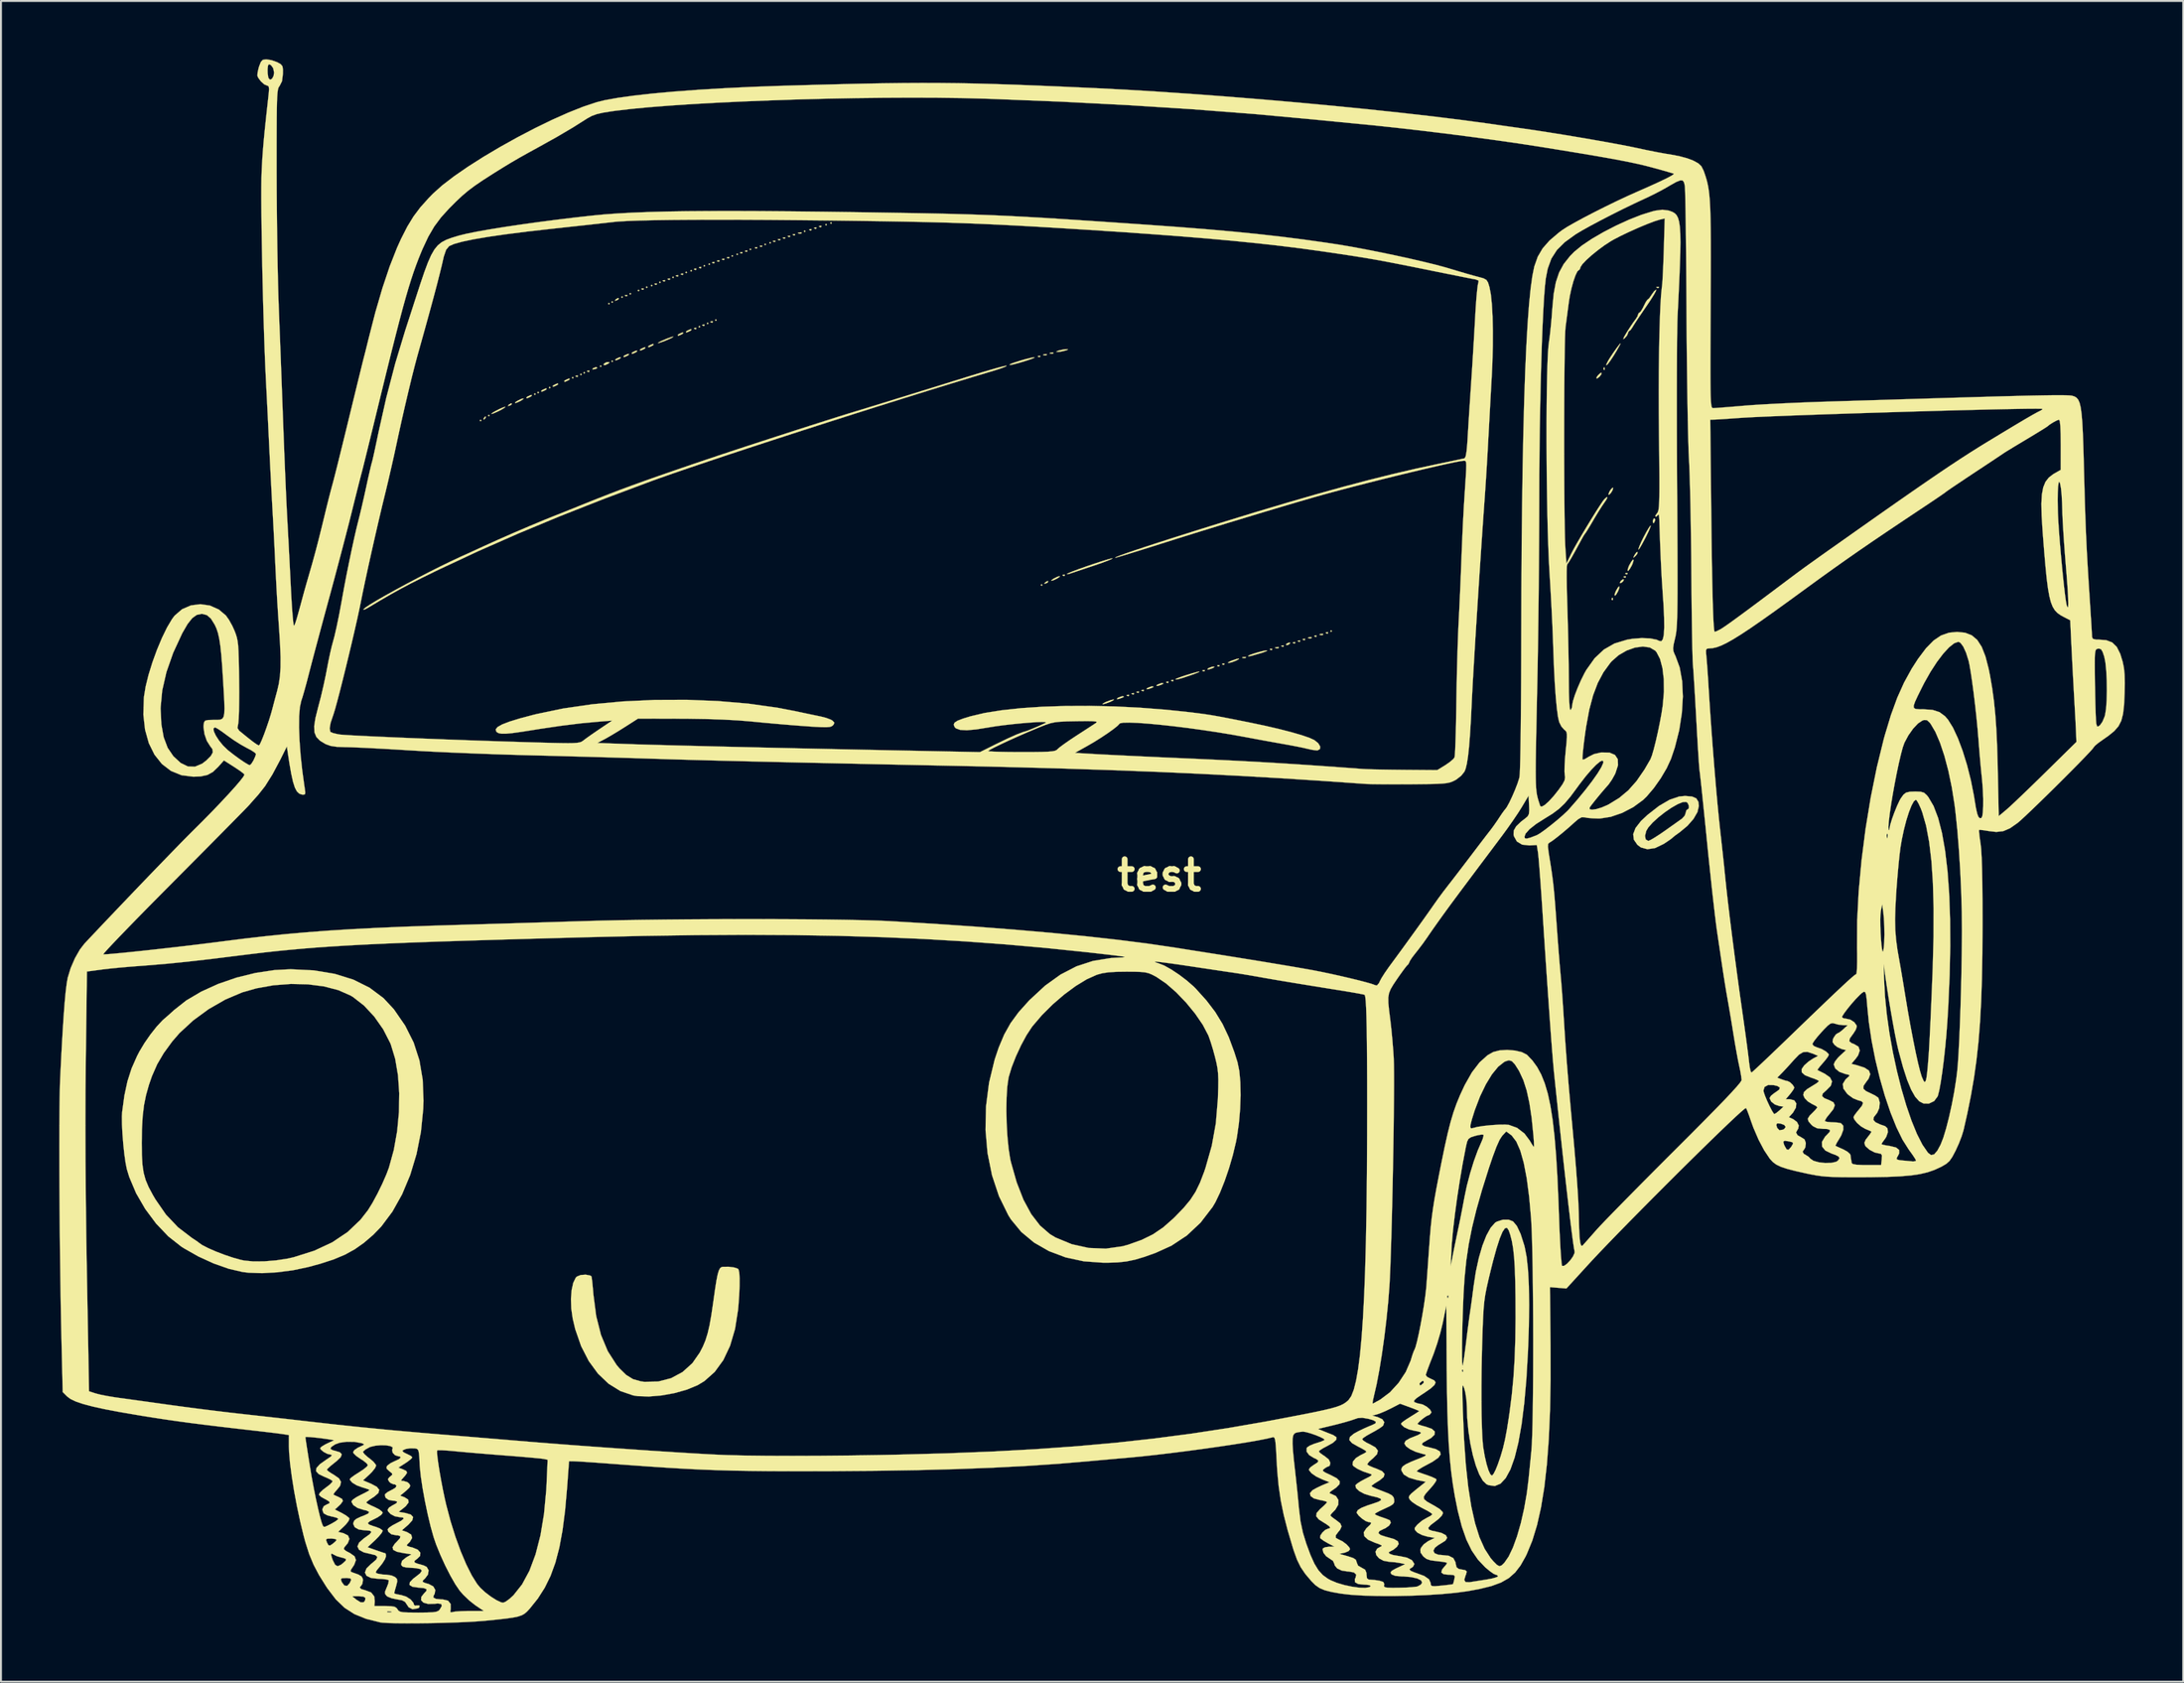
<source format=kicad_pcb>
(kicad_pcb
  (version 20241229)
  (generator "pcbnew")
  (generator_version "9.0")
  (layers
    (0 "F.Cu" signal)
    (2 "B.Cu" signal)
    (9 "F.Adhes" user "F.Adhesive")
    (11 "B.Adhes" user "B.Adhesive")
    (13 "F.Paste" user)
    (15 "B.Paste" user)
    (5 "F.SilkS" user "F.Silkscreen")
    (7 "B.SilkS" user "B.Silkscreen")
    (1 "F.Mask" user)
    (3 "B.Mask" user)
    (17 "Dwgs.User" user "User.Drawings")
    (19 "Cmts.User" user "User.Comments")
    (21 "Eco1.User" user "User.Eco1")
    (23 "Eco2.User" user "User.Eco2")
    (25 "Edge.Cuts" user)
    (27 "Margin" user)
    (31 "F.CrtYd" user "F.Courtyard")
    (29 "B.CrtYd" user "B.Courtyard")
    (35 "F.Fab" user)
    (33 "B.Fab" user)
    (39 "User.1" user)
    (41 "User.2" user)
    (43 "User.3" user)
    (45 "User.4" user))
  (footprint "test"
    (layer "F.Cu")
    (at 56.607 41.996)
    (property "Reference" "test" (at 0 0 0) (layer "F.SilkS") (effects (font (size 1.524 1.524) (thickness 0.3))))
    (attr through_hole)
    (fp_poly (pts (xy -34.883 -23.41) (xy -34.925 -23.368) (xy -34.967 -23.41) (xy -34.925 -23.453) (xy -34.883 -23.41)) (stroke (width 0.01) (type solid)) (fill yes) (layer "F.SilkS"))
    (fp_poly (pts (xy -34.459 -23.664) (xy -34.502 -23.622) (xy -34.544 -23.664) (xy -34.502 -23.707) (xy -34.459 -23.664)) (stroke (width 0.01) (type solid)) (fill yes) (layer "F.SilkS"))
    (fp_poly (pts (xy -32.089 -24.765) (xy -32.131 -24.723) (xy -32.173 -24.765) (xy -32.131 -24.807) (xy -32.089 -24.765)) (stroke (width 0.01) (type solid)) (fill yes) (layer "F.SilkS"))
    (fp_poly (pts (xy -31.919 -24.85) (xy -31.962 -24.807) (xy -32.004 -24.85) (xy -31.962 -24.892) (xy -31.919 -24.85)) (stroke (width 0.01) (type solid)) (fill yes) (layer "F.SilkS"))
    (fp_poly (pts (xy -31.327 -25.104) (xy -31.369 -25.061) (xy -31.411 -25.104) (xy -31.369 -25.146) (xy -31.327 -25.104)) (stroke (width 0.01) (type solid)) (fill yes) (layer "F.SilkS"))
    (fp_poly (pts (xy -30.141 -25.612) (xy -30.184 -25.569) (xy -30.226 -25.612) (xy -30.184 -25.654) (xy -30.141 -25.612)) (stroke (width 0.01) (type solid)) (fill yes) (layer "F.SilkS"))
    (fp_poly (pts (xy -29.718 -25.781) (xy -29.76 -25.739) (xy -29.803 -25.781) (xy -29.76 -25.823) (xy -29.718 -25.781)) (stroke (width 0.01) (type solid)) (fill yes) (layer "F.SilkS"))
    (fp_poly (pts (xy -29.549 -25.866) (xy -29.591 -25.823) (xy -29.633 -25.866) (xy -29.591 -25.908) (xy -29.549 -25.866)) (stroke (width 0.01) (type solid)) (fill yes) (layer "F.SilkS"))
    (fp_poly (pts (xy -28.702 -26.204) (xy -28.744 -26.162) (xy -28.787 -26.204) (xy -28.744 -26.247) (xy -28.702 -26.204)) (stroke (width 0.01) (type solid)) (fill yes) (layer "F.SilkS"))
    (fp_poly (pts (xy -28.279 -29.422) (xy -28.321 -29.379) (xy -28.363 -29.422) (xy -28.321 -29.464) (xy -28.279 -29.422)) (stroke (width 0.01) (type solid)) (fill yes) (layer "F.SilkS"))
    (fp_poly (pts (xy -28.109 -29.506) (xy -28.152 -29.464) (xy -28.194 -29.506) (xy -28.152 -29.549) (xy -28.109 -29.506)) (stroke (width 0.01) (type solid)) (fill yes) (layer "F.SilkS"))
    (fp_poly (pts (xy -28.109 -26.458) (xy -28.152 -26.416) (xy -28.194 -26.458) (xy -28.152 -26.501) (xy -28.109 -26.458)) (stroke (width 0.01) (type solid)) (fill yes) (layer "F.SilkS"))
    (fp_poly (pts (xy -27.601 -29.76) (xy -27.644 -29.718) (xy -27.686 -29.76) (xy -27.644 -29.803) (xy -27.601 -29.76)) (stroke (width 0.01) (type solid)) (fill yes) (layer "F.SilkS"))
    (fp_poly (pts (xy -27.178 -29.93) (xy -27.22 -29.887) (xy -27.263 -29.93) (xy -27.22 -29.972) (xy -27.178 -29.93)) (stroke (width 0.01) (type solid)) (fill yes) (layer "F.SilkS"))
    (fp_poly (pts (xy -26.755 -30.099) (xy -26.797 -30.057) (xy -26.839 -30.099) (xy -26.797 -30.141) (xy -26.755 -30.099)) (stroke (width 0.01) (type solid)) (fill yes) (layer "F.SilkS"))
    (fp_poly (pts (xy -26.331 -30.268) (xy -26.374 -30.226) (xy -26.416 -30.268) (xy -26.374 -30.311) (xy -26.331 -30.268)) (stroke (width 0.01) (type solid)) (fill yes) (layer "F.SilkS"))
    (fp_poly (pts (xy -26.077 -30.353) (xy -26.12 -30.311) (xy -26.162 -30.353) (xy -26.12 -30.395) (xy -26.077 -30.353)) (stroke (width 0.01) (type solid)) (fill yes) (layer "F.SilkS"))
    (fp_poly (pts (xy -25.654 -30.522) (xy -25.696 -30.48) (xy -25.739 -30.522) (xy -25.696 -30.565) (xy -25.654 -30.522)) (stroke (width 0.01) (type solid)) (fill yes) (layer "F.SilkS"))
    (fp_poly (pts (xy -24.977 -30.776) (xy -25.019 -30.734) (xy -25.061 -30.776) (xy -25.019 -30.819) (xy -24.977 -30.776)) (stroke (width 0.01) (type solid)) (fill yes) (layer "F.SilkS"))
    (fp_poly (pts (xy -24.299 -31.03) (xy -24.342 -30.988) (xy -24.384 -31.03) (xy -24.342 -31.073) (xy -24.299 -31.03)) (stroke (width 0.01) (type solid)) (fill yes) (layer "F.SilkS"))
    (fp_poly (pts (xy -24.045 -31.115) (xy -24.088 -31.073) (xy -24.13 -31.115) (xy -24.088 -31.157) (xy -24.045 -31.115)) (stroke (width 0.01) (type solid)) (fill yes) (layer "F.SilkS"))
    (fp_poly (pts (xy -23.622 -28.236) (xy -23.664 -28.194) (xy -23.707 -28.236) (xy -23.664 -28.279) (xy -23.622 -28.236)) (stroke (width 0.01) (type solid)) (fill yes) (layer "F.SilkS"))
    (fp_poly (pts (xy -23.368 -31.369) (xy -23.41 -31.327) (xy -23.453 -31.369) (xy -23.41 -31.411) (xy -23.368 -31.369)) (stroke (width 0.01) (type solid)) (fill yes) (layer "F.SilkS"))
    (fp_poly (pts (xy -23.199 -28.406) (xy -23.241 -28.363) (xy -23.283 -28.406) (xy -23.241 -28.448) (xy -23.199 -28.406)) (stroke (width 0.01) (type solid)) (fill yes) (layer "F.SilkS"))
    (fp_poly (pts (xy -23.114 -31.454) (xy -23.156 -31.411) (xy -23.199 -31.454) (xy -23.156 -31.496) (xy -23.114 -31.454)) (stroke (width 0.01) (type solid)) (fill yes) (layer "F.SilkS"))
    (fp_poly (pts (xy -22.775 -28.575) (xy -22.818 -28.533) (xy -22.86 -28.575) (xy -22.818 -28.617) (xy -22.775 -28.575)) (stroke (width 0.01) (type solid)) (fill yes) (layer "F.SilkS"))
    (fp_poly (pts (xy -21.929 -31.877) (xy -21.971 -31.835) (xy -22.013 -31.877) (xy -21.971 -31.919) (xy -21.929 -31.877)) (stroke (width 0.01) (type solid)) (fill yes) (layer "F.SilkS"))
    (fp_poly (pts (xy -21.675 -31.962) (xy -21.717 -31.919) (xy -21.759 -31.962) (xy -21.717 -32.004) (xy -21.675 -31.962)) (stroke (width 0.01) (type solid)) (fill yes) (layer "F.SilkS"))
    (fp_poly (pts (xy -20.997 -32.216) (xy -21.04 -32.173) (xy -21.082 -32.216) (xy -21.04 -32.258) (xy -20.997 -32.216)) (stroke (width 0.01) (type solid)) (fill yes) (layer "F.SilkS"))
    (fp_poly (pts (xy -20.235 -32.47) (xy -20.278 -32.427) (xy -20.32 -32.47) (xy -20.278 -32.512) (xy -20.235 -32.47)) (stroke (width 0.01) (type solid)) (fill yes) (layer "F.SilkS"))
    (fp_poly (pts (xy -19.981 -32.554) (xy -20.024 -32.512) (xy -20.066 -32.554) (xy -20.024 -32.597) (xy -19.981 -32.554)) (stroke (width 0.01) (type solid)) (fill yes) (layer "F.SilkS"))
    (fp_poly (pts (xy -18.203 -33.147) (xy -18.246 -33.105) (xy -18.288 -33.147) (xy -18.246 -33.189) (xy -18.203 -33.147)) (stroke (width 0.01) (type solid)) (fill yes) (layer "F.SilkS"))
    (fp_poly (pts (xy -17.103 -33.486) (xy -17.145 -33.443) (xy -17.187 -33.486) (xy -17.145 -33.528) (xy -17.103 -33.486)) (stroke (width 0.01) (type solid)) (fill yes) (layer "F.SilkS"))
    (fp_poly (pts (xy -16.849 -33.57) (xy -16.891 -33.528) (xy -16.933 -33.57) (xy -16.891 -33.613) (xy -16.849 -33.57)) (stroke (width 0.01) (type solid)) (fill yes) (layer "F.SilkS"))
    (fp_poly (pts (xy -6.011 -14.944) (xy -6.054 -14.901) (xy -6.096 -14.944) (xy -6.054 -14.986) (xy -6.011 -14.944)) (stroke (width 0.01) (type solid)) (fill yes) (layer "F.SilkS"))
    (fp_poly (pts (xy 8.89 -12.573) (xy 8.848 -12.531) (xy 8.805 -12.573) (xy 8.848 -12.615) (xy 8.89 -12.573)) (stroke (width 0.01) (type solid)) (fill yes) (layer "F.SilkS"))
    (fp_poly (pts (xy -29.916 -25.71) (xy -29.927 -25.66) (xy -29.972 -25.654) (xy -30.042 -25.685) (xy -30.028 -25.71) (xy -29.928 -25.721) (xy -29.916 -25.71)) (stroke (width 0.01) (type solid)) (fill yes) (layer "F.SilkS"))
    (fp_poly (pts (xy -29.323 -25.964) (xy -29.335 -25.914) (xy -29.379 -25.908) (xy -29.449 -25.939) (xy -29.436 -25.964) (xy -29.335 -25.975) (xy -29.323 -25.964)) (stroke (width 0.01) (type solid)) (fill yes) (layer "F.SilkS"))
    (fp_poly (pts (xy -27.376 -29.859) (xy -27.387 -29.809) (xy -27.432 -29.803) (xy -27.502 -29.834) (xy -27.488 -29.859) (xy -27.388 -29.869) (xy -27.376 -29.859)) (stroke (width 0.01) (type solid)) (fill yes) (layer "F.SilkS"))
    (fp_poly (pts (xy -26.529 -30.198) (xy -26.541 -30.147) (xy -26.585 -30.141) (xy -26.655 -30.172) (xy -26.642 -30.198) (xy -26.541 -30.208) (xy -26.529 -30.198)) (stroke (width 0.01) (type solid)) (fill yes) (layer "F.SilkS"))
    (fp_poly (pts (xy -25.852 -30.452) (xy -25.863 -30.401) (xy -25.908 -30.395) (xy -25.978 -30.426) (xy -25.964 -30.452) (xy -25.864 -30.462) (xy -25.852 -30.452)) (stroke (width 0.01) (type solid)) (fill yes) (layer "F.SilkS"))
    (fp_poly (pts (xy -25.428 -30.621) (xy -25.44 -30.571) (xy -25.485 -30.565) (xy -25.554 -30.596) (xy -25.541 -30.621) (xy -25.441 -30.631) (xy -25.428 -30.621)) (stroke (width 0.01) (type solid)) (fill yes) (layer "F.SilkS"))
    (fp_poly (pts (xy -25.174 -30.706) (xy -25.186 -30.655) (xy -25.231 -30.649) (xy -25.3 -30.68) (xy -25.287 -30.706) (xy -25.187 -30.716) (xy -25.174 -30.706)) (stroke (width 0.01) (type solid)) (fill yes) (layer "F.SilkS"))
    (fp_poly (pts (xy -24.751 -30.875) (xy -24.763 -30.825) (xy -24.807 -30.819) (xy -24.877 -30.85) (xy -24.864 -30.875) (xy -24.763 -30.885) (xy -24.751 -30.875)) (stroke (width 0.01) (type solid)) (fill yes) (layer "F.SilkS"))
    (fp_poly (pts (xy -24.497 -30.96) (xy -24.509 -30.909) (xy -24.553 -30.903) (xy -24.623 -30.934) (xy -24.61 -30.96) (xy -24.509 -30.97) (xy -24.497 -30.96)) (stroke (width 0.01) (type solid)) (fill yes) (layer "F.SilkS"))
    (fp_poly (pts (xy -23.82 -31.214) (xy -23.831 -31.163) (xy -23.876 -31.157) (xy -23.946 -31.188) (xy -23.932 -31.214) (xy -23.832 -31.224) (xy -23.82 -31.214)) (stroke (width 0.01) (type solid)) (fill yes) (layer "F.SilkS"))
    (fp_poly (pts (xy -23.82 -28.166) (xy -23.831 -28.115) (xy -23.876 -28.109) (xy -23.946 -28.14) (xy -23.932 -28.166) (xy -23.832 -28.176) (xy -23.82 -28.166)) (stroke (width 0.01) (type solid)) (fill yes) (layer "F.SilkS"))
    (fp_poly (pts (xy -23.566 -31.298) (xy -23.577 -31.248) (xy -23.622 -31.242) (xy -23.692 -31.273) (xy -23.678 -31.298) (xy -23.578 -31.309) (xy -23.566 -31.298)) (stroke (width 0.01) (type solid)) (fill yes) (layer "F.SilkS"))
    (fp_poly (pts (xy -23.396 -28.335) (xy -23.408 -28.285) (xy -23.453 -28.279) (xy -23.522 -28.31) (xy -23.509 -28.335) (xy -23.409 -28.345) (xy -23.396 -28.335)) (stroke (width 0.01) (type solid)) (fill yes) (layer "F.SilkS"))
    (fp_poly (pts (xy -22.973 -28.504) (xy -22.985 -28.454) (xy -23.029 -28.448) (xy -23.099 -28.479) (xy -23.086 -28.504) (xy -22.985 -28.515) (xy -22.973 -28.504)) (stroke (width 0.01) (type solid)) (fill yes) (layer "F.SilkS"))
    (fp_poly (pts (xy -22.888 -31.552) (xy -22.9 -31.502) (xy -22.945 -31.496) (xy -23.014 -31.527) (xy -23.001 -31.552) (xy -22.901 -31.563) (xy -22.888 -31.552)) (stroke (width 0.01) (type solid)) (fill yes) (layer "F.SilkS"))
    (fp_poly (pts (xy -22.634 -31.637) (xy -22.646 -31.587) (xy -22.691 -31.581) (xy -22.76 -31.612) (xy -22.747 -31.637) (xy -22.647 -31.647) (xy -22.634 -31.637)) (stroke (width 0.01) (type solid)) (fill yes) (layer "F.SilkS"))
    (fp_poly (pts (xy -22.38 -31.722) (xy -22.392 -31.671) (xy -22.437 -31.665) (xy -22.506 -31.696) (xy -22.493 -31.722) (xy -22.393 -31.732) (xy -22.38 -31.722)) (stroke (width 0.01) (type solid)) (fill yes) (layer "F.SilkS"))
    (fp_poly (pts (xy -22.126 -31.806) (xy -22.138 -31.756) (xy -22.183 -31.75) (xy -22.252 -31.781) (xy -22.239 -31.806) (xy -22.139 -31.817) (xy -22.126 -31.806)) (stroke (width 0.01) (type solid)) (fill yes) (layer "F.SilkS"))
    (fp_poly (pts (xy -21.449 -32.06) (xy -21.461 -32.01) (xy -21.505 -32.004) (xy -21.575 -32.035) (xy -21.562 -32.06) (xy -21.461 -32.071) (xy -21.449 -32.06)) (stroke (width 0.01) (type solid)) (fill yes) (layer "F.SilkS"))
    (fp_poly (pts (xy -21.195 -32.145) (xy -21.207 -32.095) (xy -21.251 -32.089) (xy -21.321 -32.12) (xy -21.308 -32.145) (xy -21.207 -32.155) (xy -21.195 -32.145)) (stroke (width 0.01) (type solid)) (fill yes) (layer "F.SilkS"))
    (fp_poly (pts (xy -20.687 -32.314) (xy -20.699 -32.264) (xy -20.743 -32.258) (xy -20.813 -32.289) (xy -20.8 -32.314) (xy -20.699 -32.325) (xy -20.687 -32.314)) (stroke (width 0.01) (type solid)) (fill yes) (layer "F.SilkS"))
    (fp_poly (pts (xy -20.433 -32.399) (xy -20.445 -32.349) (xy -20.489 -32.343) (xy -20.559 -32.374) (xy -20.546 -32.399) (xy -20.445 -32.409) (xy -20.433 -32.399)) (stroke (width 0.01) (type solid)) (fill yes) (layer "F.SilkS"))
    (fp_poly (pts (xy -19.756 -32.653) (xy -19.767 -32.603) (xy -19.812 -32.597) (xy -19.882 -32.628) (xy -19.868 -32.653) (xy -19.768 -32.663) (xy -19.756 -32.653)) (stroke (width 0.01) (type solid)) (fill yes) (layer "F.SilkS"))
    (fp_poly (pts (xy -19.502 -32.738) (xy -19.513 -32.687) (xy -19.558 -32.681) (xy -19.628 -32.712) (xy -19.614 -32.738) (xy -19.514 -32.748) (xy -19.502 -32.738)) (stroke (width 0.01) (type solid)) (fill yes) (layer "F.SilkS"))
    (fp_poly (pts (xy -19.248 -32.822) (xy -19.259 -32.772) (xy -19.304 -32.766) (xy -19.374 -32.797) (xy -19.36 -32.822) (xy -19.26 -32.833) (xy -19.248 -32.822)) (stroke (width 0.01) (type solid)) (fill yes) (layer "F.SilkS"))
    (fp_poly (pts (xy -18.994 -32.907) (xy -19.005 -32.857) (xy -19.05 -32.851) (xy -19.12 -32.882) (xy -19.106 -32.907) (xy -19.006 -32.917) (xy -18.994 -32.907)) (stroke (width 0.01) (type solid)) (fill yes) (layer "F.SilkS"))
    (fp_poly (pts (xy -18.74 -32.992) (xy -18.751 -32.941) (xy -18.796 -32.935) (xy -18.866 -32.966) (xy -18.852 -32.992) (xy -18.752 -33.002) (xy -18.74 -32.992)) (stroke (width 0.01) (type solid)) (fill yes) (layer "F.SilkS"))
    (fp_poly (pts (xy -18.396 -33.071) (xy -18.421 -33.033) (xy -18.507 -33.027) (xy -18.597 -33.047) (xy -18.558 -33.078) (xy -18.426 -33.088) (xy -18.396 -33.071)) (stroke (width 0.01) (type solid)) (fill yes) (layer "F.SilkS"))
    (fp_poly (pts (xy -17.893 -33.246) (xy -17.905 -33.195) (xy -17.949 -33.189) (xy -18.019 -33.22) (xy -18.006 -33.246) (xy -17.905 -33.256) (xy -17.893 -33.246)) (stroke (width 0.01) (type solid)) (fill yes) (layer "F.SilkS"))
    (fp_poly (pts (xy -17.639 -33.33) (xy -17.651 -33.28) (xy -17.695 -33.274) (xy -17.765 -33.305) (xy -17.752 -33.33) (xy -17.651 -33.341) (xy -17.639 -33.33)) (stroke (width 0.01) (type solid)) (fill yes) (layer "F.SilkS"))
    (fp_poly (pts (xy -17.385 -33.415) (xy -17.397 -33.365) (xy -17.441 -33.359) (xy -17.511 -33.39) (xy -17.498 -33.415) (xy -17.397 -33.425) (xy -17.385 -33.415)) (stroke (width 0.01) (type solid)) (fill yes) (layer "F.SilkS"))
    (fp_poly (pts (xy -6.124 -26.726) (xy -6.136 -26.676) (xy -6.181 -26.67) (xy -6.25 -26.701) (xy -6.237 -26.726) (xy -6.137 -26.737) (xy -6.124 -26.726)) (stroke (width 0.01) (type solid)) (fill yes) (layer "F.SilkS"))
    (fp_poly (pts (xy -5.78 -26.806) (xy -5.806 -26.767) (xy -5.891 -26.761) (xy -5.982 -26.782) (xy -5.943 -26.813) (xy -5.81 -26.823) (xy -5.78 -26.806)) (stroke (width 0.01) (type solid)) (fill yes) (layer "F.SilkS"))
    (fp_poly (pts (xy -5.442 -26.89) (xy -5.467 -26.852) (xy -5.553 -26.846) (xy -5.643 -26.867) (xy -5.604 -26.897) (xy -5.472 -26.907) (xy -5.442 -26.89)) (stroke (width 0.01) (type solid)) (fill yes) (layer "F.SilkS"))
    (fp_poly (pts (xy -4.854 -15.466) (xy -4.866 -15.415) (xy -4.911 -15.409) (xy -4.98 -15.44) (xy -4.967 -15.466) (xy -4.867 -15.476) (xy -4.854 -15.466)) (stroke (width 0.01) (type solid)) (fill yes) (layer "F.SilkS"))
    (fp_poly (pts (xy -1.552 -9.285) (xy -1.564 -9.235) (xy -1.609 -9.229) (xy -1.678 -9.26) (xy -1.665 -9.285) (xy -1.565 -9.295) (xy -1.552 -9.285)) (stroke (width 0.01) (type solid)) (fill yes) (layer "F.SilkS"))
    (fp_poly (pts (xy -1.298 -9.37) (xy -1.31 -9.319) (xy -1.355 -9.313) (xy -1.424 -9.344) (xy -1.411 -9.37) (xy -1.311 -9.38) (xy -1.298 -9.37)) (stroke (width 0.01) (type solid)) (fill yes) (layer "F.SilkS"))
    (fp_poly (pts (xy -1.044 -9.454) (xy -1.056 -9.404) (xy -1.101 -9.398) (xy -1.17 -9.429) (xy -1.157 -9.454) (xy -1.057 -9.465) (xy -1.044 -9.454)) (stroke (width 0.01) (type solid)) (fill yes) (layer "F.SilkS"))
    (fp_poly (pts (xy -0.79 -9.539) (xy -0.802 -9.489) (xy -0.847 -9.483) (xy -0.916 -9.514) (xy -0.903 -9.539) (xy -0.803 -9.549) (xy -0.79 -9.539)) (stroke (width 0.01) (type solid)) (fill yes) (layer "F.SilkS"))
    (fp_poly (pts (xy 0.48 -9.962) (xy 0.468 -9.912) (xy 0.423 -9.906) (xy 0.354 -9.937) (xy 0.367 -9.962) (xy 0.467 -9.973) (xy 0.48 -9.962)) (stroke (width 0.01) (type solid)) (fill yes) (layer "F.SilkS"))
    (fp_poly (pts (xy 0.734 -10.047) (xy 0.722 -9.997) (xy 0.677 -9.991) (xy 0.608 -10.022) (xy 0.621 -10.047) (xy 0.721 -10.057) (xy 0.734 -10.047)) (stroke (width 0.01) (type solid)) (fill yes) (layer "F.SilkS"))
    (fp_poly (pts (xy 2.342 -10.555) (xy 2.331 -10.505) (xy 2.286 -10.499) (xy 2.216 -10.53) (xy 2.23 -10.555) (xy 2.33 -10.565) (xy 2.342 -10.555)) (stroke (width 0.01) (type solid)) (fill yes) (layer "F.SilkS"))
    (fp_poly (pts (xy 3.104 -10.809) (xy 3.093 -10.759) (xy 3.048 -10.753) (xy 2.978 -10.784) (xy 2.992 -10.809) (xy 3.092 -10.819) (xy 3.104 -10.809)) (stroke (width 0.01) (type solid)) (fill yes) (layer "F.SilkS"))
    (fp_poly (pts (xy 3.358 -10.894) (xy 3.347 -10.843) (xy 3.302 -10.837) (xy 3.232 -10.868) (xy 3.246 -10.894) (xy 3.346 -10.904) (xy 3.358 -10.894)) (stroke (width 0.01) (type solid)) (fill yes) (layer "F.SilkS"))
    (fp_poly (pts (xy 4.464 -11.227) (xy 4.439 -11.189) (xy 4.353 -11.183) (xy 4.263 -11.203) (xy 4.302 -11.234) (xy 4.434 -11.244) (xy 4.464 -11.227)) (stroke (width 0.01) (type solid)) (fill yes) (layer "F.SilkS"))
    (fp_poly (pts (xy 5.814 -11.656) (xy 5.802 -11.605) (xy 5.757 -11.599) (xy 5.688 -11.63) (xy 5.701 -11.656) (xy 5.801 -11.666) (xy 5.814 -11.656)) (stroke (width 0.01) (type solid)) (fill yes) (layer "F.SilkS"))
    (fp_poly (pts (xy 6.158 -11.735) (xy 6.132 -11.697) (xy 6.047 -11.691) (xy 5.956 -11.711) (xy 5.995 -11.742) (xy 6.128 -11.752) (xy 6.158 -11.735)) (stroke (width 0.01) (type solid)) (fill yes) (layer "F.SilkS"))
    (fp_poly (pts (xy 6.406 -11.825) (xy 6.395 -11.775) (xy 6.35 -11.769) (xy 6.28 -11.8) (xy 6.294 -11.825) (xy 6.394 -11.835) (xy 6.406 -11.825)) (stroke (width 0.01) (type solid)) (fill yes) (layer "F.SilkS"))
    (fp_poly (pts (xy 6.999 -11.994) (xy 6.987 -11.944) (xy 6.943 -11.938) (xy 6.873 -11.969) (xy 6.886 -11.994) (xy 6.987 -12.005) (xy 6.999 -11.994)) (stroke (width 0.01) (type solid)) (fill yes) (layer "F.SilkS"))
    (fp_poly (pts (xy 7.253 -12.079) (xy 7.241 -12.029) (xy 7.197 -12.023) (xy 7.127 -12.054) (xy 7.14 -12.079) (xy 7.241 -12.089) (xy 7.253 -12.079)) (stroke (width 0.01) (type solid)) (fill yes) (layer "F.SilkS"))
    (fp_poly (pts (xy 7.507 -12.164) (xy 7.495 -12.113) (xy 7.451 -12.107) (xy 7.381 -12.138) (xy 7.394 -12.164) (xy 7.495 -12.174) (xy 7.507 -12.164)) (stroke (width 0.01) (type solid)) (fill yes) (layer "F.SilkS"))
    (fp_poly (pts (xy 7.851 -12.243) (xy 7.826 -12.205) (xy 7.74 -12.199) (xy 7.65 -12.219) (xy 7.689 -12.25) (xy 7.821 -12.26) (xy 7.851 -12.243)) (stroke (width 0.01) (type solid)) (fill yes) (layer "F.SilkS"))
    (fp_poly (pts (xy 8.1 -12.333) (xy 8.088 -12.283) (xy 8.043 -12.277) (xy 7.974 -12.308) (xy 7.987 -12.333) (xy 8.087 -12.343) (xy 8.1 -12.333)) (stroke (width 0.01) (type solid)) (fill yes) (layer "F.SilkS"))
    (fp_poly (pts (xy 8.444 -12.412) (xy 8.418 -12.374) (xy 8.333 -12.368) (xy 8.242 -12.389) (xy 8.281 -12.419) (xy 8.414 -12.429) (xy 8.444 -12.412)) (stroke (width 0.01) (type solid)) (fill yes) (layer "F.SilkS"))
    (fp_poly (pts (xy 8.692 -12.502) (xy 8.681 -12.452) (xy 8.636 -12.446) (xy 8.566 -12.477) (xy 8.58 -12.502) (xy 8.68 -12.513) (xy 8.692 -12.502)) (stroke (width 0.01) (type solid)) (fill yes) (layer "F.SilkS"))
    (fp_poly (pts (xy 22.916 -26.134) (xy 22.927 -26.033) (xy 22.916 -26.021) (xy 22.866 -26.033) (xy 22.86 -26.077) (xy 22.891 -26.147) (xy 22.916 -26.134)) (stroke (width 0.01) (type solid)) (fill yes) (layer "F.SilkS"))
    (fp_poly (pts (xy 23.34 -14.28) (xy 23.35 -14.18) (xy 23.34 -14.168) (xy 23.289 -14.179) (xy 23.283 -14.224) (xy 23.314 -14.294) (xy 23.34 -14.28)) (stroke (width 0.01) (type solid)) (fill yes) (layer "F.SilkS"))
    (fp_poly (pts (xy 24.017 -15.381) (xy 24.005 -15.331) (xy 23.961 -15.325) (xy 23.891 -15.356) (xy 23.904 -15.381) (xy 24.005 -15.391) (xy 24.017 -15.381)) (stroke (width 0.01) (type solid)) (fill yes) (layer "F.SilkS"))
    (fp_poly (pts (xy 24.102 -15.55) (xy 24.09 -15.5) (xy 24.045 -15.494) (xy 23.976 -15.525) (xy 23.989 -15.55) (xy 24.089 -15.561) (xy 24.102 -15.55)) (stroke (width 0.01) (type solid)) (fill yes) (layer "F.SilkS"))
    (fp_poly (pts (xy 25.71 -30.282) (xy 25.699 -30.232) (xy 25.654 -30.226) (xy 25.584 -30.257) (xy 25.598 -30.282) (xy 25.698 -30.293) (xy 25.71 -30.282)) (stroke (width 0.01) (type solid)) (fill yes) (layer "F.SilkS"))
    (fp_poly (pts (xy -33.314 -24.283) (xy -33.34 -24.22) (xy -33.419 -24.178) (xy -33.517 -24.152) (xy -33.477 -24.214) (xy -33.466 -24.225) (xy -33.355 -24.292) (xy -33.314 -24.283)) (stroke (width 0.01) (type solid)) (fill yes) (layer "F.SilkS"))
    (fp_poly (pts (xy -28.944 -26.144) (xy -28.925 -26.1) (xy -29.034 -26.055) (xy -29.165 -26.035) (xy -29.149 -26.088) (xy -29.145 -26.092) (xy -28.999 -26.151) (xy -28.944 -26.144)) (stroke (width 0.01) (type solid)) (fill yes) (layer "F.SilkS"))
    (fp_poly (pts (xy -27.811 -29.702) (xy -27.836 -29.639) (xy -27.915 -29.596) (xy -28.014 -29.571) (xy -27.974 -29.633) (xy -27.963 -29.644) (xy -27.852 -29.711) (xy -27.811 -29.702)) (stroke (width 0.01) (type solid)) (fill yes) (layer "F.SilkS"))
    (fp_poly (pts (xy -5.713 -15.139) (xy -5.738 -15.076) (xy -5.817 -15.034) (xy -5.916 -15.008) (xy -5.876 -15.07) (xy -5.865 -15.081) (xy -5.754 -15.148) (xy -5.713 -15.139)) (stroke (width 0.01) (type solid)) (fill yes) (layer "F.SilkS"))
    (fp_poly (pts (xy 6.73 -11.937) (xy 6.64 -11.867) (xy 6.543 -11.855) (xy 6.519 -11.887) (xy 6.586 -11.941) (xy 6.651 -11.97) (xy 6.738 -11.976) (xy 6.73 -11.937)) (stroke (width 0.01) (type solid)) (fill yes) (layer "F.SilkS"))
    (fp_poly (pts (xy 23.915 -15.227) (xy 23.887 -15.155) (xy 23.825 -15.088) (xy 23.73 -15.035) (xy 23.707 -15.062) (xy 23.758 -15.164) (xy 23.858 -15.234) (xy 23.915 -15.227)) (stroke (width 0.01) (type solid)) (fill yes) (layer "F.SilkS"))
    (fp_poly (pts (xy 24.605 -16.553) (xy 24.517 -16.444) (xy 24.412 -16.35) (xy 24.41 -16.383) (xy 24.466 -16.496) (xy 24.557 -16.624) (xy 24.619 -16.642) (xy 24.605 -16.553)) (stroke (width 0.01) (type solid)) (fill yes) (layer "F.SilkS"))
    (fp_poly (pts (xy -34.655 -23.567) (xy -34.671 -23.537) (xy -34.751 -23.456) (xy -34.766 -23.453) (xy -34.771 -23.507) (xy -34.756 -23.537) (xy -34.676 -23.618) (xy -34.661 -23.622) (xy -34.655 -23.567)) (stroke (width 0.01) (type solid)) (fill yes) (layer "F.SilkS"))
    (fp_poly (pts (xy -32.285 -24.685) (xy -32.343 -24.638) (xy -32.497 -24.566) (xy -32.554 -24.556) (xy -32.569 -24.591) (xy -32.512 -24.638) (xy -32.358 -24.71) (xy -32.3 -24.72) (xy -32.285 -24.685)) (stroke (width 0.01) (type solid)) (fill yes) (layer "F.SilkS"))
    (fp_poly (pts (xy -31.523 -25.024) (xy -31.581 -24.977) (xy -31.735 -24.905) (xy -31.792 -24.895) (xy -31.807 -24.93) (xy -31.75 -24.977) (xy -31.596 -25.048) (xy -31.538 -25.059) (xy -31.523 -25.024)) (stroke (width 0.01) (type solid)) (fill yes) (layer "F.SilkS"))
    (fp_poly (pts (xy -30.931 -25.278) (xy -30.988 -25.231) (xy -31.142 -25.159) (xy -31.2 -25.149) (xy -31.215 -25.184) (xy -31.157 -25.231) (xy -31.003 -25.302) (xy -30.946 -25.313) (xy -30.931 -25.278)) (stroke (width 0.01) (type solid)) (fill yes) (layer "F.SilkS"))
    (fp_poly (pts (xy -30.338 -25.532) (xy -30.395 -25.485) (xy -30.55 -25.413) (xy -30.607 -25.403) (xy -30.622 -25.438) (xy -30.565 -25.485) (xy -30.41 -25.556) (xy -30.353 -25.567) (xy -30.338 -25.532)) (stroke (width 0.01) (type solid)) (fill yes) (layer "F.SilkS"))
    (fp_poly (pts (xy -28.285 -26.401) (xy -28.346 -26.342) (xy -28.363 -26.331) (xy -28.518 -26.257) (xy -28.592 -26.269) (xy -28.575 -26.331) (xy -28.454 -26.405) (xy -28.38 -26.415) (xy -28.285 -26.401)) (stroke (width 0.01) (type solid)) (fill yes) (layer "F.SilkS"))
    (fp_poly (pts (xy -27.713 -26.632) (xy -27.771 -26.585) (xy -27.925 -26.514) (xy -27.982 -26.503) (xy -27.997 -26.538) (xy -27.94 -26.585) (xy -27.786 -26.657) (xy -27.728 -26.667) (xy -27.713 -26.632)) (stroke (width 0.01) (type solid)) (fill yes) (layer "F.SilkS"))
    (fp_poly (pts (xy -27.29 -26.802) (xy -27.347 -26.755) (xy -27.502 -26.683) (xy -27.559 -26.673) (xy -27.574 -26.708) (xy -27.517 -26.755) (xy -27.362 -26.826) (xy -27.305 -26.837) (xy -27.29 -26.802)) (stroke (width 0.01) (type solid)) (fill yes) (layer "F.SilkS"))
    (fp_poly (pts (xy -26.867 -26.971) (xy -26.924 -26.924) (xy -27.078 -26.852) (xy -27.136 -26.842) (xy -27.151 -26.877) (xy -27.093 -26.924) (xy -26.939 -26.996) (xy -26.882 -27.006) (xy -26.867 -26.971)) (stroke (width 0.01) (type solid)) (fill yes) (layer "F.SilkS"))
    (fp_poly (pts (xy -26.443 -27.14) (xy -26.501 -27.093) (xy -26.655 -27.022) (xy -26.712 -27.011) (xy -26.727 -27.046) (xy -26.67 -27.093) (xy -26.516 -27.165) (xy -26.458 -27.175) (xy -26.443 -27.14)) (stroke (width 0.01) (type solid)) (fill yes) (layer "F.SilkS"))
    (fp_poly (pts (xy -26.02 -27.31) (xy -26.077 -27.263) (xy -26.232 -27.191) (xy -26.289 -27.181) (xy -26.304 -27.216) (xy -26.247 -27.263) (xy -26.092 -27.334) (xy -26.035 -27.345) (xy -26.02 -27.31)) (stroke (width 0.01) (type solid)) (fill yes) (layer "F.SilkS"))
    (fp_poly (pts (xy -24.496 -27.902) (xy -24.553 -27.855) (xy -24.708 -27.784) (xy -24.765 -27.773) (xy -24.78 -27.808) (xy -24.723 -27.855) (xy -24.568 -27.927) (xy -24.511 -27.937) (xy -24.496 -27.902)) (stroke (width 0.01) (type solid)) (fill yes) (layer "F.SilkS"))
    (fp_poly (pts (xy -24.073 -28.072) (xy -24.13 -28.025) (xy -24.284 -27.953) (xy -24.342 -27.943) (xy -24.357 -27.978) (xy -24.299 -28.025) (xy -24.145 -28.096) (xy -24.088 -28.107) (xy -24.073 -28.072)) (stroke (width 0.01) (type solid)) (fill yes) (layer "F.SilkS"))
    (fp_poly (pts (xy -1.812 -9.197) (xy -1.905 -9.144) (xy -2.085 -9.081) (xy -2.177 -9.072) (xy -2.151 -9.12) (xy -2.117 -9.144) (xy -1.936 -9.214) (xy -1.863 -9.221) (xy -1.812 -9.197)) (stroke (width 0.01) (type solid)) (fill yes) (layer "F.SilkS"))
    (fp_poly (pts (xy -0.288 -9.705) (xy -0.381 -9.652) (xy -0.561 -9.589) (xy -0.653 -9.58) (xy -0.627 -9.628) (xy -0.593 -9.652) (xy -0.412 -9.722) (xy -0.339 -9.729) (xy -0.288 -9.705)) (stroke (width 0.01) (type solid)) (fill yes) (layer "F.SilkS"))
    (fp_poly (pts (xy 0.22 -9.875) (xy 0.127 -9.821) (xy -0.053 -9.758) (xy -0.145 -9.75) (xy -0.119 -9.797) (xy -0.085 -9.821) (xy 0.096 -9.892) (xy 0.169 -9.899) (xy 0.22 -9.875)) (stroke (width 0.01) (type solid)) (fill yes) (layer "F.SilkS"))
    (fp_poly (pts (xy 2.845 -10.721) (xy 2.752 -10.668) (xy 2.572 -10.605) (xy 2.48 -10.596) (xy 2.506 -10.644) (xy 2.54 -10.668) (xy 2.721 -10.738) (xy 2.794 -10.745) (xy 2.845 -10.721)) (stroke (width 0.01) (type solid)) (fill yes) (layer "F.SilkS"))
    (fp_poly (pts (xy 22.749 -25.781) (xy 22.658 -25.662) (xy 22.547 -25.578) (xy 22.512 -25.569) (xy 22.504 -25.622) (xy 22.581 -25.736) (xy 22.699 -25.847) (xy 22.762 -25.865) (xy 22.749 -25.781)) (stroke (width 0.01) (type solid)) (fill yes) (layer "F.SilkS"))
    (fp_poly (pts (xy 23.365 -19.934) (xy 23.32 -19.802) (xy 23.244 -19.68) (xy 23.151 -19.588) (xy 23.117 -19.605) (xy 23.162 -19.737) (xy 23.238 -19.859) (xy 23.331 -19.951) (xy 23.365 -19.934)) (stroke (width 0.01) (type solid)) (fill yes) (layer "F.SilkS"))
    (fp_poly (pts (xy 25.529 -18.311) (xy 25.515 -18.246) (xy 25.455 -18.134) (xy 25.433 -18.119) (xy 25.404 -18.188) (xy 25.4 -18.246) (xy 25.444 -18.358) (xy 25.482 -18.373) (xy 25.529 -18.311)) (stroke (width 0.01) (type solid)) (fill yes) (layer "F.SilkS"))
    (fp_poly (pts (xy -32.725 -24.513) (xy -32.844 -24.43) (xy -32.851 -24.426) (xy -33.033 -24.338) (xy -33.147 -24.305) (xy -33.146 -24.34) (xy -33.026 -24.423) (xy -33.02 -24.426) (xy -32.838 -24.515) (xy -32.724 -24.547) (xy -32.725 -24.513)) (stroke (width 0.01) (type solid)) (fill yes) (layer "F.SilkS"))
    (fp_poly (pts (xy -5.123 -15.369) (xy -5.243 -15.286) (xy -5.249 -15.282) (xy -5.432 -15.194) (xy -5.546 -15.161) (xy -5.545 -15.196) (xy -5.425 -15.279) (xy -5.419 -15.282) (xy -5.236 -15.371) (xy -5.122 -15.403) (xy -5.123 -15.369)) (stroke (width 0.01) (type solid)) (fill yes) (layer "F.SilkS"))
    (fp_poly (pts (xy -4.692 -27.067) (xy -4.754 -27.033) (xy -4.826 -27.009) (xy -5.058 -26.955) (xy -5.207 -26.941) (xy -5.299 -26.95) (xy -5.236 -26.985) (xy -5.165 -27.009) (xy -4.933 -27.062) (xy -4.784 -27.076) (xy -4.692 -27.067)) (stroke (width 0.01) (type solid)) (fill yes) (layer "F.SilkS"))
    (fp_poly (pts (xy 4.106 -11.139) (xy 3.983 -11.068) (xy 3.937 -11.046) (xy 3.722 -10.965) (xy 3.557 -10.932) (xy 3.556 -10.932) (xy 3.542 -10.959) (xy 3.66 -11.022) (xy 3.725 -11.049) (xy 3.958 -11.13) (xy 4.091 -11.159) (xy 4.106 -11.139)) (stroke (width 0.01) (type solid)) (fill yes) (layer "F.SilkS"))
    (fp_poly (pts (xy 23.676 -14.875) (xy 23.674 -14.779) (xy 23.611 -14.617) (xy 23.523 -14.463) (xy 23.447 -14.393) (xy 23.446 -14.393) (xy 23.435 -14.459) (xy 23.494 -14.619) (xy 23.51 -14.653) (xy 23.606 -14.815) (xy 23.671 -14.878) (xy 23.676 -14.875)) (stroke (width 0.01) (type solid)) (fill yes) (layer "F.SilkS"))
    (fp_poly (pts (xy -33.649 -24.11) (xy -33.698 -24.058) (xy -33.861 -23.962) (xy -33.996 -23.893) (xy -34.211 -23.795) (xy -34.349 -23.747) (xy -34.375 -23.748) (xy -34.307 -23.809) (xy -34.143 -23.905) (xy -33.941 -24.006) (xy -33.758 -24.085) (xy -33.654 -24.112) (xy -33.649 -24.11)) (stroke (width 0.01) (type solid)) (fill yes) (layer "F.SilkS"))
    (fp_poly (pts (xy -25.082 -27.666) (xy -25.189 -27.614) (xy -25.453 -27.501) (xy -25.691 -27.416) (xy -25.739 -27.402) (xy -25.799 -27.399) (xy -25.718 -27.452) (xy -25.611 -27.504) (xy -25.347 -27.617) (xy -25.109 -27.702) (xy -25.061 -27.716) (xy -25.001 -27.719) (xy -25.082 -27.666)) (stroke (width 0.01) (type solid)) (fill yes) (layer "F.SilkS"))
    (fp_poly (pts (xy -2.344 -9.026) (xy -2.472 -8.955) (xy -2.529 -8.929) (xy -2.743 -8.848) (xy -2.896 -8.809) (xy -2.91 -8.809) (xy -2.906 -8.839) (xy -2.777 -8.91) (xy -2.721 -8.936) (xy -2.506 -9.017) (xy -2.353 -9.056) (xy -2.34 -9.056) (xy -2.344 -9.026)) (stroke (width 0.01) (type solid)) (fill yes) (layer "F.SilkS"))
    (fp_poly (pts (xy 24.409 -16.19) (xy 24.354 -16.024) (xy 24.325 -15.96) (xy 24.218 -15.77) (xy 24.131 -15.669) (xy 24.116 -15.663) (xy 24.105 -15.73) (xy 24.16 -15.896) (xy 24.189 -15.96) (xy 24.296 -16.149) (xy 24.383 -16.251) (xy 24.398 -16.256) (xy 24.409 -16.19)) (stroke (width 0.01) (type solid)) (fill yes) (layer "F.SilkS"))
    (fp_poly (pts (xy -6.434 -26.636) (xy -6.574 -26.576) (xy -6.784 -26.505) (xy -7.224 -26.371) (xy -7.516 -26.293) (xy -7.671 -26.269) (xy -7.705 -26.284) (xy -7.63 -26.327) (xy -7.44 -26.397) (xy -7.18 -26.479) (xy -6.9 -26.56) (xy -6.646 -26.625) (xy -6.467 -26.66) (xy -6.426 -26.662) (xy -6.434 -26.636)) (stroke (width 0.01) (type solid)) (fill yes) (layer "F.SilkS"))
    (fp_poly (pts (xy 5.555 -11.576) (xy 5.504 -11.535) (xy 5.334 -11.47) (xy 5.229 -11.438) (xy 4.971 -11.364) (xy 4.763 -11.304) (xy 4.72 -11.292) (xy 4.597 -11.275) (xy 4.572 -11.291) (xy 4.645 -11.336) (xy 4.829 -11.403) (xy 5.066 -11.476) (xy 5.304 -11.539) (xy 5.486 -11.576) (xy 5.555 -11.576)) (stroke (width 0.01) (type solid)) (fill yes) (layer "F.SilkS"))
    (fp_poly (pts (xy 23.689 -27.263) (xy 23.537 -26.991) (xy 23.367 -26.715) (xy 23.205 -26.473) (xy 23.077 -26.304) (xy 23.011 -26.247) (xy 23.016 -26.31) (xy 23.097 -26.472) (xy 23.179 -26.609) (xy 23.361 -26.884) (xy 23.546 -27.145) (xy 23.605 -27.223) (xy 23.719 -27.364) (xy 23.742 -27.372) (xy 23.689 -27.263)) (stroke (width 0.01) (type solid)) (fill yes) (layer "F.SilkS"))
    (fp_poly (pts (xy 2.067 -10.492) (xy 2.039 -10.464) (xy 1.882 -10.397) (xy 1.628 -10.304) (xy 1.566 -10.283) (xy 1.175 -10.154) (xy 0.934 -10.088) (xy 0.841 -10.083) (xy 0.854 -10.109) (xy 0.956 -10.157) (xy 1.168 -10.234) (xy 1.438 -10.322) (xy 1.712 -10.406) (xy 1.939 -10.468) (xy 2.064 -10.492) (xy 2.067 -10.492)) (stroke (width 0.01) (type solid)) (fill yes) (layer "F.SilkS"))
    (fp_poly (pts (xy 25.273 -17.915) (xy 25.19 -17.717) (xy 25.059 -17.447) (xy 25.017 -17.364) (xy 24.846 -17.043) (xy 24.726 -16.84) (xy 24.666 -16.764) (xy 24.67 -16.824) (xy 24.716 -16.954) (xy 24.813 -17.176) (xy 24.94 -17.432) (xy 25.074 -17.681) (xy 25.193 -17.882) (xy 25.273 -17.992) (xy 25.292 -18.001) (xy 25.273 -17.915)) (stroke (width 0.01) (type solid)) (fill yes) (layer "F.SilkS"))
    (fp_poly (pts (xy -2.402 -16.316) (xy -2.462 -16.275) (xy -2.655 -16.194) (xy -2.953 -16.083) (xy -3.329 -15.952) (xy -3.445 -15.914) (xy -3.855 -15.777) (xy -4.215 -15.658) (xy -4.488 -15.567) (xy -4.642 -15.515) (xy -4.657 -15.51) (xy -4.743 -15.499) (xy -4.737 -15.52) (xy -4.64 -15.571) (xy -4.42 -15.659) (xy -4.114 -15.773) (xy -3.755 -15.9) (xy -3.38 -16.028) (xy -3.022 -16.145) (xy -2.716 -16.241) (xy -2.499 -16.302) (xy -2.403 -16.316) (xy -2.402 -16.316)) (stroke (width 0.01) (type solid)) (fill yes) (layer "F.SilkS"))
    (fp_poly (pts (xy 25.565 -30.077) (xy 25.469 -29.9) (xy 25.305 -29.636) (xy 25.088 -29.312) (xy 25.044 -29.248) (xy 24.803 -28.895) (xy 24.591 -28.58) (xy 24.432 -28.336) (xy 24.346 -28.195) (xy 24.343 -28.189) (xy 24.25 -28.058) (xy 24.195 -28.025) (xy 24.136 -27.957) (xy 24.13 -27.911) (xy 24.071 -27.776) (xy 23.947 -27.636) (xy 23.881 -27.599) (xy 23.915 -27.696) (xy 24.05 -27.928) (xy 24.084 -27.982) (xy 24.261 -28.257) (xy 24.419 -28.488) (xy 24.521 -28.624) (xy 24.618 -28.778) (xy 24.638 -28.857) (xy 24.686 -28.95) (xy 24.71 -28.956) (xy 24.785 -29.026) (xy 24.89 -29.203) (xy 24.934 -29.295) (xy 25.038 -29.5) (xy 25.12 -29.62) (xy 25.141 -29.633) (xy 25.215 -29.699) (xy 25.327 -29.859) (xy 25.344 -29.887) (xy 25.467 -30.058) (xy 25.569 -30.14) (xy 25.578 -30.141) (xy 25.565 -30.077)) (stroke (width 0.01) (type solid)) (fill yes) (layer "F.SilkS"))
    (fp_poly (pts (xy 27.421 -4.059) (xy 27.641 -3.964) (xy 27.748 -3.785) (xy 27.771 -3.575) (xy 27.697 -3.259) (xy 27.493 -2.906) (xy 27.181 -2.551) (xy 26.787 -2.224) (xy 26.755 -2.201) (xy 26.561 -2.062) (xy 26.434 -1.96) (xy 26.416 -1.941) (xy 26.326 -1.868) (xy 26.138 -1.738) (xy 25.955 -1.619) (xy 25.518 -1.408) (xy 25.125 -1.349) (xy 24.786 -1.442) (xy 24.607 -1.578) (xy 24.425 -1.842) (xy 24.403 -2.036) (xy 25 -2.036) (xy 25.036 -1.853) (xy 25.163 -1.778) (xy 25.173 -1.778) (xy 25.287 -1.825) (xy 25.503 -1.951) (xy 25.786 -2.134) (xy 26.001 -2.283) (xy 26.322 -2.51) (xy 26.61 -2.714) (xy 26.824 -2.866) (xy 26.903 -2.922) (xy 27.046 -3.079) (xy 27.093 -3.221) (xy 27.13 -3.357) (xy 27.178 -3.387) (xy 27.253 -3.449) (xy 27.256 -3.585) (xy 27.197 -3.724) (xy 27.123 -3.784) (xy 26.946 -3.775) (xy 26.682 -3.668) (xy 26.363 -3.486) (xy 26.021 -3.252) (xy 25.687 -2.989) (xy 25.393 -2.721) (xy 25.17 -2.47) (xy 25.064 -2.293) (xy 25 -2.036) (xy 24.403 -2.036) (xy 24.393 -2.127) (xy 24.513 -2.441) (xy 24.788 -2.795) (xy 25.121 -3.109) (xy 25.721 -3.577) (xy 26.263 -3.893) (xy 26.754 -4.06) (xy 27.064 -4.09) (xy 27.421 -4.059)) (stroke (width 0.01) (type solid)) (fill yes) (layer "F.SilkS"))
    (fp_poly (pts (xy -21.891 20.168) (xy -21.702 20.227) (xy -21.655 20.265) (xy -21.615 20.422) (xy -21.596 20.719) (xy -21.597 21.128) (xy -21.618 21.619) (xy -21.658 22.165) (xy -21.677 22.364) (xy -21.831 23.339) (xy -22.085 24.199) (xy -22.434 24.938) (xy -22.876 25.546) (xy -23.407 26.018) (xy -23.755 26.228) (xy -24.308 26.457) (xy -24.943 26.636) (xy -25.611 26.757) (xy -26.26 26.812) (xy -26.838 26.793) (xy -27.07 26.756) (xy -27.732 26.53) (xy -28.34 26.152) (xy -28.885 25.633) (xy -29.358 24.985) (xy -29.751 24.219) (xy -30.054 23.346) (xy -30.185 22.795) (xy -30.257 22.289) (xy -30.274 21.791) (xy -30.239 21.336) (xy -30.156 20.961) (xy -30.029 20.701) (xy -29.972 20.641) (xy -29.775 20.561) (xy -29.519 20.541) (xy -29.29 20.585) (xy -29.222 20.624) (xy -29.203 20.713) (xy -29.176 20.936) (xy -29.145 21.256) (xy -29.119 21.564) (xy -28.976 22.669) (xy -28.73 23.641) (xy -28.38 24.479) (xy -27.928 25.184) (xy -27.783 25.358) (xy -27.429 25.704) (xy -27.077 25.92) (xy -26.676 26.033) (xy -26.493 26.056) (xy -25.781 26.041) (xy -25.121 25.87) (xy -24.53 25.552) (xy -24.025 25.096) (xy -23.646 24.553) (xy -23.482 24.235) (xy -23.349 23.915) (xy -23.239 23.561) (xy -23.141 23.141) (xy -23.049 22.621) (xy -22.953 21.968) (xy -22.942 21.888) (xy -22.859 21.301) (xy -22.79 20.861) (xy -22.728 20.547) (xy -22.668 20.339) (xy -22.604 20.215) (xy -22.531 20.155) (xy -22.46 20.138) (xy -22.163 20.135) (xy -21.891 20.168)) (stroke (width 0.01) (type solid)) (fill yes) (layer "F.SilkS"))
    (fp_poly (pts (xy -7.856 -26.226) (xy -7.891 -26.192) (xy -8.06 -26.122) (xy -8.332 -26.03) (xy -8.56 -25.959) (xy -9.59 -25.65) (xy -10.713 -25.308) (xy -11.911 -24.939) (xy -13.167 -24.547) (xy -14.463 -24.14) (xy -15.781 -23.722) (xy -17.105 -23.299) (xy -18.417 -22.877) (xy -19.698 -22.461) (xy -20.933 -22.058) (xy -22.102 -21.672) (xy -23.189 -21.309) (xy -24.176 -20.976) (xy -25.046 -20.677) (xy -25.781 -20.419) (xy -26.12 -20.297) (xy -28.552 -19.386) (xy -30.836 -18.487) (xy -32.993 -17.59) (xy -35.043 -16.687) (xy -37.007 -15.769) (xy -37.243 -15.655) (xy -37.928 -15.32) (xy -38.508 -15.027) (xy -39.03 -14.751) (xy -39.542 -14.467) (xy -40.094 -14.147) (xy -40.718 -13.774) (xy -40.883 -13.687) (xy -40.954 -13.676) (xy -40.949 -13.696) (xy -40.839 -13.792) (xy -40.598 -13.951) (xy -40.247 -14.163) (xy -39.806 -14.416) (xy -39.296 -14.698) (xy -38.739 -15) (xy -38.154 -15.309) (xy -37.564 -15.614) (xy -36.987 -15.904) (xy -36.446 -16.167) (xy -35.962 -16.394) (xy -35.848 -16.445) (xy -35.623 -16.546) (xy -35.3 -16.694) (xy -34.932 -16.863) (xy -34.756 -16.944) (xy -34.023 -17.276) (xy -33.216 -17.63) (xy -32.397 -17.98) (xy -31.632 -18.299) (xy -31.242 -18.456) (xy -30.817 -18.625) (xy -30.309 -18.828) (xy -29.791 -19.036) (xy -29.464 -19.167) (xy -28.859 -19.409) (xy -28.282 -19.635) (xy -27.71 -19.853) (xy -27.116 -20.073) (xy -26.478 -20.303) (xy -25.769 -20.553) (xy -24.966 -20.831) (xy -24.043 -21.147) (xy -23.326 -21.39) (xy -22.729 -21.591) (xy -22.03 -21.823) (xy -21.255 -22.078) (xy -20.43 -22.347) (xy -19.583 -22.622) (xy -18.74 -22.895) (xy -17.928 -23.155) (xy -17.173 -23.396) (xy -16.503 -23.608) (xy -15.945 -23.782) (xy -15.579 -23.893) (xy -15.29 -23.981) (xy -14.847 -24.117) (xy -14.258 -24.298) (xy -13.532 -24.523) (xy -12.677 -24.788) (xy -11.699 -25.091) (xy -10.609 -25.43) (xy -9.625 -25.735) (xy -9.117 -25.89) (xy -8.663 -26.024) (xy -8.286 -26.13) (xy -8.013 -26.2) (xy -7.869 -26.227) (xy -7.856 -26.226)) (stroke (width 0.01) (type solid)) (fill yes) (layer "F.SilkS"))
    (fp_poly (pts (xy -43.507 4.885) (xy -42.432 5.063) (xy -41.476 5.36) (xy -40.639 5.776) (xy -39.923 6.311) (xy -39.388 6.885) (xy -38.807 7.727) (xy -38.37 8.597) (xy -38.072 9.517) (xy -37.904 10.508) (xy -37.862 11.593) (xy -37.877 12.018) (xy -37.995 13.197) (xy -38.221 14.335) (xy -38.546 15.411) (xy -38.963 16.406) (xy -39.462 17.297) (xy -40.037 18.066) (xy -40.45 18.492) (xy -40.927 18.901) (xy -41.402 19.236) (xy -41.913 19.517) (xy -42.495 19.76) (xy -43.182 19.983) (xy -43.815 20.154) (xy -44.587 20.316) (xy -45.386 20.42) (xy -46.16 20.464) (xy -46.858 20.442) (xy -47.17 20.405) (xy -47.887 20.238) (xy -48.664 19.964) (xy -49.453 19.603) (xy -50.203 19.177) (xy -50.334 19.092) (xy -50.998 18.569) (xy -51.623 17.913) (xy -52.182 17.162) (xy -52.652 16.352) (xy -53.005 15.519) (xy -53.129 15.113) (xy -53.195 14.78) (xy -53.258 14.335) (xy -53.312 13.825) (xy -53.317 13.758) (xy -52.362 13.758) (xy -52.355 14.386) (xy -52.326 14.885) (xy -52.265 15.299) (xy -52.163 15.668) (xy -52.009 16.034) (xy -51.793 16.437) (xy -51.655 16.672) (xy -51.115 17.452) (xy -50.495 18.105) (xy -49.761 18.666) (xy -49.623 18.754) (xy -49.487 18.846) (xy -49.445 18.881) (xy -49.259 19.014) (xy -48.949 19.174) (xy -48.556 19.346) (xy -48.121 19.514) (xy -47.682 19.662) (xy -47.281 19.775) (xy -47.094 19.815) (xy -46.626 19.861) (xy -46.057 19.857) (xy -45.443 19.806) (xy -44.845 19.713) (xy -44.544 19.645) (xy -43.485 19.31) (xy -42.562 18.88) (xy -41.771 18.351) (xy -41.108 17.72) (xy -40.723 17.227) (xy -40.49 16.851) (xy -40.233 16.376) (xy -39.982 15.862) (xy -39.767 15.37) (xy -39.639 15.028) (xy -39.389 14.121) (xy -39.218 13.16) (xy -39.125 12.177) (xy -39.11 11.206) (xy -39.175 10.281) (xy -39.319 9.434) (xy -39.543 8.699) (xy -39.574 8.624) (xy -39.937 7.915) (xy -40.398 7.259) (xy -40.927 6.693) (xy -41.493 6.253) (xy -41.616 6.179) (xy -42.243 5.902) (xy -42.985 5.709) (xy -43.81 5.603) (xy -44.686 5.583) (xy -45.581 5.651) (xy -46.463 5.809) (xy -47.189 6.016) (xy -48.058 6.384) (xy -48.914 6.875) (xy -49.714 7.46) (xy -50.417 8.108) (xy -50.792 8.54) (xy -51.231 9.141) (xy -51.567 9.714) (xy -51.837 10.327) (xy -51.994 10.78) (xy -52.142 11.304) (xy -52.248 11.831) (xy -52.316 12.405) (xy -52.352 13.067) (xy -52.362 13.758) (xy -53.317 13.758) (xy -53.354 13.299) (xy -53.379 12.807) (xy -53.383 12.398) (xy -53.371 12.179) (xy -53.255 11.325) (xy -53.097 10.591) (xy -52.886 9.932) (xy -52.606 9.299) (xy -52.486 9.067) (xy -52.225 8.631) (xy -51.916 8.186) (xy -51.595 7.78) (xy -51.296 7.458) (xy -51.175 7.351) (xy -51.003 7.203) (xy -50.784 7.006) (xy -50.711 6.938) (xy -50.071 6.433) (xy -49.298 5.977) (xy -48.424 5.581) (xy -47.483 5.257) (xy -46.505 5.016) (xy -45.524 4.869) (xy -44.702 4.826) (xy -43.507 4.885)) (stroke (width 0.01) (type solid)) (fill yes) (layer "F.SilkS"))
    (fp_poly (pts (xy -20.516 -34.184) (xy -18.975 -34.171) (xy -17.282 -34.152) (xy -15.663 -34.129) (xy -14.417 -34.109) (xy -13.307 -34.091) (xy -12.312 -34.074) (xy -11.412 -34.056) (xy -10.587 -34.036) (xy -9.815 -34.014) (xy -9.078 -33.989) (xy -8.354 -33.961) (xy -7.622 -33.927) (xy -6.864 -33.887) (xy -6.057 -33.841) (xy -5.183 -33.787) (xy -4.22 -33.725) (xy -3.148 -33.654) (xy -1.946 -33.572) (xy -0.677 -33.485) (xy 0.95 -33.368) (xy 2.433 -33.251) (xy 3.796 -33.13) (xy 5.063 -33.004) (xy 6.258 -32.87) (xy 7.406 -32.725) (xy 8.532 -32.567) (xy 9.186 -32.468) (xy 9.821 -32.362) (xy 10.541 -32.229) (xy 11.312 -32.077) (xy 12.1 -31.914) (xy 12.87 -31.746) (xy 13.588 -31.58) (xy 14.221 -31.425) (xy 14.734 -31.287) (xy 14.889 -31.241) (xy 15.339 -31.106) (xy 15.776 -30.977) (xy 16.152 -30.87) (xy 16.417 -30.799) (xy 16.421 -30.798) (xy 16.685 -30.726) (xy 16.835 -30.645) (xy 16.922 -30.51) (xy 16.995 -30.273) (xy 16.997 -30.264) (xy 17.066 -29.901) (xy 17.119 -29.394) (xy 17.154 -28.768) (xy 17.17 -28.046) (xy 17.168 -27.254) (xy 17.147 -26.415) (xy 17.114 -25.696) (xy 17.076 -25.024) (xy 17.035 -24.277) (xy 16.994 -23.521) (xy 16.956 -22.819) (xy 16.93 -22.352) (xy 16.897 -21.741) (xy 16.858 -21.083) (xy 16.818 -20.437) (xy 16.78 -19.866) (xy 16.762 -19.6) (xy 16.698 -18.705) (xy 16.631 -17.739) (xy 16.562 -16.724) (xy 16.493 -15.682) (xy 16.425 -14.635) (xy 16.359 -13.604) (xy 16.296 -12.611) (xy 16.239 -11.676) (xy 16.188 -10.823) (xy 16.144 -10.072) (xy 16.11 -9.445) (xy 16.086 -8.964) (xy 16.085 -8.932) (xy 16.04 -8.008) (xy 15.993 -7.24) (xy 15.944 -6.617) (xy 15.891 -6.126) (xy 15.833 -5.754) (xy 15.768 -5.488) (xy 15.711 -5.345) (xy 15.547 -5.138) (xy 15.301 -4.943) (xy 15.217 -4.894) (xy 15.091 -4.833) (xy 14.961 -4.786) (xy 14.801 -4.752) (xy 14.588 -4.728) (xy 14.295 -4.712) (xy 13.899 -4.702) (xy 13.375 -4.696) (xy 12.954 -4.692) (xy 12.374 -4.69) (xy 11.826 -4.69) (xy 11.341 -4.693) (xy 10.95 -4.698) (xy 10.686 -4.706) (xy 10.626 -4.709) (xy 8.45 -4.862) (xy 6.307 -5) (xy 4.171 -5.123) (xy 2.018 -5.234) (xy -0.178 -5.332) (xy -2.44 -5.419) (xy -4.795 -5.496) (xy -7.266 -5.565) (xy -9.878 -5.626) (xy -10.202 -5.633) (xy -12.095 -5.673) (xy -13.828 -5.709) (xy -15.412 -5.743) (xy -16.856 -5.775) (xy -18.17 -5.803) (xy -19.365 -5.83) (xy -20.449 -5.855) (xy -21.433 -5.879) (xy -22.327 -5.9) (xy -23.14 -5.921) (xy -23.883 -5.941) (xy -24.566 -5.96) (xy -25.197 -5.978) (xy -25.788 -5.997) (xy -26.162 -6.009) (xy -26.85 -6.031) (xy -27.668 -6.055) (xy -28.58 -6.082) (xy -29.546 -6.109) (xy -30.528 -6.135) (xy -31.489 -6.161) (xy -32.385 -6.183) (xy -33.287 -6.208) (xy -34.248 -6.239) (xy -35.231 -6.276) (xy -36.197 -6.315) (xy -37.108 -6.356) (xy -37.925 -6.398) (xy -38.608 -6.438) (xy -39.292 -6.48) (xy -39.956 -6.518) (xy -40.572 -6.551) (xy -41.112 -6.577) (xy -41.546 -6.595) (xy -41.846 -6.603) (xy -41.892 -6.603) (xy -42.326 -6.618) (xy -42.642 -6.666) (xy -42.892 -6.756) (xy -42.914 -6.767) (xy -43.191 -6.935) (xy -43.376 -7.125) (xy -43.473 -7.363) (xy -43.483 -7.566) (xy -42.692 -7.566) (xy -42.659 -7.397) (xy -42.641 -7.379) (xy -42.503 -7.322) (xy -42.268 -7.268) (xy -42.164 -7.251) (xy -41.974 -7.234) (xy -41.633 -7.213) (xy -41.156 -7.187) (xy -40.561 -7.158) (xy -39.865 -7.126) (xy -39.085 -7.092) (xy -38.238 -7.057) (xy -37.341 -7.022) (xy -36.411 -6.986) (xy -35.466 -6.952) (xy -34.522 -6.919) (xy -33.596 -6.889) (xy -32.706 -6.861) (xy -32.639 -6.859) (xy -31.877 -6.837) (xy -31.267 -6.821) (xy -30.789 -6.811) (xy -30.425 -6.807) (xy -30.157 -6.811) (xy -29.967 -6.823) (xy -29.836 -6.844) (xy -29.746 -6.873) (xy -29.678 -6.912) (xy -29.633 -6.946) (xy -29.466 -7.071) (xy -29.205 -7.256) (xy -28.897 -7.467) (xy -28.787 -7.542) (xy -28.152 -7.968) (xy -28.787 -7.918) (xy -29.762 -7.827) (xy -30.782 -7.701) (xy -31.899 -7.536) (xy -32.203 -7.487) (xy -32.805 -7.392) (xy -33.263 -7.328) (xy -33.599 -7.296) (xy -33.833 -7.293) (xy -33.989 -7.319) (xy -34.088 -7.374) (xy -34.116 -7.403) (xy -34.147 -7.517) (xy -34.048 -7.639) (xy -33.813 -7.771) (xy -33.433 -7.917) (xy -32.902 -8.08) (xy -32.212 -8.263) (xy -32.046 -8.304) (xy -30.674 -8.59) (xy -29.181 -8.807) (xy -27.603 -8.954) (xy -25.975 -9.031) (xy -24.33 -9.038) (xy -22.703 -8.973) (xy -21.13 -8.838) (xy -19.645 -8.63) (xy -18.754 -8.459) (xy -18.331 -8.369) (xy -17.91 -8.28) (xy -17.558 -8.207) (xy -17.432 -8.181) (xy -17.144 -8.108) (xy -16.908 -8.02) (xy -16.814 -7.966) (xy -16.718 -7.859) (xy -16.759 -7.76) (xy -16.8 -7.717) (xy -16.866 -7.67) (xy -16.97 -7.64) (xy -17.137 -7.627) (xy -17.393 -7.631) (xy -17.765 -7.65) (xy -18.278 -7.686) (xy -18.307 -7.688) (xy -18.918 -7.735) (xy -19.607 -7.793) (xy -20.297 -7.855) (xy -20.909 -7.914) (xy -20.997 -7.923) (xy -21.656 -7.977) (xy -22.451 -8.02) (xy -23.348 -8.049) (xy -24.314 -8.064) (xy -24.565 -8.065) (xy -26.821 -8.071) (xy -27.486 -7.646) (xy -27.835 -7.427) (xy -28.18 -7.219) (xy -28.463 -7.056) (xy -28.533 -7.018) (xy -28.914 -6.817) (xy -27.39 -6.762) (xy -26.881 -6.745) (xy -26.215 -6.725) (xy -25.404 -6.703) (xy -24.462 -6.678) (xy -23.401 -6.652) (xy -22.233 -6.623) (xy -20.97 -6.594) (xy -19.626 -6.563) (xy -18.213 -6.532) (xy -16.743 -6.5) (xy -15.228 -6.468) (xy -13.682 -6.436) (xy -13.481 -6.432) (xy -9.225 -6.346) (xy -9.119 -6.398) (xy -8.805 -6.398) (xy -8.725 -6.384) (xy -8.5 -6.371) (xy -8.156 -6.361) (xy -7.719 -6.353) (xy -7.212 -6.35) (xy -7.08 -6.35) (xy -6.489 -6.351) (xy -6.044 -6.357) (xy -5.724 -6.368) (xy -5.504 -6.387) (xy -5.364 -6.415) (xy -5.279 -6.454) (xy -5.239 -6.492) (xy -5.124 -6.593) (xy -4.899 -6.76) (xy -4.597 -6.97) (xy -4.263 -7.191) (xy -3.913 -7.417) (xy -3.604 -7.618) (xy -3.369 -7.771) (xy -3.247 -7.852) (xy -3.212 -7.893) (xy -3.266 -7.921) (xy -3.427 -7.937) (xy -3.715 -7.942) (xy -4.148 -7.938) (xy -4.276 -7.936) (xy -4.748 -7.927) (xy -5.096 -7.911) (xy -5.366 -7.882) (xy -5.603 -7.831) (xy -5.853 -7.748) (xy -6.16 -7.627) (xy -6.328 -7.557) (xy -6.805 -7.356) (xy -7.283 -7.147) (xy -7.737 -6.943) (xy -8.141 -6.754) (xy -8.47 -6.594) (xy -8.699 -6.474) (xy -8.802 -6.405) (xy -8.805 -6.398) (xy -9.119 -6.398) (xy -8.401 -6.756) (xy -7.807 -7.043) (xy -7.337 -7.253) (xy -7 -7.381) (xy -6.897 -7.41) (xy -6.758 -7.457) (xy -6.53 -7.548) (xy -6.269 -7.658) (xy -6.028 -7.765) (xy -5.862 -7.845) (xy -5.824 -7.868) (xy -5.862 -7.892) (xy -6.04 -7.897) (xy -6.329 -7.887) (xy -6.699 -7.862) (xy -7.122 -7.826) (xy -7.57 -7.781) (xy -8.014 -7.73) (xy -8.424 -7.675) (xy -8.773 -7.618) (xy -8.781 -7.617) (xy -9.414 -7.515) (xy -9.899 -7.472) (xy -10.244 -7.49) (xy -10.461 -7.568) (xy -10.53 -7.639) (xy -10.576 -7.759) (xy -10.531 -7.862) (xy -10.378 -7.962) (xy -10.095 -8.071) (xy -9.721 -8.186) (xy -8.99 -8.359) (xy -8.114 -8.499) (xy -7.113 -8.607) (xy -6.009 -8.681) (xy -4.822 -8.72) (xy -3.574 -8.725) (xy -2.285 -8.696) (xy -0.976 -8.63) (xy 0.331 -8.529) (xy 1.355 -8.423) (xy 1.764 -8.375) (xy 2.104 -8.332) (xy 2.408 -8.29) (xy 2.709 -8.243) (xy 3.039 -8.185) (xy 3.432 -8.111) (xy 3.919 -8.016) (xy 4.534 -7.893) (xy 4.657 -7.868) (xy 5.438 -7.704) (xy 6.158 -7.537) (xy 6.793 -7.374) (xy 7.325 -7.22) (xy 7.73 -7.081) (xy 7.982 -6.966) (xy 8.179 -6.808) (xy 8.28 -6.643) (xy 8.274 -6.507) (xy 8.154 -6.438) (xy 8.113 -6.435) (xy 7.895 -6.458) (xy 7.634 -6.514) (xy 7.62 -6.518) (xy 7.417 -6.566) (xy 7.094 -6.632) (xy 6.699 -6.707) (xy 6.35 -6.77) (xy 5.839 -6.861) (xy 5.271 -6.964) (xy 4.734 -7.064) (xy 4.487 -7.11) (xy 3.757 -7.243) (xy 2.998 -7.368) (xy 2.229 -7.483) (xy 1.47 -7.588) (xy 0.739 -7.678) (xy 0.054 -7.753) (xy -0.566 -7.811) (xy -1.102 -7.849) (xy -1.535 -7.866) (xy -1.847 -7.86) (xy -2.019 -7.828) (xy -2.046 -7.805) (xy -2.14 -7.703) (xy -2.348 -7.536) (xy -2.639 -7.327) (xy -2.982 -7.098) (xy -3.345 -6.87) (xy -3.678 -6.676) (xy -4.337 -6.308) (xy -3.333 -6.246) (xy -3.037 -6.23) (xy -2.594 -6.207) (xy -2.028 -6.179) (xy -1.361 -6.147) (xy -0.615 -6.112) (xy 0.185 -6.075) (xy 1.019 -6.038) (xy 1.609 -6.012) (xy 2.796 -5.958) (xy 3.89 -5.905) (xy 4.929 -5.85) (xy 5.95 -5.79) (xy 6.992 -5.725) (xy 8.091 -5.651) (xy 9.286 -5.566) (xy 10.499 -5.477) (xy 10.701 -5.467) (xy 11.04 -5.457) (xy 11.481 -5.448) (xy 11.992 -5.44) (xy 12.54 -5.434) (xy 12.593 -5.433) (xy 14.306 -5.419) (xy 14.723 -5.675) (xy 14.961 -5.84) (xy 15.138 -5.996) (xy 15.198 -6.077) (xy 15.214 -6.196) (xy 15.23 -6.462) (xy 15.246 -6.853) (xy 15.262 -7.347) (xy 15.275 -7.922) (xy 15.287 -8.556) (xy 15.29 -8.805) (xy 15.302 -9.55) (xy 15.318 -10.329) (xy 15.338 -11.101) (xy 15.36 -11.825) (xy 15.383 -12.461) (xy 15.405 -12.954) (xy 15.437 -13.58) (xy 15.469 -14.268) (xy 15.5 -14.952) (xy 15.525 -15.566) (xy 15.535 -15.833) (xy 15.583 -17.051) (xy 15.63 -18.104) (xy 15.678 -18.993) (xy 15.708 -19.473) (xy 15.748 -20.081) (xy 15.778 -20.54) (xy 15.796 -20.871) (xy 15.802 -21.096) (xy 15.796 -21.234) (xy 15.775 -21.306) (xy 15.741 -21.334) (xy 15.693 -21.337) (xy 15.654 -21.336) (xy 15.492 -21.315) (xy 15.186 -21.257) (xy 14.757 -21.165) (xy 14.225 -21.046) (xy 13.609 -20.902) (xy 12.932 -20.741) (xy 12.211 -20.566) (xy 11.469 -20.383) (xy 10.725 -20.195) (xy 9.999 -20.009) (xy 9.312 -19.829) (xy 8.683 -19.66) (xy 8.424 -19.589) (xy 7.865 -19.431) (xy 7.171 -19.229) (xy 6.371 -18.993) (xy 5.493 -18.731) (xy 4.563 -18.45) (xy 3.61 -18.161) (xy 2.661 -17.87) (xy 1.743 -17.586) (xy 0.885 -17.318) (xy 0.322 -17.14) (xy -0.3 -16.943) (xy -0.87 -16.764) (xy -1.369 -16.609) (xy -1.776 -16.484) (xy -2.071 -16.396) (xy -2.234 -16.35) (xy -2.26 -16.345) (xy -2.236 -16.373) (xy -2.06 -16.447) (xy -1.739 -16.563) (xy -1.285 -16.72) (xy -0.704 -16.913) (xy -0.008 -17.14) (xy 0.796 -17.398) (xy 1.697 -17.684) (xy 2.687 -17.994) (xy 3.133 -18.133) (xy 4.91 -18.679) (xy 6.547 -19.168) (xy 8.059 -19.606) (xy 9.462 -19.996) (xy 10.774 -20.342) (xy 12.011 -20.651) (xy 13.19 -20.925) (xy 14.309 -21.166) (xy 14.763 -21.261) (xy 15.163 -21.344) (xy 15.475 -21.411) (xy 15.671 -21.454) (xy 15.718 -21.465) (xy 15.77 -21.563) (xy 15.816 -21.815) (xy 15.853 -22.205) (xy 15.866 -22.41) (xy 15.888 -22.78) (xy 15.918 -23.277) (xy 15.955 -23.858) (xy 15.996 -24.479) (xy 16.037 -25.099) (xy 16.043 -25.188) (xy 16.089 -25.88) (xy 16.138 -26.653) (xy 16.186 -27.442) (xy 16.229 -28.183) (xy 16.26 -28.741) (xy 16.291 -29.263) (xy 16.326 -29.729) (xy 16.362 -30.113) (xy 16.396 -30.386) (xy 16.427 -30.522) (xy 16.431 -30.529) (xy 16.437 -30.608) (xy 16.292 -30.665) (xy 16.236 -30.676) (xy 16.082 -30.705) (xy 15.786 -30.763) (xy 15.374 -30.846) (xy 14.869 -30.947) (xy 14.297 -31.062) (xy 13.681 -31.187) (xy 13.654 -31.193) (xy 12.848 -31.355) (xy 12.169 -31.489) (xy 11.577 -31.603) (xy 11.031 -31.702) (xy 10.493 -31.793) (xy 9.922 -31.884) (xy 9.28 -31.981) (xy 8.526 -32.092) (xy 8.297 -32.125) (xy 7.265 -32.267) (xy 6.179 -32.402) (xy 5.022 -32.531) (xy 3.782 -32.655) (xy 2.443 -32.776) (xy 0.99 -32.895) (xy -0.591 -33.013) (xy -2.314 -33.132) (xy -3.81 -33.229) (xy -5.106 -33.31) (xy -6.264 -33.379) (xy -7.314 -33.438) (xy -8.286 -33.487) (xy -9.212 -33.529) (xy -10.121 -33.564) (xy -11.043 -33.594) (xy -12.01 -33.619) (xy -13.052 -33.641) (xy -14.199 -33.661) (xy -15.24 -33.677) (xy -16.961 -33.7) (xy -18.589 -33.717) (xy -20.116 -33.73) (xy -21.535 -33.737) (xy -22.839 -33.739) (xy -24.021 -33.736) (xy -25.074 -33.728) (xy -25.99 -33.715) (xy -26.762 -33.697) (xy -27.383 -33.674) (xy -27.846 -33.646) (xy -28.025 -33.63) (xy -28.379 -33.59) (xy -28.867 -33.536) (xy -29.452 -33.471) (xy -30.1 -33.401) (xy -30.776 -33.327) (xy -31.327 -33.267) (xy -32.558 -33.127) (xy -33.63 -32.991) (xy -34.542 -32.859) (xy -35.292 -32.731) (xy -35.878 -32.608) (xy -36.298 -32.49) (xy -36.545 -32.381) (xy -36.7 -32.192) (xy -36.817 -31.851) (xy -36.825 -31.818) (xy -36.916 -31.418) (xy -37.031 -30.95) (xy -37.171 -30.4) (xy -37.343 -29.752) (xy -37.549 -28.993) (xy -37.794 -28.105) (xy -38.082 -27.075) (xy -38.184 -26.712) (xy -38.311 -26.236) (xy -38.465 -25.63) (xy -38.634 -24.931) (xy -38.812 -24.175) (xy -38.989 -23.4) (xy -39.157 -22.64) (xy -39.246 -22.225) (xy -39.374 -21.633) (xy -39.523 -20.973) (xy -39.675 -20.317) (xy -39.813 -19.74) (xy -39.837 -19.643) (xy -39.998 -18.984) (xy -40.174 -18.237) (xy -40.358 -17.44) (xy -40.541 -16.631) (xy -40.715 -15.847) (xy -40.871 -15.125) (xy -41.001 -14.503) (xy -41.074 -14.139) (xy -41.16 -13.717) (xy -41.273 -13.197) (xy -41.407 -12.605) (xy -41.556 -11.966) (xy -41.714 -11.305) (xy -41.874 -10.647) (xy -42.03 -10.018) (xy -42.176 -9.442) (xy -42.307 -8.945) (xy -42.415 -8.552) (xy -42.496 -8.288) (xy -42.52 -8.219) (xy -42.645 -7.849) (xy -42.692 -7.566) (xy -43.483 -7.566) (xy -43.488 -7.675) (xy -43.426 -8.087) (xy -43.291 -8.627) (xy -43.276 -8.683) (xy -43.144 -9.186) (xy -43.008 -9.764) (xy -42.888 -10.327) (xy -42.839 -10.583) (xy -42.756 -11.014) (xy -42.67 -11.423) (xy -42.592 -11.759) (xy -42.544 -11.938) (xy -42.446 -12.299) (xy -42.332 -12.796) (xy -42.208 -13.399) (xy -42.081 -14.076) (xy -42.04 -14.309) (xy -41.939 -14.861) (xy -41.82 -15.481) (xy -41.689 -16.127) (xy -41.557 -16.761) (xy -41.43 -17.344) (xy -41.318 -17.834) (xy -41.237 -18.161) (xy -41.148 -18.512) (xy -41.039 -18.97) (xy -40.923 -19.476) (xy -40.813 -19.972) (xy -40.811 -19.983) (xy -40.718 -20.411) (xy -40.633 -20.785) (xy -40.566 -21.071) (xy -40.523 -21.235) (xy -40.517 -21.253) (xy -40.485 -21.375) (xy -40.426 -21.632) (xy -40.347 -21.995) (xy -40.254 -22.432) (xy -40.183 -22.775) (xy -39.778 -24.578) (xy -39.314 -26.352) (xy -38.807 -28.029) (xy -38.781 -28.109) (xy -38.696 -28.37) (xy -38.575 -28.743) (xy -38.433 -29.182) (xy -38.286 -29.637) (xy -38.273 -29.676) (xy -38.027 -30.433) (xy -37.819 -31.047) (xy -37.637 -31.535) (xy -37.469 -31.915) (xy -37.303 -32.204) (xy -37.127 -32.42) (xy -36.927 -32.582) (xy -36.692 -32.706) (xy -36.409 -32.811) (xy -36.066 -32.915) (xy -36.017 -32.929) (xy -35.64 -33.021) (xy -35.115 -33.127) (xy -34.465 -33.242) (xy -33.711 -33.364) (xy -32.874 -33.489) (xy -31.976 -33.614) (xy -31.039 -33.736) (xy -30.083 -33.852) (xy -29.131 -33.958) (xy -29.125 -33.958) (xy -28.524 -34.015) (xy -27.855 -34.063) (xy -27.11 -34.103) (xy -26.28 -34.136) (xy -25.355 -34.161) (xy -24.326 -34.178) (xy -23.182 -34.187) (xy -21.916 -34.189) (xy -20.516 -34.184)) (stroke (width 0.01) (type solid)) (fill yes) (layer "F.SilkS"))
    (fp_poly (pts (xy -45.939 -41.991) (xy -45.683 -41.949) (xy -45.408 -41.852) (xy -45.381 -41.84) (xy -45.209 -41.743) (xy -45.122 -41.639) (xy -45.095 -41.47) (xy -45.097 -41.247) (xy -45.144 -40.869) (xy -45.265 -40.628) (xy -45.266 -40.627) (xy -45.302 -40.58) (xy -45.332 -40.516) (xy -45.356 -40.42) (xy -45.376 -40.279) (xy -45.391 -40.076) (xy -45.403 -39.799) (xy -45.411 -39.433) (xy -45.416 -38.963) (xy -45.419 -38.375) (xy -45.421 -37.655) (xy -45.421 -36.789) (xy -45.421 -36.207) (xy -45.418 -35.255) (xy -45.41 -34.255) (xy -45.399 -33.241) (xy -45.385 -32.245) (xy -45.368 -31.299) (xy -45.348 -30.437) (xy -45.327 -29.691) (xy -45.313 -29.295) (xy -45.285 -28.558) (xy -45.251 -27.695) (xy -45.215 -26.748) (xy -45.178 -25.76) (xy -45.141 -24.774) (xy -45.106 -23.832) (xy -45.084 -23.241) (xy -45.053 -22.428) (xy -45.021 -21.607) (xy -44.988 -20.807) (xy -44.956 -20.058) (xy -44.926 -19.39) (xy -44.899 -18.832) (xy -44.877 -18.415) (xy -44.849 -17.893) (xy -44.814 -17.251) (xy -44.777 -16.538) (xy -44.739 -15.803) (xy -44.704 -15.095) (xy -44.693 -14.877) (xy -44.663 -14.306) (xy -44.631 -13.799) (xy -44.599 -13.379) (xy -44.57 -13.066) (xy -44.544 -12.883) (xy -44.527 -12.845) (xy -44.494 -12.898) (xy -44.451 -13.009) (xy -44.39 -13.2) (xy -44.306 -13.493) (xy -44.191 -13.911) (xy -44.072 -14.351) (xy -43.99 -14.651) (xy -43.882 -15.032) (xy -43.773 -15.409) (xy -43.588 -16.052) (xy -43.422 -16.657) (xy -43.259 -17.282) (xy -43.085 -17.981) (xy -42.969 -18.457) (xy -42.854 -18.931) (xy -42.741 -19.383) (xy -42.641 -19.771) (xy -42.566 -20.05) (xy -42.55 -20.108) (xy -42.501 -20.291) (xy -42.417 -20.616) (xy -42.305 -21.059) (xy -42.171 -21.6) (xy -42.019 -22.214) (xy -41.856 -22.879) (xy -41.737 -23.368) (xy -41.569 -24.056) (xy -41.41 -24.708) (xy -41.265 -25.303) (xy -41.138 -25.818) (xy -41.037 -26.229) (xy -40.966 -26.514) (xy -40.937 -26.628) (xy -40.854 -26.949) (xy -40.758 -27.335) (xy -40.693 -27.601) (xy -40.34 -28.976) (xy -39.976 -30.224) (xy -39.604 -31.333) (xy -39.227 -32.291) (xy -39.016 -32.758) (xy -38.696 -33.385) (xy -38.378 -33.906) (xy -38.021 -34.381) (xy -37.584 -34.867) (xy -37.371 -35.085) (xy -36.897 -35.509) (xy -36.291 -35.974) (xy -35.576 -36.467) (xy -34.778 -36.975) (xy -33.921 -37.483) (xy -33.032 -37.978) (xy -32.133 -38.447) (xy -31.252 -38.876) (xy -30.411 -39.251) (xy -29.638 -39.558) (xy -28.956 -39.785) (xy -28.55 -39.887) (xy -27.869 -40.01) (xy -27.032 -40.126) (xy -26.056 -40.235) (xy -24.953 -40.335) (xy -23.739 -40.425) (xy -22.428 -40.504) (xy -21.034 -40.572) (xy -19.573 -40.626) (xy -19.219 -40.636) (xy -17.763 -40.678) (xy -16.453 -40.712) (xy -15.265 -40.74) (xy -14.176 -40.76) (xy -13.163 -40.773) (xy -12.203 -40.778) (xy -11.271 -40.775) (xy -10.346 -40.765) (xy -9.402 -40.746) (xy -8.418 -40.719) (xy -7.37 -40.684) (xy -6.234 -40.64) (xy -4.987 -40.587) (xy -3.606 -40.525) (xy -3.302 -40.511) (xy -1.737 -40.431) (xy -0.071 -40.331) (xy 1.673 -40.212) (xy 3.471 -40.078) (xy 5.297 -39.93) (xy 7.13 -39.771) (xy 8.943 -39.602) (xy 10.713 -39.426) (xy 12.416 -39.245) (xy 14.029 -39.062) (xy 15.525 -38.878) (xy 16.883 -38.695) (xy 17.187 -38.652) (xy 17.646 -38.585) (xy 18.126 -38.517) (xy 18.552 -38.457) (xy 18.711 -38.434) (xy 19.315 -38.347) (xy 20.005 -38.24) (xy 20.75 -38.121) (xy 21.519 -37.993) (xy 22.279 -37.863) (xy 22.999 -37.736) (xy 23.647 -37.617) (xy 24.19 -37.513) (xy 24.596 -37.428) (xy 25.083 -37.323) (xy 25.585 -37.223) (xy 26.041 -37.139) (xy 26.374 -37.085) (xy 26.766 -37.01) (xy 27.157 -36.905) (xy 27.465 -36.791) (xy 27.478 -36.785) (xy 27.741 -36.642) (xy 27.9 -36.492) (xy 28.011 -36.274) (xy 28.047 -36.176) (xy 28.118 -35.967) (xy 28.179 -35.762) (xy 28.23 -35.547) (xy 28.273 -35.308) (xy 28.308 -35.031) (xy 28.335 -34.702) (xy 28.356 -34.307) (xy 28.371 -33.832) (xy 28.381 -33.264) (xy 28.386 -32.587) (xy 28.387 -31.788) (xy 28.385 -30.854) (xy 28.38 -29.769) (xy 28.378 -29.316) (xy 28.373 -28.241) (xy 28.369 -27.323) (xy 28.366 -26.549) (xy 28.366 -25.908) (xy 28.368 -25.387) (xy 28.372 -24.973) (xy 28.379 -24.654) (xy 28.39 -24.418) (xy 28.404 -24.252) (xy 28.422 -24.144) (xy 28.444 -24.082) (xy 28.47 -24.053) (xy 28.501 -24.046) (xy 28.509 -24.045) (xy 28.643 -24.052) (xy 28.915 -24.072) (xy 29.292 -24.102) (xy 29.743 -24.139) (xy 30.103 -24.17) (xy 30.552 -24.204) (xy 31.137 -24.24) (xy 31.82 -24.276) (xy 32.569 -24.312) (xy 33.349 -24.345) (xy 34.124 -24.373) (xy 34.417 -24.382) (xy 35.266 -24.408) (xy 36.21 -24.437) (xy 37.196 -24.467) (xy 38.171 -24.497) (xy 39.085 -24.525) (xy 39.883 -24.549) (xy 39.92 -24.551) (xy 41.224 -24.59) (xy 42.367 -24.624) (xy 43.359 -24.652) (xy 44.209 -24.674) (xy 44.927 -24.691) (xy 45.521 -24.702) (xy 46.001 -24.709) (xy 46.376 -24.71) (xy 46.655 -24.707) (xy 46.847 -24.699) (xy 46.961 -24.686) (xy 46.972 -24.684) (xy 47.101 -24.646) (xy 47.208 -24.581) (xy 47.295 -24.476) (xy 47.366 -24.313) (xy 47.422 -24.079) (xy 47.466 -23.756) (xy 47.502 -23.33) (xy 47.531 -22.786) (xy 47.556 -22.107) (xy 47.58 -21.278) (xy 47.586 -21.043) (xy 47.612 -20.062) (xy 47.636 -19.218) (xy 47.66 -18.478) (xy 47.685 -17.808) (xy 47.713 -17.177) (xy 47.744 -16.551) (xy 47.781 -15.898) (xy 47.824 -15.184) (xy 47.876 -14.378) (xy 47.883 -14.266) (xy 47.919 -13.716) (xy 47.951 -13.217) (xy 47.977 -12.796) (xy 47.995 -12.481) (xy 48.005 -12.298) (xy 48.006 -12.266) (xy 48.052 -12.172) (xy 48.215 -12.136) (xy 48.324 -12.135) (xy 48.734 -12.106) (xy 49.044 -11.988) (xy 49.278 -11.76) (xy 49.458 -11.401) (xy 49.581 -10.998) (xy 49.645 -10.687) (xy 49.681 -10.335) (xy 49.692 -9.9) (xy 49.681 -9.36) (xy 49.653 -8.769) (xy 49.601 -8.315) (xy 49.511 -7.963) (xy 49.367 -7.68) (xy 49.153 -7.433) (xy 48.854 -7.189) (xy 48.578 -6.996) (xy 48.335 -6.823) (xy 48.16 -6.679) (xy 48.091 -6.595) (xy 48.091 -6.594) (xy 48.033 -6.515) (xy 47.87 -6.335) (xy 47.621 -6.073) (xy 47.302 -5.744) (xy 46.93 -5.368) (xy 46.524 -4.961) (xy 46.101 -4.54) (xy 45.678 -4.123) (xy 45.272 -3.727) (xy 44.901 -3.369) (xy 44.582 -3.067) (xy 44.334 -2.838) (xy 44.176 -2.702) (xy 43.785 -2.428) (xy 43.437 -2.279) (xy 43.077 -2.238) (xy 42.704 -2.281) (xy 42.44 -2.324) (xy 42.252 -2.345) (xy 42.191 -2.341) (xy 42.19 -2.25) (xy 42.212 -2.034) (xy 42.253 -1.734) (xy 42.268 -1.643) (xy 42.299 -1.358) (xy 42.324 -0.936) (xy 42.344 -0.37) (xy 42.358 0.344) (xy 42.366 1.213) (xy 42.369 2.244) (xy 42.369 2.582) (xy 42.361 4.025) (xy 42.338 5.321) (xy 42.298 6.494) (xy 42.239 7.568) (xy 42.16 8.564) (xy 42.057 9.507) (xy 41.929 10.418) (xy 41.773 11.321) (xy 41.588 12.239) (xy 41.392 13.107) (xy 41.298 13.413) (xy 41.154 13.787) (xy 40.989 14.151) (xy 40.984 14.162) (xy 40.816 14.48) (xy 40.672 14.689) (xy 40.506 14.838) (xy 40.278 14.973) (xy 40.217 15.004) (xy 39.889 15.154) (xy 39.541 15.274) (xy 39.15 15.366) (xy 38.693 15.434) (xy 38.145 15.481) (xy 37.485 15.511) (xy 36.689 15.525) (xy 36.322 15.528) (xy 35.652 15.529) (xy 35.121 15.526) (xy 34.698 15.516) (xy 34.354 15.498) (xy 34.057 15.469) (xy 33.777 15.428) (xy 33.484 15.372) (xy 33.316 15.337) (xy 32.745 15.209) (xy 32.313 15.097) (xy 31.994 14.991) (xy 31.76 14.879) (xy 31.584 14.75) (xy 31.438 14.594) (xy 31.425 14.578) (xy 31.132 14.141) (xy 30.896 13.695) (xy 32.114 13.695) (xy 32.149 13.836) (xy 32.184 13.917) (xy 32.289 14.096) (xy 32.389 14.115) (xy 32.515 13.975) (xy 32.54 13.937) (xy 32.62 13.796) (xy 32.586 13.728) (xy 32.412 13.683) (xy 32.409 13.683) (xy 32.193 13.652) (xy 32.114 13.695) (xy 30.896 13.695) (xy 30.841 13.59) (xy 30.577 12.977) (xy 30.527 12.838) (xy 31.757 12.838) (xy 31.801 12.989) (xy 31.916 13.111) (xy 32.1 13.082) (xy 32.163 13.047) (xy 32.239 12.941) (xy 32.165 12.837) (xy 31.963 12.764) (xy 31.797 12.755) (xy 31.757 12.838) (xy 30.527 12.838) (xy 30.453 12.633) (xy 30.349 12.332) (xy 30.26 12.098) (xy 30.204 11.974) (xy 30.198 11.966) (xy 30.125 12.009) (xy 29.945 12.162) (xy 29.67 12.412) (xy 29.311 12.75) (xy 28.88 13.162) (xy 28.388 13.638) (xy 27.847 14.167) (xy 27.269 14.736) (xy 26.664 15.335) (xy 26.046 15.952) (xy 25.424 16.575) (xy 24.811 17.193) (xy 24.218 17.794) (xy 23.656 18.368) (xy 23.139 18.902) (xy 22.675 19.385) (xy 22.279 19.806) (xy 22.056 20.048) (xy 20.955 21.253) (xy 20.532 21.218) (xy 20.108 21.183) (xy 20.138 24.188) (xy 20.141 25.951) (xy 20.111 27.555) (xy 20.047 29.006) (xy 19.949 30.313) (xy 19.817 31.481) (xy 19.648 32.518) (xy 19.442 33.432) (xy 19.199 34.228) (xy 18.917 34.915) (xy 18.85 35.052) (xy 18.594 35.505) (xy 18.316 35.867) (xy 17.991 36.154) (xy 17.594 36.381) (xy 17.1 36.563) (xy 16.482 36.715) (xy 15.875 36.827) (xy 15.262 36.91) (xy 14.539 36.978) (xy 13.74 37.029) (xy 12.9 37.062) (xy 12.055 37.078) (xy 11.239 37.075) (xy 10.488 37.053) (xy 9.837 37.011) (xy 9.342 36.953) (xy 8.863 36.867) (xy 8.513 36.777) (xy 8.251 36.666) (xy 8.037 36.516) (xy 7.831 36.311) (xy 7.829 36.309) (xy 7.514 35.936) (xy 7.279 35.589) (xy 7.093 35.209) (xy 6.923 34.738) (xy 6.875 34.586) (xy 6.61 33.69) (xy 6.407 32.899) (xy 6.256 32.163) (xy 6.149 31.434) (xy 6.076 30.663) (xy 6.039 30.034) (xy 6.015 29.566) (xy 5.991 29.242) (xy 5.99 29.231) (xy 6.86 29.231) (xy 6.882 29.597) (xy 6.93 30.094) (xy 6.982 30.555) (xy 7.041 31.088) (xy 7.104 31.68) (xy 7.16 32.247) (xy 7.192 32.585) (xy 7.272 33.24) (xy 7.395 33.819) (xy 7.569 34.384) (xy 7.785 34.968) (xy 7.986 35.413) (xy 8.19 35.746) (xy 8.415 35.996) (xy 8.679 36.187) (xy 8.826 36.267) (xy 9.149 36.401) (xy 9.527 36.513) (xy 9.92 36.596) (xy 10.291 36.647) (xy 10.601 36.657) (xy 10.814 36.623) (xy 10.88 36.576) (xy 10.84 36.522) (xy 10.658 36.494) (xy 10.563 36.491) (xy 10.242 36.46) (xy 10.076 36.366) (xy 10.066 36.212) (xy 10.103 36.139) (xy 10.139 35.976) (xy 10.022 35.865) (xy 9.76 35.816) (xy 9.694 35.814) (xy 9.394 35.768) (xy 9.158 35.654) (xy 9.029 35.496) (xy 9.017 35.43) (xy 8.941 35.267) (xy 8.791 35.165) (xy 8.592 35.03) (xy 8.452 34.851) (xy 8.408 34.682) (xy 8.425 34.627) (xy 8.538 34.568) (xy 8.74 34.54) (xy 8.747 34.54) (xy 9.017 34.537) (xy 8.678 34.359) (xy 8.459 34.232) (xy 8.308 34.12) (xy 8.28 34.089) (xy 8.291 33.971) (xy 8.394 33.815) (xy 8.542 33.677) (xy 8.685 33.613) (xy 8.693 33.613) (xy 8.799 33.581) (xy 8.758 33.494) (xy 8.578 33.364) (xy 8.495 33.316) (xy 8.208 33.133) (xy 8.079 32.97) (xy 8.103 32.803) (xy 8.274 32.608) (xy 8.319 32.569) (xy 8.502 32.404) (xy 8.617 32.281) (xy 8.636 32.246) (xy 8.561 32.203) (xy 8.37 32.155) (xy 8.255 32.135) (xy 7.959 32.055) (xy 7.789 31.932) (xy 7.757 31.788) (xy 7.879 31.641) (xy 7.894 31.63) (xy 8.097 31.516) (xy 8.361 31.39) (xy 8.424 31.363) (xy 8.763 31.222) (xy 8.402 31.081) (xy 8.078 30.927) (xy 7.837 30.76) (xy 7.714 30.606) (xy 7.705 30.562) (xy 7.771 30.463) (xy 7.934 30.342) (xy 7.958 30.328) (xy 8.152 30.201) (xy 8.191 30.11) (xy 8.073 30.023) (xy 7.955 29.971) (xy 7.717 29.824) (xy 7.586 29.646) (xy 7.587 29.472) (xy 7.616 29.427) (xy 7.749 29.338) (xy 7.979 29.243) (xy 8.089 29.209) (xy 8.324 29.133) (xy 8.48 29.064) (xy 8.51 29.04) (xy 8.459 28.983) (xy 8.292 28.897) (xy 8.055 28.799) (xy 7.796 28.709) (xy 7.561 28.643) (xy 7.4 28.618) (xy 7.184 28.642) (xy 7.048 28.671) (xy 6.958 28.716) (xy 6.897 28.811) (xy 6.865 28.976) (xy 6.86 29.231) (xy 5.99 29.231) (xy 5.964 29.04) (xy 5.928 28.935) (xy 5.881 28.902) (xy 5.85 28.906) (xy 5.529 28.982) (xy 5.064 29.073) (xy 4.48 29.174) (xy 3.799 29.282) (xy 3.048 29.394) (xy 2.249 29.507) (xy 1.427 29.617) (xy 0.607 29.721) (xy -0.187 29.815) (xy -0.932 29.896) (xy -1.602 29.96) (xy -1.693 29.968) (xy -2.215 30.013) (xy -2.784 30.064) (xy -3.322 30.112) (xy -3.641 30.142) (xy -5.178 30.272) (xy -6.817 30.383) (xy -8.57 30.474) (xy -10.445 30.546) (xy -12.454 30.6) (xy -14.607 30.635) (xy -16.914 30.653) (xy -17.822 30.655) (xy -19.016 30.655) (xy -20.073 30.651) (xy -21.026 30.641) (xy -21.904 30.626) (xy -22.739 30.602) (xy -23.564 30.571) (xy -24.408 30.529) (xy -25.304 30.476) (xy -26.283 30.411) (xy -27.376 30.333) (xy -28.279 30.266) (xy -28.804 30.227) (xy -29.284 30.193) (xy -29.688 30.166) (xy -29.986 30.148) (xy -30.147 30.141) (xy -30.151 30.141) (xy -30.373 30.141) (xy -30.474 31.517) (xy -30.577 32.682) (xy -30.708 33.698) (xy -30.872 34.584) (xy -31.075 35.359) (xy -31.324 36.043) (xy -31.624 36.653) (xy -31.98 37.21) (xy -32.4 37.733) (xy -32.413 37.747) (xy -32.538 37.881) (xy -32.661 37.986) (xy -32.805 38.067) (xy -32.995 38.132) (xy -33.256 38.186) (xy -33.612 38.237) (xy -34.087 38.29) (xy -34.707 38.352) (xy -34.713 38.352) (xy -35.126 38.385) (xy -35.639 38.414) (xy -36.224 38.438) (xy -36.853 38.458) (xy -37.498 38.472) (xy -38.13 38.48) (xy -38.723 38.482) (xy -39.248 38.478) (xy -39.676 38.466) (xy -39.98 38.448) (xy -40.09 38.433) (xy -40.817 38.251) (xy -41.415 38.009) (xy -41.577 37.905) (xy -39.74 37.905) (xy -39.624 37.917) (xy -39.504 37.904) (xy -39.518 37.875) (xy -39.692 37.863) (xy -39.73 37.875) (xy -39.74 37.905) (xy -41.577 37.905) (xy -41.921 37.685) (xy -42.371 37.253) (xy -42.496 37.09) (xy -41.529 37.09) (xy -41.329 37.256) (xy -41.1 37.4) (xy -40.937 37.397) (xy -40.867 37.304) (xy -40.853 37.173) (xy -40.957 37.106) (xy -41.201 37.087) (xy -41.226 37.087) (xy -41.529 37.09) (xy -42.496 37.09) (xy -42.802 36.689) (xy -42.871 36.586) (xy -43.105 36.212) (xy -42.117 36.212) (xy -42.075 36.34) (xy -42.064 36.364) (xy -41.933 36.54) (xy -41.79 36.555) (xy -41.659 36.412) (xy -41.586 36.249) (xy -41.618 36.174) (xy -41.784 36.153) (xy -41.866 36.153) (xy -42.059 36.161) (xy -42.117 36.212) (xy -43.105 36.212) (xy -43.239 35.997) (xy -43.521 35.462) (xy -43.73 34.958) (xy -42.619 34.958) (xy -42.556 35.169) (xy -42.527 35.242) (xy -42.409 35.472) (xy -42.282 35.544) (xy -42.112 35.47) (xy -42.016 35.395) (xy -41.864 35.253) (xy -41.856 35.17) (xy -42.003 35.113) (xy -42.1 35.091) (xy -42.325 35.025) (xy -42.482 34.946) (xy -42.484 34.945) (xy -42.596 34.885) (xy -42.619 34.958) (xy -43.73 34.958) (xy -43.746 34.919) (xy -43.942 34.302) (xy -43.974 34.18) (xy -42.879 34.18) (xy -42.837 34.307) (xy -42.828 34.328) (xy -42.751 34.467) (xy -42.665 34.476) (xy -42.536 34.391) (xy -42.392 34.268) (xy -42.336 34.184) (xy -42.409 34.142) (xy -42.59 34.121) (xy -42.628 34.121) (xy -42.821 34.129) (xy -42.879 34.18) (xy -43.974 34.18) (xy -44.036 33.951) (xy -44.215 33.208) (xy -44.38 32.431) (xy -44.525 31.653) (xy -44.643 30.911) (xy -44.73 30.239) (xy -44.779 29.673) (xy -44.789 29.384) (xy -44.789 28.897) (xy -43.942 28.897) (xy -43.929 28.998) (xy -43.895 29.227) (xy -43.846 29.545) (xy -43.789 29.911) (xy -43.728 30.288) (xy -43.671 30.635) (xy -43.625 30.913) (xy -43.611 30.988) (xy -43.506 31.551) (xy -43.397 32.092) (xy -43.289 32.581) (xy -43.19 32.991) (xy -43.106 33.293) (xy -43.044 33.458) (xy -43.04 33.464) (xy -42.999 33.513) (xy -42.932 33.514) (xy -42.796 33.456) (xy -42.59 33.35) (xy -42.386 33.231) (xy -42.264 33.134) (xy -42.249 33.107) (xy -42.323 33.054) (xy -42.509 33.001) (xy -42.576 32.989) (xy -42.816 32.924) (xy -42.989 32.83) (xy -43.009 32.81) (xy -43.073 32.626) (xy -42.997 32.456) (xy -42.841 32.367) (xy -42.695 32.301) (xy -42.711 32.217) (xy -42.889 32.108) (xy -42.942 32.083) (xy -43.133 31.975) (xy -43.239 31.873) (xy -43.243 31.863) (xy -43.196 31.765) (xy -43.042 31.616) (xy -42.887 31.498) (xy -42.682 31.341) (xy -42.561 31.213) (xy -42.544 31.159) (xy -42.644 31.087) (xy -42.847 30.99) (xy -42.964 30.943) (xy -43.254 30.803) (xy -43.391 30.656) (xy -43.382 30.579) (xy -42.838 30.579) (xy -42.772 30.65) (xy -42.602 30.765) (xy -42.482 30.835) (xy -42.213 31.022) (xy -42.106 31.207) (xy -42.157 31.41) (xy -42.298 31.588) (xy -42.437 31.747) (xy -42.499 31.847) (xy -42.496 31.859) (xy -42.4 31.908) (xy -42.227 31.985) (xy -42.048 32.085) (xy -42.013 32.191) (xy -42.119 32.342) (xy -42.207 32.428) (xy -42.42 32.628) (xy -42.065 32.807) (xy -41.846 32.934) (xy -41.701 33.051) (xy -41.675 33.091) (xy -41.711 33.205) (xy -41.843 33.379) (xy -41.947 33.486) (xy -42.254 33.776) (xy -41.976 33.847) (xy -41.748 33.962) (xy -41.674 34.138) (xy -41.758 34.357) (xy -41.831 34.445) (xy -41.944 34.58) (xy -41.956 34.671) (xy -41.85 34.76) (xy -41.642 34.869) (xy -41.41 35.033) (xy -41.339 35.225) (xy -41.426 35.467) (xy -41.487 35.56) (xy -41.599 35.729) (xy -41.614 35.812) (xy -41.535 35.857) (xy -41.514 35.864) (xy -41.219 35.969) (xy -41.055 36.066) (xy -40.988 36.181) (xy -40.979 36.273) (xy -41.01 36.453) (xy -41.063 36.534) (xy -41.146 36.633) (xy -41.066 36.72) (xy -40.86 36.78) (xy -40.558 36.893) (xy -40.398 37.095) (xy -40.37 37.346) (xy -40.389 37.592) (xy -39.84 37.592) (xy -39.53 37.6) (xy -39.345 37.633) (xy -39.241 37.701) (xy -39.201 37.761) (xy -39.148 37.834) (xy -39.061 37.883) (xy -38.909 37.912) (xy -38.66 37.926) (xy -38.284 37.93) (xy -38.128 37.931) (xy -37.693 37.927) (xy -37.397 37.914) (xy -37.208 37.887) (xy -37.095 37.841) (xy -37.033 37.782) (xy -36.921 37.592) (xy -36.949 37.488) (xy -37.123 37.461) (xy -37.283 37.476) (xy -37.623 37.485) (xy -37.863 37.418) (xy -37.987 37.291) (xy -37.975 37.122) (xy -37.846 36.957) (xy -37.712 36.812) (xy -37.707 36.722) (xy -37.846 36.67) (xy -38.12 36.644) (xy -38.432 36.599) (xy -38.581 36.507) (xy -38.567 36.369) (xy -38.391 36.184) (xy -38.276 36.098) (xy -38.035 35.907) (xy -37.947 35.775) (xy -38.017 35.691) (xy -38.247 35.643) (xy -38.46 35.628) (xy -38.755 35.606) (xy -38.92 35.569) (xy -38.995 35.501) (xy -39.013 35.432) (xy -38.964 35.262) (xy -38.759 35.096) (xy -38.481 34.93) (xy -38.879 34.871) (xy -39.23 34.799) (xy -39.42 34.702) (xy -39.455 34.569) (xy -39.341 34.389) (xy -39.243 34.29) (xy -39.075 34.107) (xy -39.052 34) (xy -39.174 33.955) (xy -39.268 33.951) (xy -39.518 33.9) (xy -39.676 33.765) (xy -39.709 33.65) (xy -39.638 33.562) (xy -39.457 33.44) (xy -39.285 33.35) (xy -39.002 33.201) (xy -38.881 33.097) (xy -38.92 33.037) (xy -39.097 33.02) (xy -39.338 32.974) (xy -39.555 32.86) (xy -39.69 32.713) (xy -39.709 32.641) (xy -39.639 32.531) (xy -39.469 32.42) (xy -39.455 32.414) (xy -39.255 32.302) (xy -39.217 32.221) (xy -39.339 32.178) (xy -39.444 32.173) (xy -39.664 32.128) (xy -39.814 32.016) (xy -39.852 31.876) (xy -39.833 31.83) (xy -39.719 31.735) (xy -39.519 31.627) (xy -39.483 31.612) (xy -39.304 31.504) (xy -39.249 31.4) (xy -39.327 31.335) (xy -39.407 31.327) (xy -39.549 31.267) (xy -39.632 31.191) (xy -39.696 31.071) (xy -39.626 30.969) (xy -39.578 30.932) (xy -39.471 30.841) (xy -39.483 30.767) (xy -39.62 30.653) (xy -39.755 30.528) (xy -39.759 30.47) (xy -39.153 30.47) (xy -38.923 30.558) (xy -38.746 30.643) (xy -38.71 30.739) (xy -38.809 30.887) (xy -38.877 30.961) (xy -38.997 31.097) (xy -39.004 31.149) (xy -38.898 31.157) (xy -38.887 31.157) (xy -38.691 31.219) (xy -38.599 31.295) (xy -38.545 31.396) (xy -38.585 31.498) (xy -38.741 31.646) (xy -38.772 31.673) (xy -39.059 31.913) (xy -38.834 31.999) (xy -38.651 32.115) (xy -38.631 32.266) (xy -38.775 32.455) (xy -38.874 32.539) (xy -39.14 32.747) (xy -38.796 32.805) (xy -38.515 32.887) (xy -38.397 33.013) (xy -38.441 33.187) (xy -38.646 33.412) (xy -38.658 33.422) (xy -38.974 33.697) (xy -38.706 33.79) (xy -38.496 33.917) (xy -38.448 34.088) (xy -38.563 34.288) (xy -38.613 34.337) (xy -38.713 34.436) (xy -38.71 34.495) (xy -38.581 34.544) (xy -38.423 34.583) (xy -38.158 34.692) (xy -38.026 34.844) (xy -38.036 35.011) (xy -38.179 35.153) (xy -38.327 35.27) (xy -38.318 35.354) (xy -38.146 35.421) (xy -38.079 35.436) (xy -37.855 35.502) (xy -37.699 35.579) (xy -37.698 35.58) (xy -37.6 35.753) (xy -37.631 35.97) (xy -37.775 36.164) (xy -37.895 36.278) (xy -37.905 36.347) (xy -37.787 36.403) (xy -37.592 36.459) (xy -37.361 36.582) (xy -37.255 36.767) (xy -37.291 36.975) (xy -37.334 37.036) (xy -37.361 37.149) (xy -37.228 37.222) (xy -36.942 37.252) (xy -36.868 37.253) (xy -36.604 37.314) (xy -36.465 37.484) (xy -36.463 37.745) (xy -36.467 37.762) (xy -36.485 37.901) (xy -36.414 37.917) (xy -36.371 37.903) (xy -36.222 37.877) (xy -35.953 37.857) (xy -35.614 37.847) (xy -35.491 37.846) (xy -34.758 37.846) (xy -35.201 37.548) (xy -35.506 37.308) (xy -35.819 37.007) (xy -35.996 36.807) (xy -36.222 36.476) (xy -36.479 36.028) (xy -36.744 35.509) (xy -36.994 34.962) (xy -37.21 34.432) (xy -37.34 34.053) (xy -37.494 33.504) (xy -37.646 32.869) (xy -37.787 32.196) (xy -37.908 31.532) (xy -37.999 30.924) (xy -38.052 30.42) (xy -38.058 30.321) (xy -38.077 29.945) (xy -38.099 29.706) (xy -38.107 29.678) (xy -37.167 29.678) (xy -37.148 29.909) (xy -37.103 30.246) (xy -37.038 30.66) (xy -36.957 31.12) (xy -36.865 31.598) (xy -36.768 32.063) (xy -36.694 32.385) (xy -36.473 33.221) (xy -36.221 34.027) (xy -35.948 34.777) (xy -35.664 35.448) (xy -35.38 36.014) (xy -35.105 36.453) (xy -34.943 36.649) (xy -34.689 36.885) (xy -34.395 37.108) (xy -34.107 37.29) (xy -33.867 37.402) (xy -33.765 37.423) (xy -33.629 37.365) (xy -33.426 37.216) (xy -33.229 37.034) (xy -32.79 36.481) (xy -32.41 35.777) (xy -32.094 34.932) (xy -31.842 33.953) (xy -31.659 32.85) (xy -31.545 31.632) (xy -31.526 31.268) (xy -31.474 30.066) (xy -31.675 30.023) (xy -31.818 30.004) (xy -32.102 29.976) (xy -32.497 29.94) (xy -32.975 29.899) (xy -33.509 29.857) (xy -33.655 29.846) (xy -34.252 29.799) (xy -34.852 29.75) (xy -35.413 29.703) (xy -35.892 29.66) (xy -36.246 29.627) (xy -36.26 29.625) (xy -36.619 29.593) (xy -36.915 29.576) (xy -37.107 29.575) (xy -37.156 29.583) (xy -37.167 29.678) (xy -38.107 29.678) (xy -38.134 29.571) (xy -38.192 29.508) (xy -38.283 29.483) (xy -38.32 29.479) (xy -38.555 29.475) (xy -38.775 29.511) (xy -38.92 29.573) (xy -38.947 29.616) (xy -38.876 29.687) (xy -38.705 29.772) (xy -38.693 29.777) (xy -38.518 29.863) (xy -38.44 29.94) (xy -38.439 29.943) (xy -38.505 30.026) (xy -38.672 30.158) (xy -38.796 30.242) (xy -39.153 30.47) (xy -39.759 30.47) (xy -39.762 30.428) (xy -39.717 30.363) (xy -39.564 30.245) (xy -39.34 30.134) (xy -39.319 30.127) (xy -39.118 30.032) (xy -39.033 29.947) (xy -39.08 29.894) (xy -39.152 29.887) (xy -39.324 29.832) (xy -39.448 29.703) (xy -39.479 29.557) (xy -39.453 29.504) (xy -39.451 29.42) (xy -39.579 29.359) (xy -39.795 29.323) (xy -40.06 29.316) (xy -40.335 29.341) (xy -40.581 29.398) (xy -40.645 29.424) (xy -40.849 29.536) (xy -40.966 29.638) (xy -40.977 29.667) (xy -40.912 29.767) (xy -40.749 29.915) (xy -40.638 29.999) (xy -40.44 30.164) (xy -40.319 30.316) (xy -40.301 30.371) (xy -40.36 30.501) (xy -40.51 30.689) (xy -40.637 30.816) (xy -40.973 31.126) (xy -40.553 31.304) (xy -40.263 31.459) (xy -40.141 31.613) (xy -40.186 31.778) (xy -40.396 31.962) (xy -40.468 32.008) (xy -40.668 32.141) (xy -40.79 32.241) (xy -40.807 32.268) (xy -40.737 32.326) (xy -40.554 32.422) (xy -40.386 32.496) (xy -40.146 32.617) (xy -39.994 32.736) (xy -39.963 32.797) (xy -40.034 32.898) (xy -40.218 33.026) (xy -40.387 33.113) (xy -40.635 33.236) (xy -40.728 33.325) (xy -40.663 33.401) (xy -40.436 33.484) (xy -40.322 33.517) (xy -40.105 33.602) (xy -39.977 33.695) (xy -39.963 33.729) (xy -40.021 33.841) (xy -40.172 34.022) (xy -40.351 34.203) (xy -40.739 34.567) (xy -40.291 34.725) (xy -40.042 34.811) (xy -39.869 34.868) (xy -39.818 34.883) (xy -39.797 34.953) (xy -39.793 35.037) (xy -39.846 35.186) (xy -39.98 35.399) (xy -40.088 35.535) (xy -40.254 35.735) (xy -40.319 35.843) (xy -40.293 35.897) (xy -40.194 35.93) (xy -39.966 35.969) (xy -39.746 35.982) (xy -39.503 36.021) (xy -39.327 36.1) (xy -39.231 36.194) (xy -39.211 36.316) (xy -39.261 36.527) (xy -39.269 36.554) (xy -39.332 36.774) (xy -39.367 36.915) (xy -39.37 36.935) (xy -39.295 36.971) (xy -39.108 37.011) (xy -39.027 37.023) (xy -38.756 37.106) (xy -38.523 37.255) (xy -38.378 37.433) (xy -38.354 37.529) (xy -38.292 37.575) (xy -38.23 37.562) (xy -38.096 37.559) (xy -38.061 37.587) (xy -38.087 37.673) (xy -38.15 37.71) (xy -38.426 37.758) (xy -38.626 37.656) (xy -38.71 37.529) (xy -38.813 37.377) (xy -38.971 37.294) (xy -39.224 37.249) (xy -39.493 37.194) (xy -39.706 37.109) (xy -39.761 37.068) (xy -39.84 36.966) (xy -39.842 36.852) (xy -39.765 36.661) (xy -39.748 36.625) (xy -39.669 36.418) (xy -39.651 36.278) (xy -39.66 36.258) (xy -39.771 36.224) (xy -39.995 36.199) (xy -40.182 36.192) (xy -40.562 36.147) (xy -40.795 36.035) (xy -40.876 35.869) (xy -40.798 35.661) (xy -40.558 35.424) (xy -40.514 35.391) (xy -40.295 35.203) (xy -40.236 35.068) (xy -40.336 34.975) (xy -40.534 34.926) (xy -40.938 34.83) (xy -41.181 34.695) (xy -41.261 34.527) (xy -41.177 34.33) (xy -40.928 34.108) (xy -40.873 34.072) (xy -40.631 33.897) (xy -40.544 33.783) (xy -40.611 33.72) (xy -40.833 33.698) (xy -40.892 33.697) (xy -41.194 33.654) (xy -41.4 33.538) (xy -41.479 33.37) (xy -41.475 33.32) (xy -41.429 33.203) (xy -41.319 33.107) (xy -41.108 33.006) (xy -40.915 32.932) (xy -40.704 32.833) (xy -40.659 32.751) (xy -40.783 32.682) (xy -40.958 32.641) (xy -41.257 32.545) (xy -41.475 32.398) (xy -41.57 32.229) (xy -41.571 32.209) (xy -41.5 32.118) (xy -41.316 31.992) (xy -41.106 31.881) (xy -40.861 31.759) (xy -40.692 31.665) (xy -40.64 31.624) (xy -40.713 31.582) (xy -40.899 31.52) (xy -41 31.491) (xy -41.297 31.383) (xy -41.527 31.245) (xy -41.647 31.106) (xy -41.656 31.064) (xy -41.589 30.99) (xy -41.414 30.861) (xy -41.19 30.719) (xy -40.95 30.561) (xy -40.781 30.422) (xy -40.725 30.341) (xy -40.792 30.246) (xy -40.965 30.108) (xy -41.106 30.019) (xy -41.322 29.87) (xy -41.46 29.734) (xy -41.487 29.673) (xy -41.416 29.565) (xy -41.239 29.445) (xy -41.169 29.412) (xy -40.974 29.321) (xy -40.919 29.27) (xy -40.991 29.23) (xy -41.063 29.207) (xy -41.413 29.144) (xy -41.806 29.138) (xy -42.169 29.187) (xy -42.411 29.273) (xy -42.612 29.41) (xy -42.653 29.506) (xy -42.534 29.576) (xy -42.42 29.603) (xy -42.167 29.68) (xy -42.068 29.785) (xy -42.123 29.932) (xy -42.333 30.134) (xy -42.411 30.196) (xy -42.632 30.374) (xy -42.786 30.514) (xy -42.838 30.579) (xy -43.382 30.579) (xy -43.371 30.491) (xy -43.195 30.295) (xy -42.86 30.057) (xy -42.841 30.045) (xy -42.634 29.904) (xy -42.57 29.827) (xy -42.632 29.804) (xy -42.814 29.76) (xy -43.008 29.658) (xy -43.148 29.538) (xy -43.18 29.469) (xy -43.11 29.394) (xy -42.933 29.285) (xy -42.82 29.228) (xy -42.46 29.058) (xy -42.757 29.011) (xy -43.093 28.963) (xy -43.42 28.924) (xy -43.699 28.898) (xy -43.886 28.888) (xy -43.942 28.897) (xy -44.789 28.897) (xy -44.789 28.794) (xy -45.064 28.751) (xy -45.25 28.725) (xy -45.563 28.685) (xy -45.963 28.637) (xy -46.407 28.585) (xy -46.482 28.577) (xy -47.514 28.458) (xy -48.405 28.354) (xy -49.181 28.259) (xy -49.869 28.172) (xy -50.496 28.087) (xy -51.089 28.002) (xy -51.674 27.913) (xy -52.278 27.817) (xy -52.579 27.767) (xy -53.501 27.609) (xy -54.268 27.463) (xy -54.891 27.326) (xy -55.384 27.195) (xy -55.76 27.067) (xy -56.03 26.938) (xy -56.207 26.805) (xy -56.43 26.582) (xy -56.489 24.065) (xy -56.513 22.992) (xy -56.533 21.865) (xy -56.551 20.701) (xy -56.567 19.517) (xy -56.58 18.33) (xy -56.59 17.159) (xy -56.597 16.019) (xy -56.601 14.93) (xy -56.602 13.908) (xy -56.6 12.97) (xy -56.599 12.848) (xy -55.261 12.848) (xy -55.256 14.701) (xy -55.24 16.644) (xy -55.216 18.653) (xy -55.188 20.32) (xy -55.076 26.542) (xy -54.737 26.653) (xy -54.504 26.713) (xy -54.159 26.782) (xy -53.761 26.849) (xy -53.552 26.879) (xy -53.202 26.926) (xy -52.727 26.992) (xy -52.167 27.07) (xy -51.564 27.154) (xy -50.959 27.239) (xy -50.885 27.249) (xy -50.215 27.34) (xy -49.439 27.441) (xy -48.62 27.544) (xy -47.82 27.64) (xy -47.101 27.722) (xy -47.075 27.725) (xy -46.433 27.796) (xy -45.776 27.869) (xy -45.145 27.94) (xy -44.584 28.004) (xy -44.135 28.055) (xy -44.027 28.068) (xy -42.472 28.244) (xy -41.012 28.398) (xy -39.573 28.538) (xy -38.084 28.67) (xy -37.203 28.744) (xy -36.46 28.805) (xy -35.686 28.868) (xy -34.921 28.932) (xy -34.205 28.991) (xy -33.578 29.043) (xy -33.078 29.085) (xy -33.062 29.087) (xy -32.205 29.157) (xy -31.272 29.231) (xy -30.286 29.307) (xy -29.268 29.382) (xy -28.237 29.456) (xy -27.217 29.527) (xy -26.226 29.595) (xy -25.287 29.656) (xy -24.42 29.711) (xy -23.646 29.757) (xy -22.987 29.793) (xy -22.463 29.817) (xy -22.225 29.826) (xy -21.247 29.849) (xy -20.118 29.862) (xy -18.86 29.866) (xy -17.491 29.861) (xy -16.031 29.847) (xy -14.5 29.824) (xy -13.428 29.803) (xy -10.934 29.736) (xy -8.586 29.643) (xy -6.366 29.522) (xy -4.252 29.371) (xy -2.226 29.19) (xy -0.266 28.974) (xy 1.648 28.724) (xy 3.262 28.478) (xy 8.171 28.478) (xy 8.467 28.6) (xy 8.72 28.702) (xy 8.939 28.788) (xy 8.954 28.794) (xy 9.116 28.902) (xy 9.111 29.035) (xy 8.94 29.194) (xy 8.678 29.341) (xy 8.434 29.47) (xy 8.265 29.579) (xy 8.213 29.635) (xy 8.279 29.716) (xy 8.444 29.836) (xy 8.509 29.876) (xy 8.725 30.049) (xy 8.805 30.221) (xy 8.805 30.223) (xy 8.777 30.362) (xy 8.737 30.395) (xy 8.622 30.441) (xy 8.504 30.517) (xy 8.426 30.587) (xy 8.433 30.649) (xy 8.548 30.725) (xy 8.794 30.84) (xy 8.826 30.854) (xy 9.139 31.018) (xy 9.288 31.17) (xy 9.277 31.324) (xy 9.11 31.496) (xy 8.995 31.577) (xy 8.811 31.707) (xy 8.759 31.777) (xy 8.823 31.814) (xy 8.848 31.819) (xy 9.096 31.935) (xy 9.221 32.135) (xy 9.213 32.381) (xy 9.065 32.633) (xy 9.017 32.681) (xy 8.875 32.828) (xy 8.807 32.923) (xy 8.806 32.929) (xy 8.871 33.001) (xy 9.033 33.122) (xy 9.103 33.169) (xy 9.321 33.342) (xy 9.385 33.499) (xy 9.304 33.675) (xy 9.229 33.762) (xy 9.085 33.956) (xy 9.087 34.083) (xy 9.222 34.161) (xy 9.432 34.263) (xy 9.637 34.417) (xy 9.783 34.576) (xy 9.821 34.67) (xy 9.748 34.764) (xy 9.568 34.841) (xy 9.546 34.846) (xy 9.271 34.908) (xy 9.716 35.033) (xy 9.982 35.121) (xy 10.117 35.209) (xy 10.159 35.321) (xy 10.16 35.341) (xy 10.233 35.513) (xy 10.414 35.619) (xy 10.598 35.723) (xy 10.664 35.885) (xy 10.668 35.976) (xy 10.69 36.162) (xy 10.781 36.231) (xy 10.869 36.237) (xy 11.1 36.254) (xy 11.342 36.292) (xy 11.528 36.352) (xy 11.58 36.45) (xy 11.572 36.503) (xy 11.565 36.577) (xy 11.613 36.623) (xy 11.744 36.647) (xy 11.99 36.654) (xy 12.306 36.652) (xy 12.677 36.642) (xy 13.005 36.622) (xy 13.237 36.596) (xy 13.292 36.585) (xy 13.462 36.492) (xy 13.53 36.387) (xy 13.474 36.27) (xy 13.278 36.173) (xy 12.971 36.103) (xy 12.581 36.07) (xy 12.478 36.068) (xy 12.154 36.041) (xy 11.96 35.964) (xy 11.941 35.945) (xy 11.906 35.861) (xy 11.971 35.778) (xy 12.161 35.67) (xy 12.248 35.629) (xy 12.658 35.436) (xy 12.404 35.381) (xy 12.136 35.34) (xy 11.842 35.316) (xy 11.837 35.316) (xy 11.541 35.261) (xy 11.313 35.136) (xy 11.17 34.971) (xy 11.131 34.795) (xy 11.216 34.639) (xy 11.361 34.555) (xy 11.45 34.509) (xy 11.43 34.463) (xy 11.281 34.397) (xy 11.103 34.336) (xy 10.75 34.18) (xy 10.556 34) (xy 10.523 33.804) (xy 10.656 33.598) (xy 10.692 33.564) (xy 10.868 33.398) (xy 10.909 33.308) (xy 10.821 33.275) (xy 10.773 33.274) (xy 10.626 33.221) (xy 10.437 33.094) (xy 10.265 32.939) (xy 10.167 32.803) (xy 10.16 32.773) (xy 10.217 32.66) (xy 10.4 32.543) (xy 10.724 32.414) (xy 10.963 32.337) (xy 11.269 32.232) (xy 11.416 32.147) (xy 11.401 32.074) (xy 11.223 32.001) (xy 10.878 31.92) (xy 10.871 31.918) (xy 10.555 31.82) (xy 10.296 31.681) (xy 10.131 31.526) (xy 10.095 31.383) (xy 10.182 31.295) (xy 10.377 31.169) (xy 10.579 31.061) (xy 10.823 30.937) (xy 10.931 30.862) (xy 10.923 30.816) (xy 10.829 30.781) (xy 10.487 30.665) (xy 10.198 30.53) (xy 10.004 30.399) (xy 9.951 30.33) (xy 9.969 30.16) (xy 10.12 29.978) (xy 10.376 29.819) (xy 10.42 29.8) (xy 10.59 29.714) (xy 10.664 29.647) (xy 10.664 29.644) (xy 10.592 29.582) (xy 10.409 29.476) (xy 10.22 29.379) (xy 9.92 29.207) (xy 9.784 29.05) (xy 9.793 29.002) (xy 10.443 29.002) (xy 10.5 29.078) (xy 10.672 29.187) (xy 10.84 29.268) (xy 11.129 29.43) (xy 11.252 29.596) (xy 11.21 29.778) (xy 11.005 29.988) (xy 10.965 30.019) (xy 10.795 30.17) (xy 10.712 30.285) (xy 10.712 30.314) (xy 10.811 30.377) (xy 11.018 30.466) (xy 11.177 30.523) (xy 11.47 30.653) (xy 11.595 30.795) (xy 11.552 30.952) (xy 11.341 31.128) (xy 11.261 31.176) (xy 11.06 31.301) (xy 10.939 31.396) (xy 10.923 31.421) (xy 10.996 31.473) (xy 11.189 31.562) (xy 11.462 31.67) (xy 11.493 31.681) (xy 11.797 31.8) (xy 11.975 31.897) (xy 12.061 31.999) (xy 12.092 32.121) (xy 12.092 32.252) (xy 12.032 32.351) (xy 11.881 32.45) (xy 11.605 32.579) (xy 11.345 32.701) (xy 11.16 32.801) (xy 11.091 32.857) (xy 11.164 32.911) (xy 11.348 32.987) (xy 11.451 33.021) (xy 11.685 33.102) (xy 11.847 33.171) (xy 11.877 33.19) (xy 11.917 33.311) (xy 11.828 33.456) (xy 11.639 33.589) (xy 11.549 33.627) (xy 11.33 33.736) (xy 11.279 33.841) (xy 11.396 33.94) (xy 11.68 34.033) (xy 11.727 34.044) (xy 12.084 34.145) (xy 12.28 34.259) (xy 12.324 34.394) (xy 12.235 34.543) (xy 12.055 34.693) (xy 11.918 34.762) (xy 11.806 34.829) (xy 11.848 34.899) (xy 12.028 34.966) (xy 12.333 35.019) (xy 12.368 35.023) (xy 12.748 35.102) (xy 13.005 35.233) (xy 13.119 35.406) (xy 13.123 35.449) (xy 13.055 35.578) (xy 12.996 35.614) (xy 12.88 35.691) (xy 12.927 35.773) (xy 13.138 35.864) (xy 13.229 35.893) (xy 13.639 36.046) (xy 13.884 36.217) (xy 13.97 36.411) (xy 13.97 36.42) (xy 13.981 36.514) (xy 14.038 36.562) (xy 14.178 36.572) (xy 14.439 36.551) (xy 14.539 36.541) (xy 14.826 36.51) (xy 15.034 36.483) (xy 15.119 36.466) (xy 15.119 36.466) (xy 15.146 36.381) (xy 15.187 36.216) (xy 15.212 36.067) (xy 15.161 36.001) (xy 14.995 35.984) (xy 14.908 35.983) (xy 14.633 35.953) (xy 14.516 35.863) (xy 14.558 35.712) (xy 14.638 35.612) (xy 14.764 35.465) (xy 14.817 35.376) (xy 14.817 35.376) (xy 14.74 35.345) (xy 14.539 35.31) (xy 14.288 35.282) (xy 13.966 35.239) (xy 13.757 35.169) (xy 13.605 35.052) (xy 13.571 35.014) (xy 13.448 34.838) (xy 13.439 34.689) (xy 13.476 34.589) (xy 13.613 34.417) (xy 13.831 34.259) (xy 13.876 34.235) (xy 14.182 34.087) (xy 13.804 34.021) (xy 13.532 33.942) (xy 13.307 33.826) (xy 13.259 33.786) (xy 13.153 33.667) (xy 13.147 33.576) (xy 13.248 33.446) (xy 13.297 33.392) (xy 13.527 33.197) (xy 13.78 33.05) (xy 13.962 32.956) (xy 14.053 32.877) (xy 14.055 32.868) (xy 13.984 32.801) (xy 13.799 32.688) (xy 13.54 32.554) (xy 13.535 32.551) (xy 13.251 32.397) (xy 13.019 32.24) (xy 12.899 32.123) (xy 12.848 32.023) (xy 12.862 31.931) (xy 12.963 31.813) (xy 13.173 31.636) (xy 13.25 31.573) (xy 13.719 31.2) (xy 13.25 31.105) (xy 12.849 30.986) (xy 12.582 30.821) (xy 12.465 30.621) (xy 12.463 30.527) (xy 12.521 30.418) (xy 12.68 30.304) (xy 12.963 30.169) (xy 13.161 30.088) (xy 13.484 29.96) (xy 13.667 29.878) (xy 13.728 29.828) (xy 13.684 29.795) (xy 13.552 29.763) (xy 13.542 29.76) (xy 13.203 29.659) (xy 12.909 29.521) (xy 12.7 29.369) (xy 12.616 29.227) (xy 12.615 29.22) (xy 12.683 29.089) (xy 12.897 28.962) (xy 13.018 28.914) (xy 13.318 28.794) (xy 13.461 28.709) (xy 13.45 28.648) (xy 13.289 28.601) (xy 13.151 28.578) (xy 12.848 28.503) (xy 12.605 28.389) (xy 12.464 28.259) (xy 12.446 28.199) (xy 12.513 28.131) (xy 12.687 28.006) (xy 12.912 27.863) (xy 13.15 27.715) (xy 13.318 27.606) (xy 13.377 27.56) (xy 13.305 27.523) (xy 13.116 27.446) (xy 12.886 27.36) (xy 12.394 27.181) (xy 11.933 27.419) (xy 11.638 27.562) (xy 11.362 27.677) (xy 11.218 27.726) (xy 10.964 27.793) (xy 11.243 27.87) (xy 11.483 27.982) (xy 11.582 28.133) (xy 11.527 28.299) (xy 11.501 28.329) (xy 11.361 28.433) (xy 11.127 28.575) (xy 10.923 28.686) (xy 10.677 28.824) (xy 10.502 28.941) (xy 10.443 29.002) (xy 9.793 29.002) (xy 9.814 28.894) (xy 10.009 28.728) (xy 10.245 28.598) (xy 10.538 28.457) (xy 10.806 28.339) (xy 10.943 28.285) (xy 11.129 28.195) (xy 11.151 28.11) (xy 11.007 28.027) (xy 10.757 27.957) (xy 10.452 27.905) (xy 10.222 27.921) (xy 10.059 27.976) (xy 9.853 28.046) (xy 9.535 28.139) (xy 9.16 28.239) (xy 8.975 28.285) (xy 8.171 28.478) (xy 3.262 28.478) (xy 3.536 28.436) (xy 5.418 28.11) (xy 5.911 28.018) (xy 6.762 27.856) (xy 7.463 27.721) (xy 8.031 27.607) (xy 8.483 27.509) (xy 8.836 27.425) (xy 9.107 27.348) (xy 9.312 27.275) (xy 9.468 27.201) (xy 9.555 27.145) (xy 10.978 27.145) (xy 10.983 27.178) (xy 11.07 27.139) (xy 11.164 27.088) (xy 13.117 27.088) (xy 13.134 27.102) (xy 13.316 27.17) (xy 13.377 27.177) (xy 13.568 27.225) (xy 13.77 27.338) (xy 13.933 27.479) (xy 14.005 27.609) (xy 14.002 27.641) (xy 13.907 27.757) (xy 13.855 27.773) (xy 13.744 27.824) (xy 13.576 27.942) (xy 13.411 28.081) (xy 13.305 28.194) (xy 13.293 28.224) (xy 13.367 28.263) (xy 13.558 28.323) (xy 13.71 28.362) (xy 14.029 28.474) (xy 14.183 28.614) (xy 14.17 28.774) (xy 13.989 28.948) (xy 13.752 29.08) (xy 13.554 29.198) (xy 13.519 29.292) (xy 13.649 29.369) (xy 13.862 29.42) (xy 14.236 29.517) (xy 14.444 29.639) (xy 14.486 29.787) (xy 14.362 29.962) (xy 14.071 30.166) (xy 13.829 30.296) (xy 13.548 30.447) (xy 13.346 30.572) (xy 13.256 30.651) (xy 13.258 30.667) (xy 13.377 30.717) (xy 13.6 30.796) (xy 13.779 30.856) (xy 14.033 30.95) (xy 14.215 31.036) (xy 14.27 31.078) (xy 14.24 31.174) (xy 14.117 31.351) (xy 13.927 31.573) (xy 13.918 31.582) (xy 13.71 31.812) (xy 13.612 31.971) (xy 13.632 32.096) (xy 13.78 32.22) (xy 14.066 32.381) (xy 14.148 32.425) (xy 14.433 32.6) (xy 14.585 32.752) (xy 14.605 32.815) (xy 14.54 32.944) (xy 14.373 33.115) (xy 14.23 33.227) (xy 13.966 33.428) (xy 13.848 33.566) (xy 13.875 33.658) (xy 14.043 33.72) (xy 14.156 33.741) (xy 14.528 33.831) (xy 14.751 33.947) (xy 14.819 34.081) (xy 14.728 34.227) (xy 14.571 34.328) (xy 14.35 34.463) (xy 14.187 34.593) (xy 14.106 34.749) (xy 14.174 34.877) (xy 14.37 34.955) (xy 14.525 34.967) (xy 14.899 35.006) (xy 15.135 35.126) (xy 15.246 35.337) (xy 15.255 35.401) (xy 15.3 35.597) (xy 15.417 35.684) (xy 15.535 35.707) (xy 15.751 35.747) (xy 15.827 35.818) (xy 15.792 35.96) (xy 15.761 36.032) (xy 15.698 36.249) (xy 15.764 36.358) (xy 15.963 36.367) (xy 15.984 36.364) (xy 16.183 36.333) (xy 16.484 36.285) (xy 16.823 36.233) (xy 16.828 36.232) (xy 17.124 36.177) (xy 17.342 36.117) (xy 17.44 36.066) (xy 17.441 36.06) (xy 17.373 35.991) (xy 17.323 35.983) (xy 17.204 35.93) (xy 17.006 35.79) (xy 16.777 35.598) (xy 16.403 35.204) (xy 16.083 34.737) (xy 15.809 34.176) (xy 15.573 33.501) (xy 15.365 32.693) (xy 15.21 31.919) (xy 15.111 31.316) (xy 15.027 30.693) (xy 14.959 30.029) (xy 14.904 29.305) (xy 14.861 28.5) (xy 14.829 27.592) (xy 14.808 26.56) (xy 14.795 25.485) (xy 15.579 25.485) (xy 15.61 25.554) (xy 15.635 25.541) (xy 15.645 25.441) (xy 15.635 25.428) (xy 15.585 25.44) (xy 15.579 25.485) (xy 14.795 25.485) (xy 14.794 25.385) (xy 14.792 25.104) (xy 14.788 24.385) (xy 15.582 24.385) (xy 15.583 24.777) (xy 15.59 25.059) (xy 15.604 25.207) (xy 15.615 25.222) (xy 15.638 25.129) (xy 15.676 24.9) (xy 15.723 24.566) (xy 15.776 24.16) (xy 15.791 24.044) (xy 15.849 23.574) (xy 15.908 23.119) (xy 15.96 22.729) (xy 16 22.453) (xy 16.003 22.437) (xy 16.047 22.135) (xy 16.102 21.736) (xy 16.157 21.311) (xy 16.175 21.167) (xy 16.294 20.39) (xy 16.449 19.678) (xy 16.632 19.05) (xy 16.837 18.527) (xy 17.058 18.127) (xy 17.286 17.87) (xy 17.37 17.816) (xy 17.681 17.715) (xy 17.989 17.715) (xy 18.211 17.804) (xy 18.406 18.039) (xy 18.596 18.441) (xy 18.779 19.011) (xy 18.808 19.118) (xy 18.908 19.632) (xy 18.98 20.304) (xy 19.023 21.129) (xy 19.037 22.098) (xy 19.023 23.204) (xy 18.98 24.439) (xy 18.976 24.511) (xy 18.895 25.912) (xy 18.785 27.158) (xy 18.648 28.247) (xy 18.483 29.178) (xy 18.292 29.95) (xy 18.075 30.561) (xy 17.831 31.01) (xy 17.563 31.296) (xy 17.269 31.418) (xy 16.95 31.373) (xy 16.843 31.324) (xy 16.653 31.141) (xy 16.469 30.815) (xy 16.296 30.369) (xy 16.141 29.83) (xy 16.011 29.223) (xy 15.912 28.572) (xy 15.85 27.904) (xy 15.832 27.347) (xy 15.81 26.983) (xy 15.757 26.622) (xy 15.705 26.416) (xy 15.661 26.291) (xy 15.639 26.253) (xy 16.583 26.253) (xy 16.583 27.062) (xy 16.591 27.8) (xy 16.608 28.443) (xy 16.632 28.968) (xy 16.665 29.353) (xy 16.674 29.422) (xy 16.752 29.881) (xy 16.845 30.285) (xy 16.943 30.604) (xy 17.038 30.812) (xy 17.122 30.883) (xy 17.129 30.881) (xy 17.207 30.79) (xy 17.313 30.583) (xy 17.426 30.304) (xy 17.573 29.875) (xy 17.694 29.461) (xy 17.797 29.022) (xy 17.893 28.515) (xy 17.99 27.899) (xy 18.035 27.589) (xy 18.146 26.714) (xy 18.23 25.829) (xy 18.289 24.9) (xy 18.325 23.895) (xy 18.339 22.781) (xy 18.335 21.759) (xy 18.323 20.922) (xy 18.3 20.23) (xy 18.265 19.663) (xy 18.215 19.197) (xy 18.148 18.81) (xy 18.062 18.479) (xy 17.987 18.263) (xy 17.897 18.13) (xy 17.791 18.155) (xy 17.666 18.338) (xy 17.522 18.683) (xy 17.358 19.191) (xy 17.173 19.864) (xy 17.059 20.319) (xy 16.938 20.822) (xy 16.846 21.23) (xy 16.778 21.582) (xy 16.73 21.92) (xy 16.695 22.283) (xy 16.67 22.711) (xy 16.647 23.246) (xy 16.634 23.622) (xy 16.608 24.51) (xy 16.591 25.394) (xy 16.583 26.253) (xy 15.639 26.253) (xy 15.63 26.237) (xy 15.611 26.271) (xy 15.602 26.408) (xy 15.603 26.666) (xy 15.611 27.061) (xy 15.626 27.559) (xy 15.687 29.022) (xy 15.779 30.324) (xy 15.903 31.473) (xy 16.061 32.473) (xy 16.254 33.332) (xy 16.482 34.055) (xy 16.748 34.65) (xy 17.053 35.122) (xy 17.192 35.285) (xy 17.382 35.475) (xy 17.511 35.543) (xy 17.628 35.497) (xy 17.758 35.37) (xy 17.982 35.048) (xy 18.204 34.583) (xy 18.416 33.999) (xy 18.611 33.321) (xy 18.78 32.575) (xy 18.918 31.787) (xy 19.012 31.03) (xy 19.033 30.816) (xy 19.066 30.478) (xy 19.107 30.063) (xy 19.151 29.615) (xy 19.153 29.591) (xy 19.176 29.262) (xy 19.196 28.783) (xy 19.212 28.175) (xy 19.225 27.459) (xy 19.235 26.654) (xy 19.242 25.781) (xy 19.245 24.859) (xy 19.246 23.909) (xy 19.244 22.951) (xy 19.238 22.006) (xy 19.229 21.093) (xy 19.218 20.232) (xy 19.203 19.444) (xy 19.186 18.749) (xy 19.165 18.167) (xy 19.142 17.718) (xy 19.139 17.668) (xy 19.04 16.548) (xy 18.914 15.588) (xy 18.761 14.791) (xy 18.582 14.158) (xy 18.376 13.69) (xy 18.145 13.387) (xy 18.095 13.347) (xy 17.861 13.172) (xy 17.644 13.405) (xy 17.515 13.605) (xy 17.354 13.963) (xy 17.16 14.482) (xy 16.967 15.053) (xy 16.613 16.178) (xy 16.326 17.186) (xy 16.1 18.11) (xy 15.926 18.987) (xy 15.799 19.849) (xy 15.711 20.733) (xy 15.66 21.548) (xy 15.635 22.157) (xy 15.614 22.767) (xy 15.598 23.357) (xy 15.587 23.904) (xy 15.582 24.385) (xy 14.788 24.385) (xy 14.774 22.14) (xy 14.59 23.029) (xy 14.469 23.525) (xy 14.306 24.079) (xy 14.128 24.598) (xy 14.063 24.765) (xy 13.923 25.12) (xy 13.81 25.422) (xy 13.737 25.632) (xy 13.718 25.709) (xy 13.788 25.802) (xy 13.96 25.892) (xy 13.97 25.895) (xy 14.155 25.983) (xy 14.223 26.085) (xy 14.166 26.217) (xy 13.976 26.393) (xy 13.644 26.625) (xy 13.507 26.714) (xy 13.245 26.893) (xy 13.12 27.013) (xy 13.117 27.088) (xy 11.164 27.088) (xy 11.254 27.039) (xy 11.386 26.963) (xy 11.874 26.596) (xy 12.276 26.157) (xy 13.393 26.157) (xy 13.416 26.235) (xy 13.467 26.231) (xy 13.596 26.124) (xy 13.615 26.083) (xy 13.592 26.004) (xy 13.541 26.009) (xy 13.413 26.116) (xy 13.393 26.157) (xy 12.276 26.157) (xy 12.32 26.108) (xy 12.687 25.55) (xy 12.939 24.969) (xy 12.961 24.892) (xy 13.038 24.646) (xy 13.105 24.467) (xy 13.127 24.426) (xy 13.189 24.273) (xy 13.267 23.984) (xy 13.356 23.592) (xy 13.449 23.13) (xy 13.54 22.632) (xy 13.623 22.128) (xy 13.688 21.675) (xy 14.817 21.675) (xy 14.848 21.744) (xy 14.873 21.731) (xy 14.883 21.631) (xy 14.873 21.618) (xy 14.823 21.63) (xy 14.817 21.675) (xy 13.688 21.675) (xy 13.691 21.652) (xy 13.74 21.237) (xy 13.753 21.082) (xy 13.776 20.76) (xy 13.808 20.32) (xy 13.823 20.108) (xy 14.997 20.108) (xy 15.114 19.516) (xy 15.187 19.151) (xy 15.279 18.702) (xy 15.374 18.248) (xy 15.402 18.119) (xy 15.499 17.647) (xy 15.602 17.122) (xy 15.692 16.642) (xy 15.709 16.552) (xy 15.833 15.963) (xy 16 15.329) (xy 16.191 14.708) (xy 16.392 14.154) (xy 16.544 13.802) (xy 16.645 13.564) (xy 16.692 13.393) (xy 16.683 13.337) (xy 16.569 13.335) (xy 16.356 13.375) (xy 16.246 13.404) (xy 16.04 13.471) (xy 15.919 13.552) (xy 15.847 13.695) (xy 15.786 13.948) (xy 15.773 14.016) (xy 15.615 14.84) (xy 15.466 15.713) (xy 15.33 16.597) (xy 15.214 17.453) (xy 15.121 18.242) (xy 15.059 18.925) (xy 15.041 19.219) (xy 14.997 20.108) (xy 13.823 20.108) (xy 13.843 19.817) (xy 13.879 19.301) (xy 13.888 19.177) (xy 13.931 18.598) (xy 13.974 18.094) (xy 14.024 17.63) (xy 14.085 17.172) (xy 14.161 16.686) (xy 14.259 16.137) (xy 14.383 15.49) (xy 14.533 14.732) (xy 14.7 13.923) (xy 14.851 13.25) (xy 14.924 12.964) (xy 16.012 12.964) (xy 16.057 13.016) (xy 16.15 12.997) (xy 16.367 12.94) (xy 16.696 12.889) (xy 17.083 12.849) (xy 17.47 12.824) (xy 17.802 12.82) (xy 17.99 12.834) (xy 18.415 12.987) (xy 18.794 13.278) (xy 19.066 13.642) (xy 19.183 13.839) (xy 19.264 13.956) (xy 19.28 13.97) (xy 19.288 13.893) (xy 19.281 13.691) (xy 19.261 13.406) (xy 19.26 13.399) (xy 19.167 12.481) (xy 19.052 11.712) (xy 18.912 11.071) (xy 18.741 10.538) (xy 18.535 10.092) (xy 18.498 10.026) (xy 18.306 9.723) (xy 18.149 9.557) (xy 17.994 9.511) (xy 17.811 9.568) (xy 17.752 9.598) (xy 17.442 9.844) (xy 17.123 10.234) (xy 16.809 10.749) (xy 16.512 11.364) (xy 16.247 12.058) (xy 16.216 12.152) (xy 16.09 12.553) (xy 16.023 12.816) (xy 16.012 12.964) (xy 14.924 12.964) (xy 14.995 12.683) (xy 15.142 12.19) (xy 15.301 11.741) (xy 15.481 11.305) (xy 15.692 10.851) (xy 15.734 10.765) (xy 16.094 10.13) (xy 16.486 9.62) (xy 16.896 9.252) (xy 17.187 9.087) (xy 17.512 9.002) (xy 17.903 8.978) (xy 18.304 9.009) (xy 18.66 9.091) (xy 18.914 9.22) (xy 18.934 9.237) (xy 19.207 9.525) (xy 19.448 9.857) (xy 19.658 10.244) (xy 19.841 10.7) (xy 19.999 11.235) (xy 20.133 11.863) (xy 20.248 12.594) (xy 20.344 13.44) (xy 20.424 14.414) (xy 20.491 15.528) (xy 20.547 16.793) (xy 20.572 17.478) (xy 20.595 18.118) (xy 20.622 18.704) (xy 20.649 19.214) (xy 20.677 19.626) (xy 20.703 19.92) (xy 20.726 20.073) (xy 20.733 20.09) (xy 20.835 20.089) (xy 20.985 19.982) (xy 21.148 19.81) (xy 21.289 19.614) (xy 21.371 19.436) (xy 21.376 19.346) (xy 21.343 19.171) (xy 21.294 18.84) (xy 21.232 18.365) (xy 21.156 17.76) (xy 21.07 17.035) (xy 20.974 16.204) (xy 20.869 15.279) (xy 20.758 14.273) (xy 20.641 13.198) (xy 20.52 12.067) (xy 20.396 10.891) (xy 20.316 10.118) (xy 20.279 9.723) (xy 20.233 9.167) (xy 20.178 8.461) (xy 20.116 7.612) (xy 20.046 6.628) (xy 19.969 5.52) (xy 19.886 4.296) (xy 19.797 2.965) (xy 19.726 1.863) (xy 19.681 1.188) (xy 19.636 0.552) (xy 19.594 -0.022) (xy 19.556 -0.509) (xy 19.524 -0.887) (xy 19.499 -1.129) (xy 19.492 -1.185) (xy 19.431 -1.566) (xy 19.05 -1.544) (xy 18.676 -1.585) (xy 18.405 -1.749) (xy 18.271 -1.99) (xy 18.796 -1.99) (xy 18.82 -1.911) (xy 18.912 -1.895) (xy 19.099 -1.944) (xy 19.408 -2.062) (xy 19.438 -2.074) (xy 19.605 -2.172) (xy 19.86 -2.354) (xy 20.165 -2.59) (xy 20.484 -2.85) (xy 20.777 -3.104) (xy 21.01 -3.323) (xy 21.082 -3.399) (xy 21.527 -3.909) (xy 21.931 -4.401) (xy 22.279 -4.853) (xy 22.558 -5.248) (xy 22.753 -5.567) (xy 22.851 -5.789) (xy 22.86 -5.846) (xy 22.814 -5.914) (xy 22.684 -5.859) (xy 22.486 -5.694) (xy 22.235 -5.436) (xy 21.945 -5.097) (xy 21.632 -4.693) (xy 21.501 -4.513) (xy 21.159 -4.052) (xy 20.861 -3.701) (xy 20.567 -3.422) (xy 20.238 -3.177) (xy 19.854 -2.939) (xy 19.394 -2.647) (xy 19.056 -2.38) (xy 18.853 -2.15) (xy 18.796 -1.99) (xy 18.271 -1.99) (xy 18.252 -2.024) (xy 18.235 -2.107) (xy 18.248 -2.316) (xy 18.369 -2.526) (xy 18.616 -2.764) (xy 18.831 -2.929) (xy 18.959 -3.038) (xy 19.024 -3.16) (xy 19.042 -3.351) (xy 19.034 -3.6) (xy 19.008 -4.105) (xy 18.656 -3.513) (xy 18.465 -3.211) (xy 18.204 -2.825) (xy 17.908 -2.404) (xy 17.61 -1.997) (xy 17.604 -1.99) (xy 17.014 -1.203) (xy 16.514 -0.538) (xy 16.096 0.02) (xy 15.748 0.485) (xy 15.459 0.871) (xy 15.221 1.192) (xy 15.02 1.463) (xy 14.849 1.696) (xy 14.695 1.908) (xy 14.599 2.04) (xy 14.344 2.396) (xy 14.09 2.755) (xy 13.878 3.061) (xy 13.801 3.175) (xy 13.573 3.498) (xy 13.313 3.841) (xy 13.193 3.991) (xy 13.02 4.214) (xy 12.903 4.392) (xy 12.869 4.471) (xy 12.813 4.579) (xy 12.799 4.586) (xy 12.724 4.664) (xy 12.579 4.852) (xy 12.388 5.117) (xy 12.248 5.318) (xy 12.049 5.613) (xy 11.911 5.847) (xy 11.826 6.057) (xy 11.788 6.283) (xy 11.791 6.562) (xy 11.828 6.934) (xy 11.889 7.414) (xy 11.945 7.899) (xy 11.999 8.47) (xy 12.045 9.044) (xy 12.067 9.398) (xy 12.077 9.716) (xy 12.082 10.184) (xy 12.083 10.781) (xy 12.079 11.486) (xy 12.071 12.281) (xy 12.061 13.144) (xy 12.047 14.057) (xy 12.03 14.998) (xy 12.011 15.948) (xy 11.99 16.886) (xy 11.968 17.793) (xy 11.944 18.648) (xy 11.919 19.431) (xy 11.895 20.123) (xy 11.87 20.703) (xy 11.847 21.124) (xy 11.782 21.963) (xy 11.692 22.852) (xy 11.583 23.756) (xy 11.459 24.637) (xy 11.326 25.458) (xy 11.188 26.182) (xy 11.057 26.751) (xy 11.002 26.99) (xy 10.978 27.145) (xy 9.555 27.145) (xy 9.593 27.121) (xy 9.702 27.031) (xy 9.741 26.995) (xy 9.883 26.793) (xy 10.013 26.462) (xy 10.131 25.998) (xy 10.237 25.398) (xy 10.332 24.659) (xy 10.415 23.778) (xy 10.487 22.751) (xy 10.548 21.574) (xy 10.599 20.246) (xy 10.639 18.762) (xy 10.669 17.119) (xy 10.689 15.314) (xy 10.699 13.343) (xy 10.699 13.123) (xy 10.701 11.758) (xy 10.7 10.556) (xy 10.695 9.512) (xy 10.688 8.62) (xy 10.678 7.874) (xy 10.664 7.27) (xy 10.648 6.8) (xy 10.627 6.46) (xy 10.603 6.244) (xy 10.576 6.146) (xy 10.573 6.142) (xy 10.483 6.119) (xy 10.253 6.074) (xy 9.913 6.014) (xy 9.49 5.943) (xy 9.144 5.888) (xy 8.036 5.71) (xy 7.037 5.547) (xy 6.163 5.402) (xy 5.431 5.276) (xy 5.038 5.205) (xy 4.621 5.133) (xy 4.18 5.06) (xy 3.81 5.003) (xy 3.81 5.003) (xy 3.554 4.966) (xy 3.167 4.908) (xy 2.685 4.836) (xy 2.144 4.755) (xy 1.581 4.67) (xy 1.532 4.663) (xy 1.012 4.586) (xy 0.551 4.521) (xy 0.176 4.472) (xy -0.09 4.441) (xy -0.22 4.432) (xy -0.229 4.434) (xy -0.182 4.475) (xy -0.025 4.525) (xy 0.259 4.637) (xy 0.622 4.84) (xy 1.022 5.106) (xy 1.418 5.406) (xy 1.769 5.712) (xy 1.878 5.821) (xy 2.431 6.434) (xy 2.883 7.027) (xy 3.258 7.642) (xy 3.578 8.32) (xy 3.868 9.103) (xy 4.028 9.61) (xy 4.121 10.061) (xy 4.174 10.638) (xy 4.188 11.303) (xy 4.163 12.018) (xy 4.101 12.743) (xy 4.002 13.441) (xy 3.949 13.716) (xy 3.791 14.38) (xy 3.593 15.061) (xy 3.368 15.718) (xy 3.13 16.314) (xy 2.895 16.807) (xy 2.746 17.06) (xy 2.128 17.864) (xy 1.426 18.524) (xy 0.629 19.051) (xy -0.187 19.421) (xy -0.767 19.628) (xy -1.249 19.771) (xy -1.688 19.862) (xy -2.139 19.911) (xy -2.656 19.928) (xy -2.879 19.928) (xy -3.88 19.855) (xy -4.817 19.653) (xy -5.676 19.329) (xy -6.441 18.89) (xy -7.098 18.344) (xy -7.63 17.699) (xy -7.765 17.484) (xy -8.248 16.501) (xy -8.605 15.426) (xy -8.836 14.282) (xy -8.939 13.091) (xy -8.917 12.074) (xy -7.867 12.074) (xy -7.852 12.754) (xy -7.814 13.427) (xy -7.753 14.048) (xy -7.671 14.574) (xy -7.636 14.737) (xy -7.337 15.79) (xy -6.988 16.685) (xy -6.588 17.425) (xy -6.134 18.015) (xy -5.623 18.457) (xy -5.334 18.63) (xy -4.497 18.976) (xy -3.627 19.168) (xy -2.749 19.204) (xy -1.887 19.081) (xy -1.592 18.999) (xy -0.901 18.752) (xy -0.323 18.468) (xy 0.199 18.114) (xy 0.72 17.656) (xy 0.81 17.568) (xy 1.258 17.105) (xy 1.601 16.692) (xy 1.87 16.279) (xy 2.096 15.815) (xy 2.312 15.252) (xy 2.382 15.045) (xy 2.705 13.909) (xy 2.914 12.754) (xy 3.017 11.519) (xy 3.021 11.43) (xy 3.038 10.906) (xy 3.042 10.508) (xy 3.029 10.194) (xy 2.999 9.92) (xy 2.946 9.645) (xy 2.876 9.356) (xy 2.77 8.965) (xy 2.655 8.59) (xy 2.553 8.295) (xy 2.525 8.224) (xy 2.243 7.686) (xy 1.85 7.112) (xy 1.381 6.54) (xy 0.87 6.009) (xy 0.351 5.557) (xy -0.142 5.223) (xy -0.17 5.207) (xy -0.373 5.101) (xy -0.548 5.029) (xy -0.737 4.986) (xy -0.979 4.963) (xy -1.317 4.954) (xy -1.693 4.953) (xy -2.216 4.96) (xy -2.613 4.985) (xy -2.926 5.032) (xy -3.197 5.106) (xy -3.217 5.113) (xy -3.729 5.343) (xy -4.299 5.69) (xy -4.894 6.13) (xy -5.482 6.636) (xy -6.032 7.183) (xy -6.511 7.744) (xy -6.559 7.807) (xy -6.832 8.223) (xy -7.113 8.744) (xy -7.376 9.312) (xy -7.595 9.87) (xy -7.742 10.359) (xy -7.757 10.423) (xy -7.82 10.864) (xy -7.856 11.429) (xy -7.867 12.074) (xy -8.917 12.074) (xy -8.913 11.877) (xy -8.757 10.663) (xy -8.468 9.472) (xy -8.26 8.855) (xy -7.978 8.187) (xy -7.648 7.599) (xy -7.238 7.039) (xy -6.715 6.456) (xy -6.665 6.405) (xy -5.873 5.672) (xy -5.077 5.1) (xy -4.26 4.677) (xy -3.401 4.397) (xy -2.483 4.25) (xy -2.032 4.224) (xy -1.868 4.218) (xy -1.782 4.208) (xy -1.787 4.192) (xy -1.896 4.169) (xy -2.12 4.137) (xy -2.472 4.093) (xy -2.964 4.036) (xy -3.609 3.963) (xy -3.81 3.941) (xy -5.857 3.729) (xy -7.912 3.547) (xy -9.99 3.394) (xy -12.107 3.27) (xy -14.279 3.175) (xy -16.522 3.108) (xy -18.853 3.069) (xy -21.288 3.056) (xy -23.842 3.071) (xy -26.532 3.111) (xy -29.295 3.175) (xy -31.14 3.225) (xy -32.827 3.272) (xy -34.366 3.317) (xy -35.769 3.36) (xy -37.047 3.401) (xy -38.211 3.443) (xy -39.271 3.484) (xy -40.239 3.526) (xy -41.125 3.569) (xy -41.941 3.614) (xy -42.698 3.662) (xy -43.407 3.712) (xy -44.078 3.766) (xy -44.722 3.824) (xy -45.352 3.886) (xy -45.977 3.954) (xy -46.609 4.028) (xy -47.258 4.108) (xy -47.498 4.138) (xy -48.819 4.302) (xy -49.998 4.436) (xy -51.059 4.543) (xy -52.027 4.625) (xy -52.409 4.653) (xy -52.932 4.693) (xy -53.475 4.74) (xy -53.976 4.79) (xy -54.376 4.836) (xy -54.41 4.841) (xy -55.183 4.944) (xy -55.242 9.521) (xy -55.257 11.113) (xy -55.261 12.848) (xy -56.599 12.848) (xy -56.595 12.134) (xy -56.586 11.418) (xy -56.574 10.838) (xy -56.56 10.456) (xy -56.5 9.243) (xy -56.442 8.194) (xy -56.386 7.306) (xy -56.331 6.572) (xy -56.277 5.989) (xy -56.223 5.553) (xy -56.173 5.27) (xy -56.02 4.767) (xy -55.8 4.26) (xy -55.687 4.062) (xy -54.346 4.062) (xy -54.344 4.064) (xy -54.141 4.054) (xy -53.794 4.025) (xy -53.324 3.981) (xy -52.756 3.923) (xy -52.113 3.855) (xy -51.417 3.778) (xy -50.691 3.696) (xy -49.96 3.611) (xy -49.245 3.524) (xy -48.571 3.44) (xy -48.191 3.391) (xy -47.089 3.252) (xy -46.018 3.129) (xy -44.956 3.02) (xy -43.88 2.925) (xy -42.769 2.841) (xy -41.599 2.767) (xy -40.348 2.702) (xy -38.993 2.643) (xy -37.513 2.59) (xy -35.983 2.543) (xy -35.142 2.518) (xy -34.18 2.49) (xy -33.145 2.459) (xy -32.088 2.427) (xy -31.056 2.395) (xy -30.097 2.365) (xy -29.676 2.352) (xy -28.747 2.326) (xy -27.718 2.303) (xy -26.607 2.285) (xy -25.434 2.27) (xy -24.217 2.259) (xy -22.976 2.251) (xy -21.731 2.247) (xy -20.499 2.247) (xy -19.301 2.251) (xy -18.156 2.258) (xy -17.082 2.269) (xy -16.099 2.284) (xy -15.226 2.302) (xy -14.483 2.324) (xy -13.888 2.35) (xy -13.843 2.353) (xy -11.616 2.486) (xy -9.483 2.632) (xy -7.455 2.789) (xy -5.542 2.955) (xy -3.755 3.131) (xy -2.105 3.315) (xy -0.602 3.506) (xy 0.743 3.703) (xy 0.889 3.726) (xy 1.211 3.778) (xy 1.627 3.844) (xy 2.062 3.912) (xy 2.201 3.934) (xy 3.25 4.1) (xy 4.268 4.264) (xy 5.231 4.42) (xy 6.114 4.567) (xy 6.895 4.698) (xy 7.548 4.812) (xy 7.916 4.878) (xy 8.342 4.961) (xy 8.818 5.061) (xy 9.314 5.171) (xy 9.8 5.284) (xy 10.248 5.393) (xy 10.628 5.492) (xy 10.911 5.572) (xy 11.066 5.627) (xy 11.084 5.638) (xy 11.2 5.665) (xy 11.313 5.534) (xy 11.348 5.454) (xy 11.436 5.287) (xy 11.597 5.032) (xy 11.803 4.735) (xy 11.881 4.628) (xy 12.177 4.226) (xy 12.516 3.763) (xy 12.874 3.269) (xy 13.231 2.775) (xy 13.564 2.311) (xy 13.851 1.907) (xy 14.071 1.594) (xy 14.149 1.482) (xy 14.356 1.19) (xy 14.611 0.845) (xy 14.838 0.55) (xy 15.036 0.296) (xy 15.305 -0.053) (xy 15.614 -0.457) (xy 15.933 -0.875) (xy 16.04 -1.016) (xy 16.333 -1.402) (xy 16.606 -1.761) (xy 16.835 -2.06) (xy 16.997 -2.269) (xy 17.044 -2.328) (xy 17.213 -2.556) (xy 17.409 -2.838) (xy 17.491 -2.963) (xy 17.639 -3.185) (xy 17.753 -3.342) (xy 17.792 -3.387) (xy 17.885 -3.511) (xy 18.016 -3.75) (xy 18.164 -4.062) (xy 18.311 -4.403) (xy 18.437 -4.729) (xy 18.523 -4.996) (xy 18.541 -5.076) (xy 18.555 -5.234) (xy 18.563 -5.421) (xy 19.375 -5.421) (xy 19.377 -5.046) (xy 19.384 -4.744) (xy 19.396 -4.503) (xy 19.415 -4.309) (xy 19.44 -4.148) (xy 19.472 -4.006) (xy 19.51 -3.87) (xy 19.556 -3.727) (xy 19.607 -3.57) (xy 19.684 -3.537) (xy 19.84 -3.625) (xy 20.054 -3.816) (xy 20.307 -4.094) (xy 20.559 -4.413) (xy 20.755 -4.691) (xy 20.858 -4.887) (xy 20.886 -5.045) (xy 20.871 -5.161) (xy 20.857 -5.346) (xy 20.863 -5.654) (xy 20.882 -5.993) (xy 21.779 -5.993) (xy 21.784 -5.958) (xy 21.875 -5.973) (xy 22.041 -6.068) (xy 22.086 -6.1) (xy 22.374 -6.244) (xy 22.738 -6.327) (xy 22.769 -6.33) (xy 23.176 -6.32) (xy 23.454 -6.201) (xy 23.6 -5.981) (xy 23.609 -5.666) (xy 23.478 -5.262) (xy 23.449 -5.2) (xy 23.299 -4.931) (xy 23.135 -4.694) (xy 23.09 -4.64) (xy 22.911 -4.438) (xy 22.695 -4.184) (xy 22.477 -3.919) (xy 22.291 -3.685) (xy 22.17 -3.524) (xy 22.15 -3.493) (xy 22.152 -3.406) (xy 22.277 -3.381) (xy 22.493 -3.412) (xy 22.766 -3.495) (xy 23.065 -3.623) (xy 23.141 -3.662) (xy 23.674 -3.989) (xy 24.14 -4.378) (xy 24.564 -4.856) (xy 24.974 -5.451) (xy 25.282 -5.982) (xy 25.357 -6.174) (xy 25.451 -6.496) (xy 25.556 -6.911) (xy 25.663 -7.381) (xy 25.764 -7.871) (xy 25.851 -8.342) (xy 25.914 -8.758) (xy 25.915 -8.762) (xy 25.973 -9.454) (xy 25.966 -10.098) (xy 25.898 -10.67) (xy 25.773 -11.142) (xy 25.594 -11.487) (xy 25.524 -11.568) (xy 25.249 -11.73) (xy 24.89 -11.779) (xy 24.481 -11.724) (xy 24.055 -11.572) (xy 23.645 -11.335) (xy 23.285 -11.02) (xy 23.215 -10.939) (xy 22.861 -10.453) (xy 22.569 -9.905) (xy 22.329 -9.272) (xy 22.131 -8.529) (xy 21.969 -7.65) (xy 21.918 -7.305) (xy 21.859 -6.855) (xy 21.814 -6.467) (xy 21.787 -6.169) (xy 21.779 -5.993) (xy 20.882 -5.993) (xy 20.885 -6.039) (xy 20.917 -6.396) (xy 20.959 -6.817) (xy 20.98 -7.101) (xy 20.979 -7.281) (xy 20.953 -7.389) (xy 20.9 -7.457) (xy 20.845 -7.499) (xy 20.697 -7.665) (xy 20.583 -7.893) (xy 20.582 -7.895) (xy 20.522 -8.163) (xy 20.465 -8.583) (xy 20.411 -9.14) (xy 20.363 -9.817) (xy 20.321 -10.598) (xy 20.286 -11.467) (xy 20.277 -11.746) (xy 20.256 -12.332) (xy 20.226 -13.036) (xy 20.188 -13.806) (xy 20.146 -14.591) (xy 20.102 -15.339) (xy 20.084 -15.621) (xy 20.051 -16.221) (xy 20.022 -16.928) (xy 19.996 -17.724) (xy 19.975 -18.589) (xy 19.959 -19.504) (xy 19.946 -20.451) (xy 19.938 -21.41) (xy 19.934 -22.362) (xy 19.934 -22.572) (xy 20.839 -22.572) (xy 20.839 -21.688) (xy 20.842 -20.82) (xy 20.846 -19.987) (xy 20.852 -19.207) (xy 20.859 -18.5) (xy 20.869 -17.884) (xy 20.88 -17.378) (xy 20.893 -16.999) (xy 20.901 -16.849) (xy 20.956 -16.044) (xy 21.202 -16.552) (xy 21.327 -16.791) (xy 21.511 -17.118) (xy 21.736 -17.504) (xy 21.983 -17.918) (xy 22.235 -18.332) (xy 22.473 -18.715) (xy 22.679 -19.036) (xy 22.834 -19.266) (xy 22.913 -19.367) (xy 23.036 -19.47) (xy 23.066 -19.449) (xy 23.004 -19.322) (xy 22.918 -19.198) (xy 22.779 -18.994) (xy 22.591 -18.698) (xy 22.391 -18.367) (xy 22.345 -18.288) (xy 22.174 -17.997) (xy 22.033 -17.765) (xy 21.946 -17.63) (xy 21.931 -17.611) (xy 21.858 -17.51) (xy 21.793 -17.399) (xy 21.709 -17.245) (xy 21.571 -16.992) (xy 21.407 -16.691) (xy 21.377 -16.637) (xy 21.218 -16.354) (xy 21.085 -16.132) (xy 21.003 -16.012) (xy 20.993 -16.002) (xy 20.979 -15.909) (xy 20.971 -15.67) (xy 20.97 -15.308) (xy 20.976 -14.846) (xy 20.988 -14.307) (xy 21.003 -13.801) (xy 21.024 -13.093) (xy 21.043 -12.332) (xy 21.059 -11.569) (xy 21.071 -10.855) (xy 21.077 -10.24) (xy 21.078 -10.049) (xy 21.084 -9.431) (xy 21.098 -8.967) (xy 21.12 -8.661) (xy 21.149 -8.518) (xy 21.167 -8.509) (xy 21.235 -8.627) (xy 21.251 -8.745) (xy 21.289 -8.958) (xy 21.388 -9.275) (xy 21.533 -9.651) (xy 21.704 -10.043) (xy 21.884 -10.405) (xy 21.98 -10.574) (xy 22.406 -11.173) (xy 22.882 -11.622) (xy 23.43 -11.935) (xy 24.076 -12.13) (xy 24.35 -12.176) (xy 24.825 -12.214) (xy 25.256 -12.197) (xy 25.596 -12.13) (xy 25.733 -12.068) (xy 25.84 -12.051) (xy 25.918 -12.153) (xy 25.968 -12.384) (xy 25.989 -12.752) (xy 25.984 -13.265) (xy 25.952 -13.93) (xy 25.911 -14.525) (xy 25.858 -15.343) (xy 25.809 -16.312) (xy 25.765 -17.411) (xy 25.735 -18.33) (xy 25.72 -18.515) (xy 25.694 -18.579) (xy 25.683 -18.563) (xy 25.586 -18.465) (xy 25.549 -18.457) (xy 25.53 -18.509) (xy 25.61 -18.625) (xy 25.646 -18.673) (xy 25.675 -18.739) (xy 25.698 -18.84) (xy 25.716 -18.99) (xy 25.728 -19.205) (xy 25.736 -19.498) (xy 25.74 -19.885) (xy 25.74 -20.382) (xy 25.736 -21.002) (xy 25.729 -21.761) (xy 25.719 -22.674) (xy 25.719 -22.71) (xy 25.71 -23.828) (xy 25.708 -24.912) (xy 25.712 -25.948) (xy 25.723 -26.919) (xy 25.74 -27.808) (xy 25.763 -28.598) (xy 25.791 -29.274) (xy 25.823 -29.819) (xy 25.861 -30.216) (xy 25.874 -30.311) (xy 25.891 -30.489) (xy 25.911 -30.803) (xy 25.931 -31.221) (xy 25.951 -31.709) (xy 25.968 -32.207) (xy 26.015 -33.806) (xy 25.771 -33.748) (xy 25.494 -33.662) (xy 25.11 -33.517) (xy 24.664 -33.33) (xy 24.198 -33.122) (xy 23.757 -32.912) (xy 23.383 -32.718) (xy 23.254 -32.644) (xy 22.923 -32.43) (xy 22.582 -32.179) (xy 22.257 -31.916) (xy 21.98 -31.666) (xy 21.778 -31.453) (xy 21.68 -31.303) (xy 21.675 -31.277) (xy 21.633 -31.169) (xy 21.602 -31.157) (xy 21.519 -31.08) (xy 21.419 -30.871) (xy 21.313 -30.566) (xy 21.213 -30.2) (xy 21.128 -29.809) (xy 21.085 -29.535) (xy 21.027 -29.099) (xy 20.965 -28.627) (xy 20.911 -28.22) (xy 20.91 -28.212) (xy 20.895 -28.015) (xy 20.882 -27.667) (xy 20.871 -27.187) (xy 20.862 -26.593) (xy 20.854 -25.905) (xy 20.847 -25.14) (xy 20.843 -24.317) (xy 20.84 -23.455) (xy 20.839 -22.572) (xy 19.934 -22.572) (xy 19.934 -23.289) (xy 19.939 -24.171) (xy 19.949 -24.989) (xy 19.963 -25.725) (xy 19.981 -26.359) (xy 20.005 -26.873) (xy 20.032 -27.247) (xy 20.05 -27.39) (xy 20.099 -27.748) (xy 20.15 -28.214) (xy 20.197 -28.724) (xy 20.231 -29.185) (xy 20.3 -29.92) (xy 20.412 -30.523) (xy 20.58 -31.025) (xy 20.816 -31.46) (xy 21.134 -31.861) (xy 21.355 -32.087) (xy 21.748 -32.41) (xy 22.266 -32.757) (xy 22.871 -33.108) (xy 23.525 -33.445) (xy 24.189 -33.747) (xy 24.825 -33.997) (xy 25.395 -34.173) (xy 25.543 -34.208) (xy 25.895 -34.254) (xy 26.197 -34.216) (xy 26.293 -34.187) (xy 26.425 -34.136) (xy 26.536 -34.068) (xy 26.628 -33.97) (xy 26.7 -33.829) (xy 26.755 -33.632) (xy 26.793 -33.366) (xy 26.815 -33.018) (xy 26.822 -32.575) (xy 26.814 -32.025) (xy 26.793 -31.354) (xy 26.76 -30.55) (xy 26.716 -29.599) (xy 26.675 -28.787) (xy 26.665 -28.486) (xy 26.657 -28.032) (xy 26.649 -27.439) (xy 26.644 -26.724) (xy 26.64 -25.901) (xy 26.638 -24.987) (xy 26.638 -23.997) (xy 26.639 -22.946) (xy 26.642 -21.85) (xy 26.647 -20.725) (xy 26.651 -20.103) (xy 26.659 -18.816) (xy 26.665 -17.686) (xy 26.67 -16.703) (xy 26.672 -15.855) (xy 26.673 -15.13) (xy 26.672 -14.518) (xy 26.668 -14.007) (xy 26.662 -13.586) (xy 26.654 -13.243) (xy 26.643 -12.966) (xy 26.629 -12.745) (xy 26.612 -12.568) (xy 26.592 -12.423) (xy 26.568 -12.299) (xy 26.549 -12.218) (xy 26.476 -11.903) (xy 26.446 -11.697) (xy 26.46 -11.544) (xy 26.52 -11.388) (xy 26.567 -11.292) (xy 26.784 -10.702) (xy 26.911 -9.999) (xy 26.948 -9.208) (xy 26.897 -8.357) (xy 26.76 -7.475) (xy 26.536 -6.589) (xy 26.336 -5.996) (xy 26.114 -5.516) (xy 25.807 -4.997) (xy 25.454 -4.496) (xy 25.091 -4.069) (xy 24.896 -3.88) (xy 24.392 -3.512) (xy 23.822 -3.216) (xy 23.238 -3.016) (xy 22.69 -2.93) (xy 22.606 -2.928) (xy 22.291 -2.939) (xy 22.026 -2.963) (xy 21.886 -2.992) (xy 21.743 -2.996) (xy 21.563 -2.896) (xy 21.378 -2.738) (xy 21.089 -2.478) (xy 20.783 -2.217) (xy 20.493 -1.981) (xy 20.252 -1.797) (xy 20.093 -1.692) (xy 20.066 -1.679) (xy 20.015 -1.622) (xy 20.005 -1.477) (xy 20.035 -1.212) (xy 20.06 -1.055) (xy 20.141 -0.556) (xy 20.206 -0.126) (xy 20.259 0.274) (xy 20.305 0.684) (xy 20.347 1.142) (xy 20.39 1.687) (xy 20.439 2.36) (xy 20.443 2.413) (xy 20.487 3.022) (xy 20.533 3.634) (xy 20.578 4.207) (xy 20.619 4.7) (xy 20.652 5.073) (xy 20.656 5.122) (xy 20.689 5.496) (xy 20.728 5.991) (xy 20.768 6.556) (xy 20.807 7.143) (xy 20.831 7.535) (xy 20.897 8.56) (xy 20.978 9.664) (xy 21.077 10.874) (xy 21.196 12.215) (xy 21.249 12.785) (xy 21.36 14.012) (xy 21.45 15.076) (xy 21.518 15.982) (xy 21.564 16.735) (xy 21.59 17.339) (xy 21.595 17.568) (xy 21.608 18.161) (xy 21.631 18.596) (xy 21.664 18.884) (xy 21.708 19.035) (xy 21.767 19.061) (xy 21.797 19.035) (xy 21.892 18.928) (xy 22.071 18.726) (xy 22.307 18.459) (xy 22.52 18.217) (xy 22.699 18.024) (xy 22.983 17.726) (xy 23.362 17.335) (xy 23.82 16.867) (xy 24.345 16.334) (xy 24.922 15.751) (xy 25.54 15.13) (xy 26.183 14.486) (xy 26.558 14.112) (xy 27.365 13.306) (xy 28.053 12.613) (xy 28.629 12.027) (xy 29.096 11.545) (xy 29.458 11.161) (xy 29.546 11.063) (xy 31.096 11.063) (xy 31.107 11.134) (xy 31.174 11.334) (xy 31.28 11.59) (xy 31.404 11.857) (xy 31.524 12.09) (xy 31.618 12.242) (xy 31.656 12.277) (xy 31.755 12.224) (xy 31.911 12.097) (xy 31.923 12.086) (xy 32.128 11.896) (xy 31.918 11.867) (xy 31.681 11.785) (xy 31.493 11.635) (xy 31.412 11.465) (xy 31.411 11.456) (xy 31.478 11.343) (xy 31.646 11.204) (xy 31.708 11.165) (xy 31.906 11.022) (xy 31.941 10.916) (xy 31.812 10.835) (xy 31.619 10.789) (xy 31.336 10.784) (xy 31.154 10.881) (xy 31.096 11.063) (xy 29.546 11.063) (xy 29.721 10.87) (xy 29.889 10.668) (xy 29.966 10.55) (xy 29.972 10.526) (xy 29.96 10.407) (xy 31.806 10.407) (xy 32.038 10.495) (xy 32.229 10.559) (xy 32.342 10.583) (xy 32.463 10.643) (xy 32.6 10.774) (xy 32.679 10.903) (xy 32.681 10.922) (xy 32.631 11.027) (xy 32.506 11.2) (xy 32.462 11.254) (xy 32.243 11.515) (xy 32.459 11.515) (xy 32.681 11.573) (xy 32.785 11.726) (xy 32.766 11.945) (xy 32.62 12.199) (xy 32.574 12.252) (xy 32.404 12.439) (xy 32.626 12.54) (xy 32.819 12.684) (xy 32.912 12.866) (xy 32.883 13.035) (xy 32.859 13.064) (xy 32.771 13.225) (xy 32.85 13.367) (xy 33.02 13.462) (xy 33.208 13.579) (xy 33.272 13.751) (xy 33.274 13.806) (xy 33.247 13.998) (xy 33.189 14.097) (xy 33.108 14.213) (xy 33.177 14.33) (xy 33.253 14.369) (xy 33.426 14.483) (xy 33.508 14.573) (xy 33.673 14.684) (xy 33.947 14.76) (xy 34.27 14.797) (xy 34.585 14.79) (xy 34.833 14.735) (xy 34.924 14.678) (xy 35.007 14.562) (xy 34.971 14.469) (xy 34.799 14.379) (xy 34.605 14.311) (xy 34.279 14.154) (xy 34.112 13.948) (xy 34.107 13.707) (xy 34.268 13.441) (xy 34.367 13.342) (xy 34.511 13.185) (xy 34.513 13.091) (xy 34.362 13.046) (xy 34.159 13.039) (xy 33.861 13.01) (xy 33.649 12.905) (xy 33.566 12.831) (xy 33.411 12.653) (xy 33.378 12.514) (xy 33.471 12.362) (xy 33.613 12.221) (xy 33.771 12.059) (xy 33.86 11.946) (xy 33.867 11.927) (xy 33.797 11.862) (xy 33.627 11.775) (xy 33.606 11.766) (xy 33.379 11.628) (xy 33.215 11.459) (xy 33.143 11.294) (xy 33.18 11.148) (xy 33.342 10.995) (xy 33.624 10.821) (xy 33.822 10.699) (xy 33.938 10.605) (xy 33.951 10.583) (xy 33.878 10.529) (xy 33.691 10.452) (xy 33.556 10.408) (xy 33.23 10.278) (xy 33.068 10.132) (xy 33.064 9.961) (xy 33.192 9.775) (xy 33.416 9.576) (xy 33.655 9.418) (xy 33.909 9.285) (xy 33.655 9.176) (xy 33.369 9.081) (xy 33.143 9.09) (xy 32.927 9.218) (xy 32.69 9.461) (xy 32.449 9.731) (xy 32.205 9.996) (xy 32.073 10.136) (xy 31.806 10.407) (xy 29.96 10.407) (xy 29.953 10.347) (xy 29.905 10.069) (xy 29.849 9.805) (xy 29.787 9.509) (xy 29.711 9.1) (xy 29.628 8.632) (xy 29.552 8.17) (xy 29.473 7.679) (xy 29.389 7.173) (xy 29.311 6.716) (xy 29.254 6.392) (xy 29.183 5.989) (xy 29.103 5.503) (xy 29.027 5.02) (xy 29.004 4.868) (xy 28.94 4.44) (xy 28.862 3.913) (xy 28.779 3.358) (xy 28.708 2.879) (xy 28.661 2.536) (xy 28.601 2.051) (xy 28.531 1.45) (xy 28.453 0.759) (xy 28.372 0.004) (xy 28.288 -0.789) (xy 28.206 -1.593) (xy 28.192 -1.736) (xy 28.117 -2.49) (xy 28.045 -3.196) (xy 27.979 -3.835) (xy 27.922 -4.388) (xy 27.874 -4.837) (xy 27.837 -5.163) (xy 27.815 -5.346) (xy 27.81 -5.376) (xy 27.796 -5.503) (xy 27.775 -5.775) (xy 27.748 -6.169) (xy 27.717 -6.662) (xy 27.684 -7.23) (xy 27.65 -7.85) (xy 27.646 -7.916) (xy 27.61 -8.565) (xy 27.575 -9.188) (xy 27.541 -9.755) (xy 27.51 -10.238) (xy 27.485 -10.609) (xy 27.466 -10.837) (xy 27.455 -11.031) (xy 27.444 -11.375) (xy 27.438 -11.598) (xy 28.14 -11.598) (xy 28.143 -11.422) (xy 28.153 -11.324) (xy 28.172 -11.118) (xy 28.198 -10.781) (xy 28.229 -10.349) (xy 28.261 -9.86) (xy 28.281 -9.525) (xy 28.342 -8.57) (xy 28.412 -7.564) (xy 28.489 -6.54) (xy 28.569 -5.529) (xy 28.65 -4.564) (xy 28.73 -3.675) (xy 28.806 -2.896) (xy 28.867 -2.328) (xy 28.931 -1.757) (xy 28.997 -1.154) (xy 29.059 -0.578) (xy 29.109 -0.086) (xy 29.126 0.085) (xy 29.188 0.677) (xy 29.271 1.408) (xy 29.372 2.246) (xy 29.487 3.163) (xy 29.612 4.128) (xy 29.743 5.112) (xy 29.876 6.085) (xy 30.004 6.985) (xy 30.09 7.59) (xy 30.171 8.174) (xy 30.243 8.705) (xy 30.301 9.15) (xy 30.341 9.477) (xy 30.353 9.593) (xy 30.391 9.876) (xy 30.435 10.073) (xy 30.478 10.144) (xy 30.48 10.143) (xy 30.557 10.08) (xy 30.739 9.914) (xy 31.011 9.659) (xy 31.358 9.33) (xy 31.763 8.943) (xy 32.037 8.68) (xy 33.613 8.68) (xy 33.685 8.775) (xy 33.846 8.844) (xy 34.095 8.933) (xy 34.312 9.057) (xy 34.442 9.181) (xy 34.459 9.23) (xy 34.407 9.335) (xy 34.271 9.515) (xy 34.151 9.654) (xy 33.987 9.845) (xy 33.889 9.977) (xy 33.876 10.014) (xy 33.965 10.06) (xy 34.151 10.154) (xy 34.248 10.202) (xy 34.52 10.391) (xy 34.625 10.599) (xy 34.561 10.823) (xy 34.333 11.054) (xy 34.147 11.223) (xy 34.11 11.351) (xy 34.227 11.46) (xy 34.484 11.564) (xy 34.7 11.676) (xy 34.768 11.825) (xy 34.69 12.029) (xy 34.508 12.258) (xy 34.35 12.453) (xy 34.266 12.597) (xy 34.263 12.645) (xy 34.377 12.681) (xy 34.587 12.699) (xy 34.636 12.7) (xy 34.883 12.713) (xy 35.071 12.746) (xy 35.087 12.751) (xy 35.2 12.874) (xy 35.203 13.092) (xy 35.099 13.376) (xy 34.997 13.55) (xy 34.873 13.751) (xy 34.809 13.885) (xy 34.807 13.913) (xy 34.898 13.958) (xy 35.09 14.045) (xy 35.2 14.093) (xy 35.418 14.214) (xy 35.553 14.338) (xy 35.573 14.385) (xy 35.596 14.558) (xy 35.605 14.605) (xy 35.632 14.767) (xy 35.635 14.796) (xy 35.698 14.851) (xy 35.887 14.885) (xy 36.219 14.9) (xy 36.397 14.901) (xy 37.15 14.901) (xy 37.185 14.605) (xy 37.193 14.403) (xy 37.139 14.32) (xy 37.063 14.309) (xy 36.82 14.253) (xy 36.56 14.117) (xy 36.362 13.946) (xy 36.325 13.891) (xy 36.291 13.752) (xy 36.359 13.595) (xy 36.46 13.465) (xy 36.591 13.295) (xy 36.651 13.19) (xy 36.65 13.177) (xy 36.558 13.132) (xy 36.373 13.055) (xy 36.34 13.042) (xy 36.121 12.915) (xy 35.913 12.735) (xy 35.768 12.55) (xy 35.729 12.438) (xy 35.781 12.337) (xy 35.911 12.164) (xy 35.983 12.078) (xy 36.166 11.849) (xy 36.221 11.704) (xy 36.145 11.618) (xy 35.957 11.566) (xy 35.713 11.467) (xy 35.459 11.284) (xy 35.398 11.226) (xy 35.207 10.962) (xy 35.181 10.725) (xy 35.319 10.498) (xy 35.415 10.411) (xy 35.521 10.315) (xy 35.504 10.264) (xy 35.344 10.223) (xy 35.304 10.215) (xy 34.999 10.104) (xy 34.79 9.93) (xy 34.713 9.725) (xy 34.772 9.581) (xy 34.923 9.386) (xy 35.03 9.279) (xy 35.348 8.988) (xy 35.121 8.932) (xy 34.891 8.827) (xy 34.748 8.712) (xy 34.652 8.57) (xy 34.671 8.426) (xy 34.714 8.339) (xy 34.819 8.185) (xy 34.901 8.128) (xy 35.006 8.075) (xy 35.171 7.945) (xy 35.203 7.916) (xy 35.431 7.705) (xy 35.205 7.705) (xy 34.941 7.673) (xy 34.767 7.624) (xy 34.652 7.597) (xy 34.541 7.625) (xy 34.401 7.731) (xy 34.199 7.935) (xy 34.085 8.059) (xy 33.866 8.309) (xy 33.701 8.521) (xy 33.618 8.659) (xy 33.613 8.68) (xy 32.037 8.68) (xy 32.212 8.512) (xy 32.357 8.372) (xy 33.131 7.625) (xy 33.48 7.289) (xy 35.137 7.289) (xy 35.209 7.349) (xy 35.329 7.366) (xy 35.564 7.42) (xy 35.771 7.552) (xy 35.889 7.719) (xy 35.899 7.778) (xy 35.847 7.938) (xy 35.72 8.14) (xy 35.692 8.175) (xy 35.537 8.391) (xy 35.515 8.531) (xy 35.631 8.628) (xy 35.764 8.678) (xy 35.985 8.81) (xy 36.053 9.007) (xy 35.967 9.259) (xy 35.851 9.42) (xy 35.621 9.693) (xy 35.908 9.765) (xy 36.297 9.891) (xy 36.523 10.04) (xy 36.592 10.224) (xy 36.51 10.455) (xy 36.37 10.645) (xy 36.241 10.835) (xy 36.238 10.976) (xy 36.375 11.098) (xy 36.615 11.212) (xy 36.839 11.322) (xy 36.992 11.427) (xy 37.016 11.454) (xy 37.081 11.687) (xy 37.055 11.969) (xy 36.949 12.215) (xy 36.915 12.257) (xy 36.775 12.438) (xy 36.753 12.579) (xy 36.861 12.699) (xy 37.114 12.817) (xy 37.359 12.901) (xy 37.479 13.015) (xy 37.498 13.215) (xy 37.415 13.453) (xy 37.338 13.57) (xy 37.221 13.729) (xy 37.169 13.822) (xy 37.169 13.824) (xy 37.244 13.857) (xy 37.439 13.897) (xy 37.596 13.92) (xy 37.916 13.997) (xy 38.076 14.123) (xy 38.079 14.302) (xy 38.029 14.403) (xy 37.952 14.542) (xy 37.966 14.615) (xy 38.101 14.651) (xy 38.291 14.67) (xy 38.553 14.694) (xy 38.761 14.714) (xy 38.798 14.717) (xy 38.924 14.699) (xy 38.947 14.667) (xy 38.899 14.572) (xy 38.774 14.382) (xy 38.596 14.134) (xy 38.568 14.095) (xy 38.251 13.594) (xy 37.937 12.95) (xy 37.632 12.189) (xy 37.344 11.337) (xy 37.082 10.421) (xy 36.852 9.466) (xy 36.662 8.498) (xy 36.519 7.544) (xy 36.446 6.816) (xy 36.411 6.403) (xy 36.378 6.14) (xy 36.333 6.006) (xy 36.265 5.982) (xy 36.164 6.047) (xy 36.055 6.146) (xy 35.854 6.351) (xy 35.633 6.6) (xy 35.423 6.857) (xy 35.252 7.085) (xy 35.151 7.245) (xy 35.137 7.289) (xy 33.48 7.289) (xy 33.792 6.989) (xy 34.346 6.458) (xy 34.802 6.025) (xy 35.167 5.683) (xy 35.447 5.424) (xy 35.651 5.243) (xy 35.785 5.131) (xy 35.858 5.083) (xy 35.87 5.08) (xy 35.892 5) (xy 35.908 4.78) (xy 35.912 4.629) (xy 37.293 4.629) (xy 37.293 4.829) (xy 37.298 5.15) (xy 37.303 5.334) (xy 37.35 6.224) (xy 37.445 7.163) (xy 37.582 8.131) (xy 37.757 9.104) (xy 37.963 10.061) (xy 38.195 10.981) (xy 38.448 11.842) (xy 38.716 12.622) (xy 38.993 13.299) (xy 39.274 13.852) (xy 39.554 14.258) (xy 39.571 14.278) (xy 39.724 14.388) (xy 39.877 14.354) (xy 40.041 14.168) (xy 40.21 13.857) (xy 40.35 13.501) (xy 40.498 13.014) (xy 40.647 12.431) (xy 40.789 11.79) (xy 40.915 11.127) (xy 41.016 10.479) (xy 41.068 10.062) (xy 41.105 9.637) (xy 41.141 9.067) (xy 41.176 8.379) (xy 41.208 7.596) (xy 41.238 6.744) (xy 41.264 5.849) (xy 41.285 4.934) (xy 41.3 4.024) (xy 41.309 3.146) (xy 41.311 2.856) (xy 41.302 1.867) (xy 41.271 0.806) (xy 41.221 -0.282) (xy 41.153 -1.353) (xy 41.071 -2.364) (xy 40.977 -3.27) (xy 40.931 -3.641) (xy 40.788 -4.536) (xy 40.612 -5.381) (xy 40.408 -6.152) (xy 40.183 -6.827) (xy 39.945 -7.383) (xy 39.701 -7.797) (xy 39.653 -7.859) (xy 39.511 -7.992) (xy 39.36 -7.999) (xy 39.276 -7.971) (xy 39.049 -7.821) (xy 38.797 -7.553) (xy 38.553 -7.207) (xy 38.349 -6.825) (xy 38.347 -6.819) (xy 38.264 -6.583) (xy 38.169 -6.227) (xy 38.064 -5.78) (xy 37.956 -5.271) (xy 37.85 -4.727) (xy 37.751 -4.177) (xy 37.664 -3.65) (xy 37.594 -3.175) (xy 37.546 -2.779) (xy 37.526 -2.492) (xy 37.539 -2.342) (xy 37.572 -2.331) (xy 37.585 -2.424) (xy 37.623 -2.617) (xy 37.713 -2.91) (xy 37.837 -3.25) (xy 37.974 -3.584) (xy 38.103 -3.859) (xy 38.162 -3.963) (xy 38.302 -4.158) (xy 38.441 -4.264) (xy 38.639 -4.308) (xy 38.921 -4.317) (xy 39.193 -4.306) (xy 39.364 -4.254) (xy 39.503 -4.128) (xy 39.582 -4.029) (xy 39.85 -3.572) (xy 40.084 -2.958) (xy 40.281 -2.193) (xy 40.442 -1.285) (xy 40.566 -0.242) (xy 40.652 0.929) (xy 40.699 2.221) (xy 40.708 3.625) (xy 40.677 5.135) (xy 40.606 6.742) (xy 40.558 7.535) (xy 40.508 8.202) (xy 40.445 8.873) (xy 40.374 9.521) (xy 40.298 10.117) (xy 40.22 10.635) (xy 40.145 11.046) (xy 40.075 11.322) (xy 40.059 11.368) (xy 39.879 11.611) (xy 39.609 11.74) (xy 39.333 11.735) (xy 39.115 11.622) (xy 38.905 11.389) (xy 38.699 11.026) (xy 38.492 10.525) (xy 38.281 9.875) (xy 38.061 9.067) (xy 38.027 8.932) (xy 37.949 8.588) (xy 37.856 8.124) (xy 37.755 7.578) (xy 37.651 6.985) (xy 37.55 6.384) (xy 37.459 5.809) (xy 37.383 5.299) (xy 37.33 4.888) (xy 37.307 4.657) (xy 37.298 4.566) (xy 37.293 4.629) (xy 35.912 4.629) (xy 35.916 4.447) (xy 35.916 4.031) (xy 35.911 3.747) (xy 35.918 2.335) (xy 35.921 2.284) (xy 37.108 2.284) (xy 37.112 2.611) (xy 37.124 2.958) (xy 37.144 3.295) (xy 37.169 3.588) (xy 37.198 3.807) (xy 37.229 3.919) (xy 37.259 3.895) (xy 37.289 3.71) (xy 37.311 3.414) (xy 37.322 3.066) (xy 37.322 3.006) (xy 37.315 2.613) (xy 37.297 2.273) (xy 37.869 2.273) (xy 37.88 2.799) (xy 37.921 3.302) (xy 37.992 3.83) (xy 38.098 4.432) (xy 38.1 4.445) (xy 38.142 4.677) (xy 38.203 5.035) (xy 38.278 5.479) (xy 38.358 5.968) (xy 38.4 6.223) (xy 38.532 7.013) (xy 38.668 7.772) (xy 38.803 8.479) (xy 38.931 9.111) (xy 39.049 9.646) (xy 39.153 10.062) (xy 39.236 10.338) (xy 39.253 10.381) (xy 39.342 10.579) (xy 39.396 10.637) (xy 39.442 10.573) (xy 39.462 10.521) (xy 39.491 10.374) (xy 39.526 10.091) (xy 39.562 9.707) (xy 39.597 9.253) (xy 39.617 8.954) (xy 39.641 8.517) (xy 39.67 7.945) (xy 39.702 7.273) (xy 39.734 6.536) (xy 39.766 5.768) (xy 39.797 5.005) (xy 39.806 4.758) (xy 39.849 3.146) (xy 39.853 1.695) (xy 39.817 0.403) (xy 39.741 -0.734) (xy 39.624 -1.72) (xy 39.467 -2.556) (xy 39.269 -3.247) (xy 39.194 -3.445) (xy 39.084 -3.688) (xy 38.987 -3.852) (xy 38.939 -3.895) (xy 38.836 -3.816) (xy 38.715 -3.596) (xy 38.583 -3.263) (xy 38.45 -2.843) (xy 38.325 -2.362) (xy 38.216 -1.848) (xy 38.149 -1.455) (xy 38.103 -1.093) (xy 38.052 -0.61) (xy 38.001 -0.052) (xy 37.954 0.532) (xy 37.924 0.959) (xy 37.885 1.676) (xy 37.869 2.273) (xy 37.297 2.273) (xy 37.295 2.223) (xy 37.266 1.917) (xy 37.264 1.905) (xy 37.205 1.482) (xy 37.137 1.817) (xy 37.116 2.008) (xy 37.108 2.284) (xy 35.921 2.284) (xy 35.997 0.814) (xy 36.144 -0.778) (xy 36.304 -2.032) (xy 37.436 -2.032) (xy 37.449 -1.912) (xy 37.479 -1.926) (xy 37.49 -2.1) (xy 37.479 -2.138) (xy 37.448 -2.148) (xy 37.436 -2.032) (xy 36.304 -2.032) (xy 36.351 -2.398) (xy 36.615 -4.007) (xy 36.93 -5.563) (xy 37.29 -7.028) (xy 37.349 -7.239) (xy 37.657 -8.256) (xy 37.832 -8.734) (xy 38.827 -8.734) (xy 38.837 -8.62) (xy 38.926 -8.567) (xy 39.095 -8.552) (xy 39.326 -8.551) (xy 39.797 -8.518) (xy 40.153 -8.404) (xy 40.439 -8.193) (xy 40.592 -8.016) (xy 40.846 -7.608) (xy 41.101 -7.061) (xy 41.347 -6.406) (xy 41.574 -5.673) (xy 41.77 -4.893) (xy 41.928 -4.096) (xy 41.958 -3.904) (xy 42.03 -3.472) (xy 42.094 -3.185) (xy 42.156 -3.019) (xy 42.224 -2.949) (xy 42.239 -2.945) (xy 42.311 -2.957) (xy 42.357 -3.047) (xy 42.385 -3.248) (xy 42.402 -3.555) (xy 42.404 -3.945) (xy 42.385 -4.417) (xy 42.35 -4.883) (xy 42.339 -4.995) (xy 42.297 -5.4) (xy 42.25 -5.909) (xy 42.203 -6.457) (xy 42.163 -6.98) (xy 42.162 -6.985) (xy 42.116 -7.537) (xy 42.057 -8.144) (xy 41.988 -8.773) (xy 41.913 -9.39) (xy 41.837 -9.963) (xy 41.763 -10.459) (xy 41.697 -10.844) (xy 41.652 -11.049) (xy 41.523 -11.46) (xy 41.379 -11.776) (xy 41.233 -11.97) (xy 41.127 -12.022) (xy 40.913 -11.948) (xy 40.648 -11.738) (xy 40.346 -11.411) (xy 40.022 -10.984) (xy 39.693 -10.478) (xy 39.372 -9.911) (xy 39.251 -9.673) (xy 39.035 -9.238) (xy 38.894 -8.932) (xy 38.827 -8.734) (xy 37.832 -8.734) (xy 37.979 -9.138) (xy 38.331 -9.922) (xy 38.727 -10.642) (xy 39.053 -11.147) (xy 39.462 -11.691) (xy 39.849 -12.086) (xy 40.235 -12.347) (xy 40.644 -12.49) (xy 41.06 -12.53) (xy 41.473 -12.489) (xy 41.814 -12.357) (xy 42.096 -12.12) (xy 42.327 -11.762) (xy 42.52 -11.271) (xy 42.685 -10.632) (xy 42.755 -10.287) (xy 42.867 -9.631) (xy 42.957 -8.97) (xy 43.027 -8.272) (xy 43.081 -7.505) (xy 43.121 -6.638) (xy 43.15 -5.639) (xy 43.153 -5.484) (xy 43.204 -3.052) (xy 43.594 -3.379) (xy 43.761 -3.527) (xy 44.027 -3.775) (xy 44.371 -4.102) (xy 44.772 -4.488) (xy 45.21 -4.913) (xy 45.593 -5.288) (xy 47.202 -6.871) (xy 47.182 -7.351) (xy 47.171 -7.601) (xy 47.152 -7.978) (xy 47.127 -8.443) (xy 47.098 -8.953) (xy 47.08 -9.271) (xy 47.047 -9.873) (xy 47.011 -10.535) (xy 46.993 -10.879) (xy 48.146 -10.879) (xy 48.149 -10.431) (xy 48.157 -9.835) (xy 48.157 -9.821) (xy 48.166 -9.271) (xy 48.178 -8.769) (xy 48.192 -8.342) (xy 48.206 -8.02) (xy 48.22 -7.83) (xy 48.225 -7.801) (xy 48.268 -7.663) (xy 48.34 -7.671) (xy 48.425 -7.743) (xy 48.542 -7.912) (xy 48.648 -8.164) (xy 48.675 -8.255) (xy 48.726 -8.574) (xy 48.757 -9.008) (xy 48.769 -9.511) (xy 48.762 -10.035) (xy 48.737 -10.532) (xy 48.694 -10.955) (xy 48.636 -11.251) (xy 48.549 -11.509) (xy 48.469 -11.638) (xy 48.368 -11.672) (xy 48.319 -11.668) (xy 48.258 -11.656) (xy 48.212 -11.624) (xy 48.18 -11.552) (xy 48.159 -11.418) (xy 48.149 -11.201) (xy 48.146 -10.879) (xy 46.993 -10.879) (xy 46.977 -11.188) (xy 46.948 -11.763) (xy 46.94 -11.921) (xy 46.883 -13.131) (xy 46.559 -13.297) (xy 46.375 -13.398) (xy 46.22 -13.51) (xy 46.09 -13.648) (xy 45.98 -13.828) (xy 45.887 -14.064) (xy 45.808 -14.373) (xy 45.738 -14.769) (xy 45.673 -15.27) (xy 45.611 -15.889) (xy 45.546 -16.642) (xy 45.475 -17.545) (xy 45.458 -17.78) (xy 45.411 -18.527) (xy 45.399 -19.128) (xy 45.409 -19.316) (xy 46.237 -19.316) (xy 46.244 -18.828) (xy 46.251 -18.595) (xy 46.271 -18.203) (xy 46.303 -17.72) (xy 46.345 -17.172) (xy 46.395 -16.589) (xy 46.449 -15.998) (xy 46.505 -15.428) (xy 46.56 -14.907) (xy 46.612 -14.463) (xy 46.658 -14.125) (xy 46.695 -13.921) (xy 46.702 -13.894) (xy 46.747 -13.791) (xy 46.775 -13.821) (xy 46.784 -13.99) (xy 46.775 -14.306) (xy 46.748 -14.773) (xy 46.702 -15.399) (xy 46.656 -15.959) (xy 46.606 -16.586) (xy 46.561 -17.202) (xy 46.523 -17.772) (xy 46.495 -18.262) (xy 46.478 -18.637) (xy 46.475 -18.783) (xy 46.463 -19.184) (xy 46.441 -19.579) (xy 46.411 -19.894) (xy 46.405 -19.939) (xy 46.36 -20.178) (xy 46.319 -20.262) (xy 46.285 -20.204) (xy 46.259 -20.018) (xy 46.242 -19.717) (xy 46.237 -19.316) (xy 45.409 -19.316) (xy 45.425 -19.602) (xy 45.495 -19.971) (xy 45.611 -20.254) (xy 45.779 -20.471) (xy 46.002 -20.644) (xy 46.059 -20.678) (xy 46.396 -20.87) (xy 46.397 -22.162) (xy 46.391 -22.712) (xy 46.375 -23.115) (xy 46.348 -23.365) (xy 46.311 -23.453) (xy 46.31 -23.453) (xy 46.187 -23.41) (xy 45.999 -23.309) (xy 45.816 -23.192) (xy 45.72 -23.113) (xy 45.636 -23.055) (xy 45.433 -22.927) (xy 45.138 -22.746) (xy 44.779 -22.529) (xy 44.619 -22.433) (xy 44.237 -22.204) (xy 43.904 -22.004) (xy 43.649 -21.848) (xy 43.5 -21.755) (xy 43.476 -21.739) (xy 43.383 -21.676) (xy 43.17 -21.534) (xy 42.862 -21.328) (xy 42.48 -21.075) (xy 42.047 -20.789) (xy 41.952 -20.726) (xy 41.515 -20.436) (xy 41.127 -20.176) (xy 40.81 -19.963) (xy 40.586 -19.809) (xy 40.477 -19.731) (xy 40.471 -19.725) (xy 40.388 -19.663) (xy 40.191 -19.526) (xy 39.907 -19.333) (xy 39.562 -19.102) (xy 39.455 -19.031) (xy 38.442 -18.356) (xy 37.548 -17.757) (xy 36.749 -17.217) (xy 36.022 -16.718) (xy 35.343 -16.245) (xy 34.688 -15.781) (xy 34.033 -15.311) (xy 33.365 -14.825) (xy 32.457 -14.163) (xy 31.673 -13.597) (xy 31.001 -13.12) (xy 30.429 -12.725) (xy 29.947 -12.406) (xy 29.544 -12.156) (xy 29.207 -11.966) (xy 28.928 -11.831) (xy 28.693 -11.744) (xy 28.492 -11.697) (xy 28.322 -11.684) (xy 28.192 -11.67) (xy 28.14 -11.598) (xy 27.438 -11.598) (xy 27.432 -11.851) (xy 27.421 -12.439) (xy 27.411 -13.12) (xy 27.401 -13.877) (xy 27.393 -14.689) (xy 27.386 -15.538) (xy 27.386 -15.621) (xy 27.378 -16.518) (xy 27.367 -17.417) (xy 27.353 -18.294) (xy 27.337 -19.123) (xy 27.319 -19.879) (xy 27.3 -20.537) (xy 27.28 -21.073) (xy 27.263 -21.421) (xy 27.246 -21.772) (xy 27.23 -22.275) (xy 27.213 -22.911) (xy 27.202 -23.453) (xy 28.357 -23.453) (xy 28.405 -18.944) (xy 28.421 -17.589) (xy 28.437 -16.4) (xy 28.455 -15.375) (xy 28.474 -14.512) (xy 28.493 -13.809) (xy 28.514 -13.261) (xy 28.536 -12.868) (xy 28.559 -12.625) (xy 28.584 -12.532) (xy 28.588 -12.531) (xy 28.682 -12.566) (xy 28.854 -12.651) (xy 28.973 -12.722) (xy 29.163 -12.85) (xy 29.434 -13.041) (xy 29.794 -13.303) (xy 30.255 -13.642) (xy 30.824 -14.065) (xy 31.511 -14.579) (xy 32.077 -15.004) (xy 32.358 -15.215) (xy 32.596 -15.393) (xy 32.806 -15.55) (xy 33.008 -15.699) (xy 33.218 -15.852) (xy 33.454 -16.022) (xy 33.733 -16.221) (xy 34.072 -16.463) (xy 34.49 -16.759) (xy 35.004 -17.121) (xy 35.631 -17.564) (xy 35.948 -17.788) (xy 37.011 -18.537) (xy 37.951 -19.196) (xy 38.781 -19.774) (xy 39.514 -20.28) (xy 40.163 -20.723) (xy 40.743 -21.113) (xy 41.266 -21.457) (xy 41.746 -21.766) (xy 42.196 -22.049) (xy 42.46 -22.212) (xy 43.295 -22.719) (xy 43.988 -23.136) (xy 44.539 -23.464) (xy 44.949 -23.701) (xy 45.218 -23.849) (xy 45.33 -23.903) (xy 45.442 -23.969) (xy 45.45 -24.005) (xy 45.356 -24.014) (xy 45.108 -24.016) (xy 44.719 -24.014) (xy 44.204 -24.006) (xy 43.578 -23.994) (xy 42.854 -23.979) (xy 42.048 -23.959) (xy 41.173 -23.937) (xy 40.245 -23.912) (xy 39.277 -23.884) (xy 38.283 -23.855) (xy 37.279 -23.824) (xy 36.279 -23.793) (xy 35.296 -23.761) (xy 34.347 -23.729) (xy 33.444 -23.697) (xy 32.602 -23.666) (xy 31.836 -23.636) (xy 31.16 -23.608) (xy 30.589 -23.582) (xy 30.136 -23.558) (xy 29.845 -23.539) (xy 29.414 -23.508) (xy 29.03 -23.482) (xy 28.733 -23.464) (xy 28.56 -23.455) (xy 28.551 -23.455) (xy 28.357 -23.453) (xy 27.202 -23.453) (xy 27.198 -23.66) (xy 27.183 -24.506) (xy 27.17 -25.429) (xy 27.158 -26.411) (xy 27.147 -27.434) (xy 27.139 -28.479) (xy 27.136 -29.074) (xy 27.13 -30.083) (xy 27.123 -31.048) (xy 27.115 -31.956) (xy 27.106 -32.793) (xy 27.096 -33.543) (xy 27.086 -34.193) (xy 27.076 -34.727) (xy 27.066 -35.133) (xy 27.056 -35.394) (xy 27.048 -35.49) (xy 27.006 -35.668) (xy 26.935 -35.76) (xy 26.809 -35.765) (xy 26.604 -35.682) (xy 26.292 -35.507) (xy 26.149 -35.422) (xy 25.831 -35.244) (xy 25.437 -35.04) (xy 25.046 -34.852) (xy 25.006 -34.834) (xy 24.466 -34.582) (xy 23.879 -34.298) (xy 23.279 -33.997) (xy 22.699 -33.698) (xy 22.174 -33.418) (xy 21.735 -33.173) (xy 21.418 -32.982) (xy 21.418 -32.981) (xy 20.87 -32.584) (xy 20.465 -32.182) (xy 20.18 -31.739) (xy 19.992 -31.221) (xy 19.893 -30.713) (xy 19.85 -30.322) (xy 19.807 -29.776) (xy 19.767 -29.094) (xy 19.728 -28.29) (xy 19.692 -27.382) (xy 19.66 -26.383) (xy 19.631 -25.312) (xy 19.606 -24.183) (xy 19.585 -23.013) (xy 19.57 -21.818) (xy 19.56 -20.614) (xy 19.557 -19.416) (xy 19.557 -19.346) (xy 19.554 -18.256) (xy 19.548 -17.054) (xy 19.539 -15.782) (xy 19.526 -14.48) (xy 19.511 -13.19) (xy 19.494 -11.953) (xy 19.475 -10.812) (xy 19.459 -9.991) (xy 19.435 -8.885) (xy 19.415 -7.935) (xy 19.399 -7.128) (xy 19.386 -6.449) (xy 19.378 -5.884) (xy 19.375 -5.421) (xy 18.563 -5.421) (xy 18.568 -5.549) (xy 18.581 -6.011) (xy 18.592 -6.606) (xy 18.602 -7.324) (xy 18.611 -8.153) (xy 18.619 -9.081) (xy 18.625 -10.097) (xy 18.629 -11.188) (xy 18.631 -12.22) (xy 18.638 -14.676) (xy 18.653 -16.969) (xy 18.675 -19.099) (xy 18.704 -21.065) (xy 18.741 -22.867) (xy 18.785 -24.504) (xy 18.836 -25.977) (xy 18.895 -27.283) (xy 18.961 -28.423) (xy 19.034 -29.396) (xy 19.114 -30.202) (xy 19.202 -30.839) (xy 19.297 -31.308) (xy 19.308 -31.349) (xy 19.481 -31.838) (xy 19.732 -32.266) (xy 20.085 -32.668) (xy 20.566 -33.077) (xy 20.743 -33.209) (xy 20.994 -33.371) (xy 21.371 -33.587) (xy 21.843 -33.843) (xy 22.384 -34.124) (xy 22.963 -34.415) (xy 23.551 -34.701) (xy 24.12 -34.967) (xy 24.59 -35.177) (xy 25.228 -35.458) (xy 25.746 -35.695) (xy 26.134 -35.882) (xy 26.384 -36.016) (xy 26.488 -36.093) (xy 26.488 -36.106) (xy 26.4 -36.136) (xy 26.179 -36.202) (xy 25.857 -36.294) (xy 25.463 -36.402) (xy 25.358 -36.431) (xy 25.024 -36.518) (xy 24.656 -36.605) (xy 24.237 -36.695) (xy 23.751 -36.791) (xy 23.181 -36.897) (xy 22.511 -37.015) (xy 21.724 -37.148) (xy 20.806 -37.299) (xy 19.739 -37.472) (xy 19.558 -37.501) (xy 18.499 -37.664) (xy 17.313 -37.834) (xy 16.044 -38.006) (xy 14.734 -38.174) (xy 13.426 -38.333) (xy 12.161 -38.477) (xy 10.984 -38.602) (xy 10.499 -38.649) (xy 9.899 -38.707) (xy 9.22 -38.773) (xy 8.543 -38.839) (xy 7.949 -38.898) (xy 7.916 -38.901) (xy 4.884 -39.18) (xy 1.703 -39.426) (xy -1.608 -39.637) (xy -5.033 -39.814) (xy -8.552 -39.954) (xy -8.975 -39.968) (xy -10.152 -39.999) (xy -11.422 -40.016) (xy -12.765 -40.021) (xy -14.164 -40.014) (xy -15.6 -39.997) (xy -17.054 -39.969) (xy -18.51 -39.931) (xy -19.947 -39.883) (xy -21.349 -39.828) (xy -22.696 -39.764) (xy -23.971 -39.693) (xy -25.155 -39.615) (xy -26.23 -39.531) (xy -27.179 -39.441) (xy -27.981 -39.347) (xy -28.194 -39.317) (xy -28.634 -39.246) (xy -28.954 -39.172) (xy -29.204 -39.08) (xy -29.433 -38.955) (xy -29.506 -38.908) (xy -30.181 -38.482) (xy -30.992 -38.004) (xy -31.922 -37.486) (xy -31.928 -37.483) (xy -32.485 -37.177) (xy -32.944 -36.92) (xy -33.355 -36.68) (xy -33.769 -36.429) (xy -34.239 -36.136) (xy -34.29 -36.104) (xy -34.81 -35.771) (xy -35.222 -35.49) (xy -35.567 -35.231) (xy -35.884 -34.963) (xy -36.212 -34.653) (xy -36.534 -34.331) (xy -36.96 -33.862) (xy -37.31 -33.392) (xy -37.615 -32.869) (xy -37.909 -32.242) (xy -37.976 -32.083) (xy -38.112 -31.749) (xy -38.241 -31.411) (xy -38.369 -31.054) (xy -38.498 -30.665) (xy -38.633 -30.231) (xy -38.777 -29.739) (xy -38.934 -29.174) (xy -39.107 -28.524) (xy -39.3 -27.776) (xy -39.518 -26.915) (xy -39.763 -25.929) (xy -40.039 -24.805) (xy -40.338 -23.58) (xy -40.498 -22.924) (xy -40.649 -22.31) (xy -40.785 -21.759) (xy -40.9 -21.294) (xy -40.989 -20.938) (xy -41.047 -20.713) (xy -41.062 -20.659) (xy -41.107 -20.487) (xy -41.186 -20.181) (xy -41.289 -19.771) (xy -41.411 -19.287) (xy -41.542 -18.76) (xy -41.564 -18.669) (xy -41.694 -18.152) (xy -41.86 -17.509) (xy -42.051 -16.777) (xy -42.258 -15.994) (xy -42.47 -15.196) (xy -42.679 -14.422) (xy -42.745 -14.182) (xy -42.939 -13.466) (xy -43.131 -12.755) (xy -43.313 -12.076) (xy -43.478 -11.459) (xy -43.617 -10.933) (xy -43.723 -10.526) (xy -43.763 -10.372) (xy -43.875 -9.937) (xy -43.989 -9.525) (xy -44.088 -9.183) (xy -44.156 -8.975) (xy -44.226 -8.654) (xy -44.263 -8.192) (xy -44.268 -7.612) (xy -44.243 -6.939) (xy -44.188 -6.197) (xy -44.104 -5.41) (xy -43.993 -4.603) (xy -43.973 -4.478) (xy -43.945 -4.261) (xy -43.97 -4.168) (xy -44.066 -4.156) (xy -44.12 -4.162) (xy -44.259 -4.211) (xy -44.378 -4.324) (xy -44.482 -4.521) (xy -44.577 -4.819) (xy -44.67 -5.237) (xy -44.767 -5.792) (xy -44.845 -6.303) (xy -44.894 -6.637) (xy -45.229 -5.964) (xy -45.636 -5.2) (xy -46.017 -4.593) (xy -46.368 -4.149) (xy -46.577 -3.916) (xy -46.771 -3.696) (xy -46.818 -3.641) (xy -46.909 -3.544) (xy -47.108 -3.339) (xy -47.405 -3.036) (xy -47.79 -2.645) (xy -48.251 -2.178) (xy -48.777 -1.647) (xy -49.359 -1.06) (xy -49.984 -0.431) (xy -50.642 0.231) (xy -50.728 0.318) (xy -51.381 0.975) (xy -51.994 1.595) (xy -52.557 2.169) (xy -53.06 2.686) (xy -53.495 3.135) (xy -53.85 3.508) (xy -54.117 3.793) (xy -54.285 3.981) (xy -54.346 4.062) (xy -55.687 4.062) (xy -55.543 3.81) (xy -55.315 3.514) (xy -54.822 2.989) (xy -54.275 2.411) (xy -53.69 1.796) (xy -53.085 1.162) (xy -52.478 0.527) (xy -51.884 -0.091) (xy -51.321 -0.674) (xy -50.806 -1.205) (xy -50.357 -1.666) (xy -49.99 -2.038) (xy -49.73 -2.298) (xy -49.227 -2.798) (xy -48.744 -3.29) (xy -48.296 -3.758) (xy -47.897 -4.186) (xy -47.56 -4.559) (xy -47.302 -4.861) (xy -47.135 -5.076) (xy -47.075 -5.189) (xy -47.075 -5.19) (xy -47.141 -5.259) (xy -47.316 -5.39) (xy -47.564 -5.556) (xy -47.604 -5.582) (xy -48.133 -5.919) (xy -48.429 -5.586) (xy -48.699 -5.327) (xy -48.981 -5.171) (xy -49.33 -5.096) (xy -49.702 -5.08) (xy -50.316 -5.157) (xy -50.859 -5.379) (xy -51.325 -5.736) (xy -51.707 -6.216) (xy -51.998 -6.806) (xy -52.191 -7.497) (xy -52.279 -8.276) (xy -52.27 -8.577) (xy -51.391 -8.577) (xy -51.353 -7.775) (xy -51.234 -7.111) (xy -51.03 -6.569) (xy -50.738 -6.138) (xy -50.361 -5.789) (xy -49.99 -5.609) (xy -49.623 -5.596) (xy -49.254 -5.751) (xy -49.043 -5.913) (xy -48.805 -6.15) (xy -48.703 -6.335) (xy -48.727 -6.502) (xy -48.846 -6.662) (xy -49.014 -6.929) (xy -49.135 -7.281) (xy -49.173 -7.563) (xy -48.672 -7.563) (xy -48.651 -7.411) (xy -48.55 -7.194) (xy -48.387 -6.943) (xy -48.178 -6.687) (xy -47.942 -6.458) (xy -47.914 -6.435) (xy -47.625 -6.208) (xy -47.332 -5.994) (xy -47.072 -5.818) (xy -46.881 -5.704) (xy -46.802 -5.673) (xy -46.725 -5.74) (xy -46.621 -5.904) (xy -46.611 -5.922) (xy -46.522 -6.117) (xy -46.482 -6.247) (xy -46.482 -6.251) (xy -46.552 -6.327) (xy -46.735 -6.445) (xy -46.956 -6.562) (xy -47.269 -6.736) (xy -47.633 -6.967) (xy -47.969 -7.207) (xy -48.232 -7.401) (xy -48.448 -7.546) (xy -48.58 -7.617) (xy -48.596 -7.62) (xy -48.672 -7.563) (xy -49.173 -7.563) (xy -49.183 -7.636) (xy -49.178 -7.749) (xy -49.153 -7.889) (xy -49.093 -7.965) (xy -48.955 -7.996) (xy -48.695 -8.003) (xy -48.649 -8.003) (xy -48.462 -8.003) (xy -48.32 -8.016) (xy -48.217 -8.062) (xy -48.151 -8.16) (xy -48.115 -8.33) (xy -48.104 -8.594) (xy -48.115 -8.97) (xy -48.143 -9.478) (xy -48.174 -10.007) (xy -48.221 -10.746) (xy -48.267 -11.34) (xy -48.317 -11.81) (xy -48.373 -12.179) (xy -48.438 -12.471) (xy -48.517 -12.708) (xy -48.604 -12.898) (xy -48.802 -13.216) (xy -49.006 -13.394) (xy -49.246 -13.458) (xy -49.286 -13.459) (xy -49.529 -13.409) (xy -49.763 -13.241) (xy -50.003 -12.939) (xy -50.264 -12.489) (xy -50.278 -12.464) (xy -50.746 -11.453) (xy -51.092 -10.464) (xy -51.309 -9.517) (xy -51.391 -8.638) (xy -51.391 -8.577) (xy -52.27 -8.577) (xy -52.253 -9.132) (xy -52.247 -9.199) (xy -52.161 -9.723) (xy -52.012 -10.325) (xy -51.813 -10.967) (xy -51.578 -11.612) (xy -51.322 -12.223) (xy -51.059 -12.762) (xy -50.803 -13.192) (xy -50.67 -13.368) (xy -50.287 -13.698) (xy -49.834 -13.894) (xy -49.345 -13.957) (xy -48.855 -13.887) (xy -48.397 -13.684) (xy -48.034 -13.378) (xy -47.873 -13.152) (xy -47.701 -12.842) (xy -47.586 -12.588) (xy -47.52 -12.414) (xy -47.469 -12.25) (xy -47.431 -12.069) (xy -47.403 -11.846) (xy -47.384 -11.555) (xy -47.371 -11.171) (xy -47.36 -10.669) (xy -47.352 -10.035) (xy -47.347 -9.453) (xy -47.35 -8.917) (xy -47.358 -8.454) (xy -47.372 -8.091) (xy -47.39 -7.854) (xy -47.403 -7.781) (xy -47.436 -7.586) (xy -47.35 -7.451) (xy -47.339 -7.441) (xy -46.926 -7.105) (xy -46.629 -6.873) (xy -46.435 -6.737) (xy -46.335 -6.689) (xy -46.33 -6.689) (xy -46.276 -6.764) (xy -46.184 -6.965) (xy -46.068 -7.257) (xy -45.942 -7.605) (xy -45.817 -7.973) (xy -45.708 -8.325) (xy -45.634 -8.594) (xy -45.581 -8.798) (xy -45.499 -9.105) (xy -45.405 -9.452) (xy -45.391 -9.502) (xy -45.306 -9.871) (xy -45.249 -10.263) (xy -45.22 -10.707) (xy -45.218 -11.232) (xy -45.242 -11.867) (xy -45.291 -12.64) (xy -45.292 -12.658) (xy -45.341 -13.364) (xy -45.386 -14.068) (xy -45.428 -14.813) (xy -45.471 -15.643) (xy -45.512 -16.51) (xy -45.535 -16.989) (xy -45.565 -17.573) (xy -45.598 -18.197) (xy -45.631 -18.796) (xy -45.641 -18.965) (xy -45.671 -19.516) (xy -45.706 -20.178) (xy -45.743 -20.891) (xy -45.778 -21.596) (xy -45.804 -22.14) (xy -45.837 -22.813) (xy -45.873 -23.56) (xy -45.911 -24.316) (xy -45.947 -25.018) (xy -45.971 -25.485) (xy -46.002 -26.14) (xy -46.033 -26.899) (xy -46.063 -27.741) (xy -46.091 -28.644) (xy -46.118 -29.585) (xy -46.142 -30.544) (xy -46.163 -31.497) (xy -46.18 -32.424) (xy -46.194 -33.302) (xy -46.204 -34.109) (xy -46.209 -34.824) (xy -46.208 -35.425) (xy -46.202 -35.89) (xy -46.197 -36.068) (xy -46.178 -36.504) (xy -46.154 -36.922) (xy -46.123 -37.35) (xy -46.083 -37.818) (xy -46.031 -38.354) (xy -45.965 -38.986) (xy -45.882 -39.742) (xy -45.831 -40.196) (xy -45.81 -40.462) (xy -45.829 -40.598) (xy -45.894 -40.64) (xy -45.905 -40.64) (xy -46.056 -40.704) (xy -46.23 -40.859) (xy -46.368 -41.045) (xy -46.411 -41.148) (xy -46.402 -41.303) (xy -46.36 -41.489) (xy -45.887 -41.489) (xy -45.882 -41.27) (xy -45.852 -41.072) (xy -45.837 -41.026) (xy -45.757 -40.944) (xy -45.66 -40.991) (xy -45.58 -41.131) (xy -45.551 -41.311) (xy -45.598 -41.539) (xy -45.714 -41.699) (xy -45.822 -41.741) (xy -45.866 -41.667) (xy -45.887 -41.489) (xy -46.36 -41.489) (xy -46.349 -41.54) (xy -46.32 -41.635) (xy -46.232 -41.86) (xy -46.136 -41.964) (xy -45.984 -41.991) (xy -45.939 -41.991)) (stroke (width 0.01) (type solid)) (fill yes) (layer "F.SilkS")))
  (gr_rect
    (start -3 -3)
    (end 109.304 83.483)
    (stroke (width 0.1) (type default))
    (fill no)
    (layer "Edge.Cuts")))
</source>
